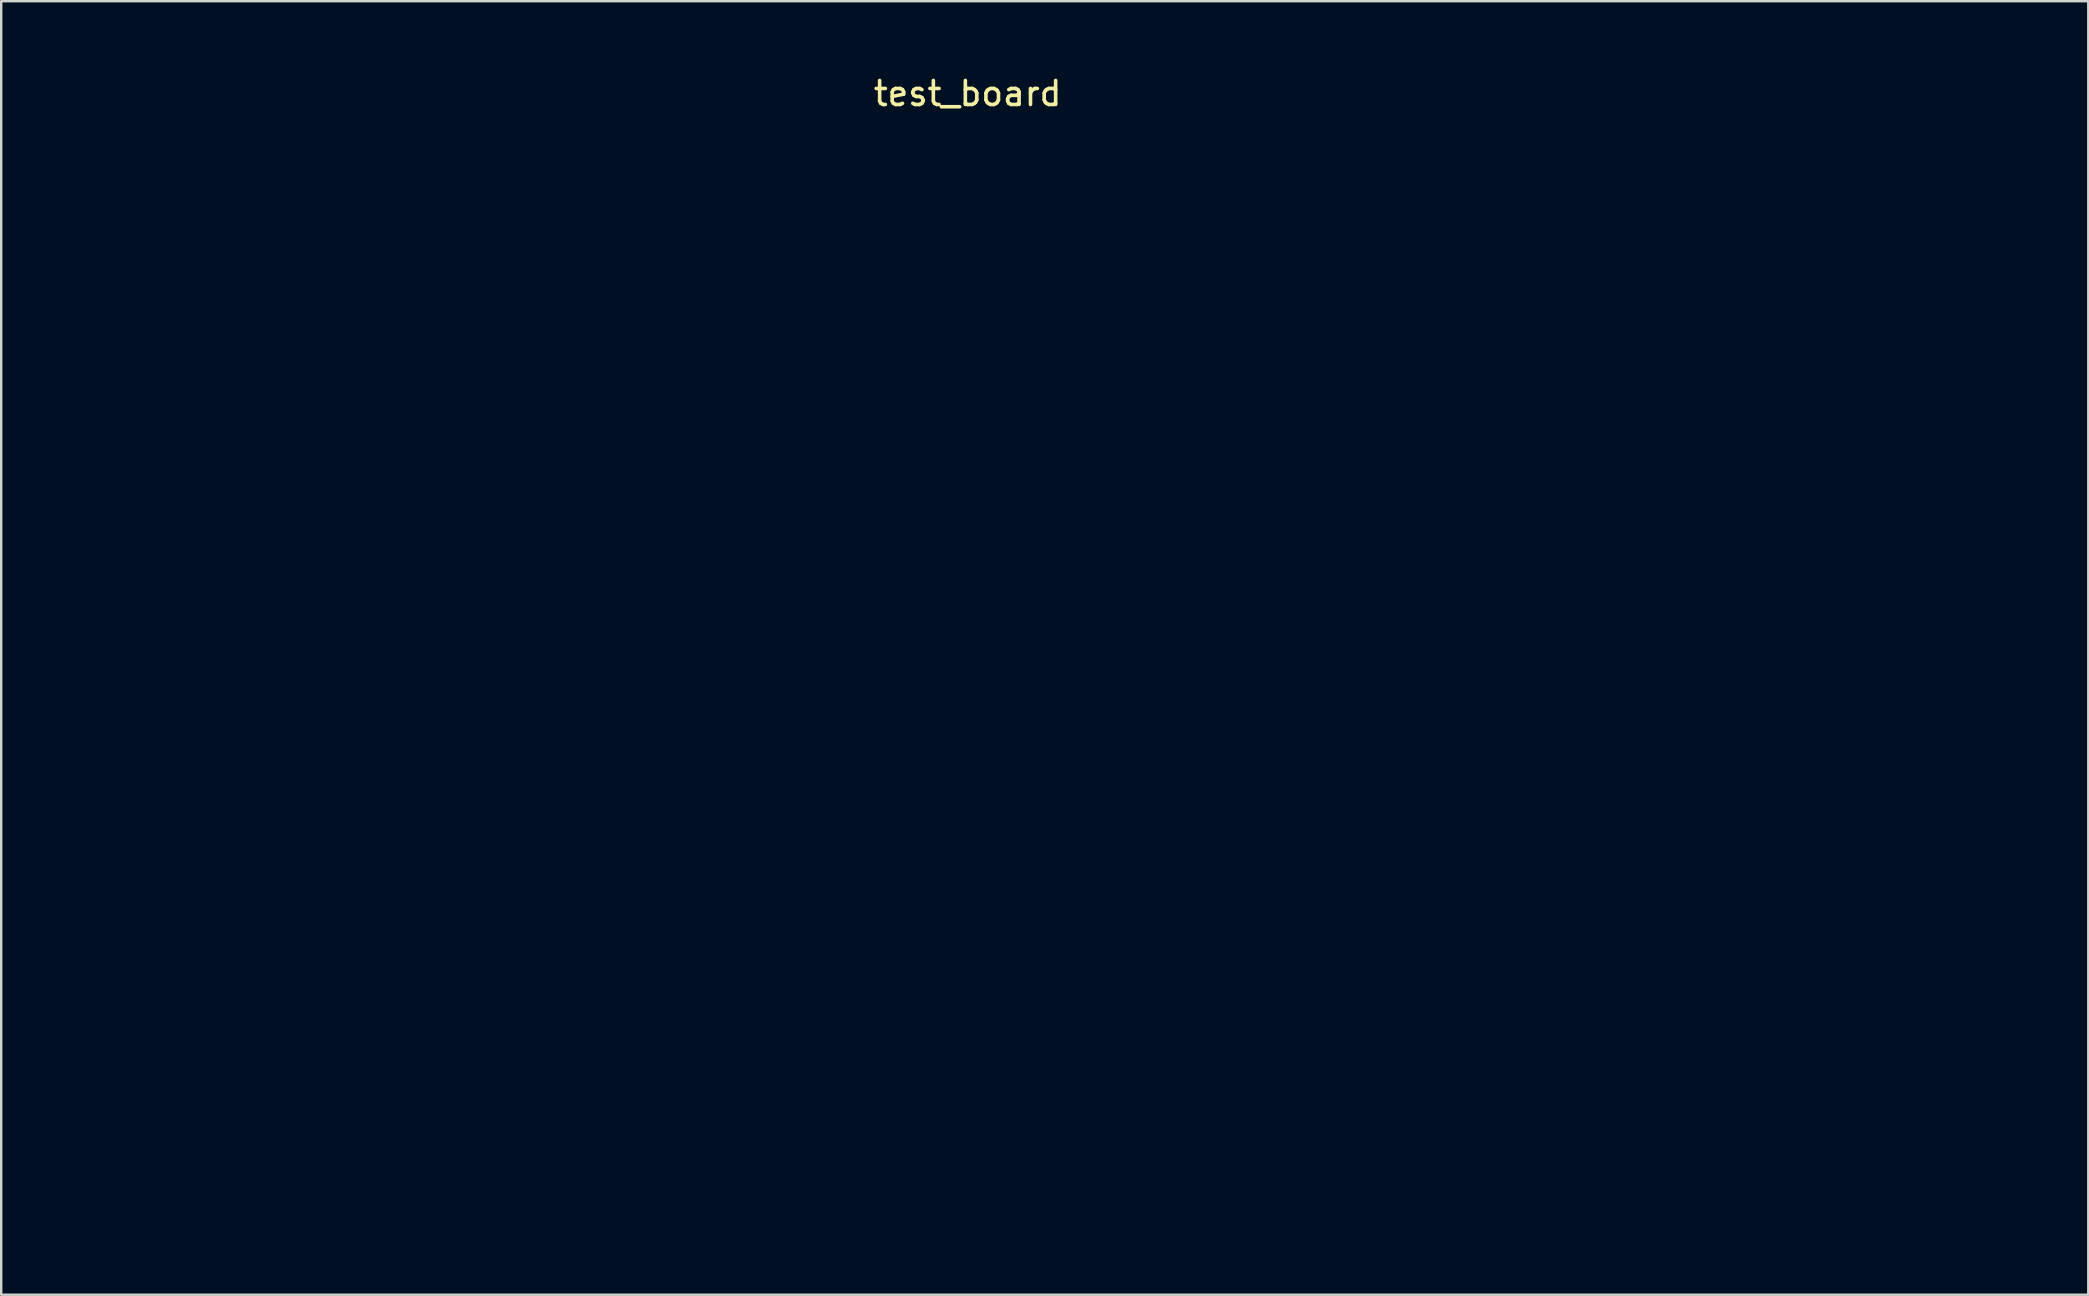
<source format=kicad_pcb>
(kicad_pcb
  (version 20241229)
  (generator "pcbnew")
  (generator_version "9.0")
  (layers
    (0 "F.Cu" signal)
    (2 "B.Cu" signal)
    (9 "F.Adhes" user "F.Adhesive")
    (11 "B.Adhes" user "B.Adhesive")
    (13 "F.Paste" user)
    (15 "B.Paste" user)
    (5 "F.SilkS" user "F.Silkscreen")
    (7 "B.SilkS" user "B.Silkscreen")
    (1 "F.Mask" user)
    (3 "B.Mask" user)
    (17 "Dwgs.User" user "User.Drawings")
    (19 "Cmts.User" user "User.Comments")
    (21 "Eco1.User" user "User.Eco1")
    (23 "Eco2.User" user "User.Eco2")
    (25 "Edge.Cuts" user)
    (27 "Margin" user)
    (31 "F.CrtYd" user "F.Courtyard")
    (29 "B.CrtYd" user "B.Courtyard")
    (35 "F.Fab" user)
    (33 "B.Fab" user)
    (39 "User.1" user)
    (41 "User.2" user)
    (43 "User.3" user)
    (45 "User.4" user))
  (footprint "test_board"
    (layer "F.Cu")
    (at 37.27 0.348)
    (property "Reference" "test_board" (at 0 0.5 0) (layer "F.SilkS") (effects (font (size 1 1) (thickness 0.15))))
    (attr through_hole)
    (fp_line (start -37.22 19.69) (end -37.22 22.19) (stroke (width 0.1) (type solid)) (layer "Eco2.User"))
    (fp_line (start -37.22 22.19) (end -33.72 22.19) (stroke (width 0.1) (type solid)) (layer "Eco2.User"))
    (fp_line (start -37.22 24.14) (end -37.22 26.64) (stroke (width 0.1) (type solid)) (layer "Eco2.User"))
    (fp_line (start -37.22 26.64) (end -33.72 26.64) (stroke (width 0.1) (type solid)) (layer "Eco2.User"))
    (fp_line (start -37.22 28.09) (end -37.22 30.59) (stroke (width 0.1) (type solid)) (layer "Eco2.User"))
    (fp_line (start -37.22 30.59) (end -35.97 30.59) (stroke (width 0.1) (type solid)) (layer "Eco2.User"))
    (fp_line (start -37.07 15.49) (end -37.07 17.99) (stroke (width 0.1) (type solid)) (layer "Eco2.User"))
    (fp_line (start -37.07 17.99) (end -33.57 17.99) (stroke (width 0.1) (type solid)) (layer "Eco2.User"))
    (fp_line (start -35.97 30.59) (end -35.97 38.142) (stroke (width 0.1) (type solid)) (layer "Eco2.User"))
    (fp_line (start -35.97 38.142) (end -35.966 38.164) (stroke (width 0.1) (type solid)) (layer "Eco2.User"))
    (fp_line (start -35.968 38.186) (end -35.96 38.216) (stroke (width 0.1) (type solid)) (layer "Eco2.User"))
    (fp_line (start -35.966 38.164) (end -35.968 38.186) (stroke (width 0.1) (type solid)) (layer "Eco2.User"))
    (fp_line (start -35.96 38.216) (end -35.96 41.28) (stroke (width 0.1) (type solid)) (layer "Eco2.User"))
    (fp_line (start -35.96 41.28) (end -35.952 41.323) (stroke (width 0.1) (type solid)) (layer "Eco2.User"))
    (fp_line (start -35.952 41.323) (end -35.952 41.367) (stroke (width 0.1) (type solid)) (layer "Eco2.User"))
    (fp_line (start -35.952 41.367) (end -35.937 41.408) (stroke (width 0.1) (type solid)) (layer "Eco2.User"))
    (fp_line (start -35.937 41.408) (end -35.93 41.451) (stroke (width 0.1) (type solid)) (layer "Eco2.User"))
    (fp_line (start -35.93 41.451) (end -35.908 41.489) (stroke (width 0.1) (type solid)) (layer "Eco2.User"))
    (fp_line (start -35.908 41.489) (end -35.893 41.53) (stroke (width 0.1) (type solid)) (layer "Eco2.User"))
    (fp_line (start -35.893 41.53) (end -35.865 41.563) (stroke (width 0.1) (type solid)) (layer "Eco2.User"))
    (fp_line (start -35.865 41.563) (end -35.843 41.601) (stroke (width 0.1) (type solid)) (layer "Eco2.User"))
    (fp_line (start -35.843 41.601) (end -35.81 41.63) (stroke (width 0.1) (type solid)) (layer "Eco2.User"))
    (fp_line (start -35.81 41.63) (end -35.781 41.663) (stroke (width 0.1) (type solid)) (layer "Eco2.User"))
    (fp_line (start -35.781 41.663) (end -35.744 41.685) (stroke (width 0.1) (type solid)) (layer "Eco2.User"))
    (fp_line (start -35.744 41.685) (end -35.71 41.713) (stroke (width 0.1) (type solid)) (layer "Eco2.User"))
    (fp_line (start -35.71 41.713) (end -35.669 41.728) (stroke (width 0.1) (type solid)) (layer "Eco2.User"))
    (fp_line (start -35.669 41.728) (end -35.631 41.75) (stroke (width 0.1) (type solid)) (layer "Eco2.User"))
    (fp_line (start -35.631 41.75) (end -35.588 41.757) (stroke (width 0.1) (type solid)) (layer "Eco2.User"))
    (fp_line (start -35.588 41.757) (end -35.547 41.772) (stroke (width 0.1) (type solid)) (layer "Eco2.User"))
    (fp_line (start -35.547 41.772) (end -35.503 41.772) (stroke (width 0.1) (type solid)) (layer "Eco2.User"))
    (fp_line (start -35.503 41.772) (end -35.46 41.78) (stroke (width 0.1) (type solid)) (layer "Eco2.User"))
    (fp_line (start -35.46 41.78) (end -32.06 41.78) (stroke (width 0.1) (type solid)) (layer "Eco2.User"))
    (fp_line (start -34.97 30.59) (end -33.72 30.59) (stroke (width 0.1) (type solid)) (layer "Eco2.User"))
    (fp_line (start -34.97 38.078) (end -34.97 30.59) (stroke (width 0.1) (type solid)) (layer "Eco2.User"))
    (fp_line (start -34.964 38.13) (end -34.962 38.108) (stroke (width 0.1) (type solid)) (layer "Eco2.User"))
    (fp_line (start -34.962 38.108) (end -34.97 38.078) (stroke (width 0.1) (type solid)) (layer "Eco2.User"))
    (fp_line (start -34.96 38.152) (end -34.964 38.13) (stroke (width 0.1) (type solid)) (layer "Eco2.User"))
    (fp_line (start -34.96 40.78) (end -34.96 38.152) (stroke (width 0.1) (type solid)) (layer "Eco2.User"))
    (fp_line (start -33.72 19.69) (end -37.22 19.69) (stroke (width 0.1) (type solid)) (layer "Eco2.User"))
    (fp_line (start -33.72 20.74) (end -33.72 19.69) (stroke (width 0.1) (type solid)) (layer "Eco2.User"))
    (fp_line (start -33.72 21.14) (end -29.27 21.14) (stroke (width 0.1) (type solid)) (layer "Eco2.User"))
    (fp_line (start -33.72 22.19) (end -33.72 21.14) (stroke (width 0.1) (type solid)) (layer "Eco2.User"))
    (fp_line (start -33.72 24.14) (end -37.22 24.14) (stroke (width 0.1) (type solid)) (layer "Eco2.User"))
    (fp_line (start -33.72 25.19) (end -33.72 24.14) (stroke (width 0.1) (type solid)) (layer "Eco2.User"))
    (fp_line (start -33.72 25.59) (end -29.32 25.59) (stroke (width 0.1) (type solid)) (layer "Eco2.User"))
    (fp_line (start -33.72 26.64) (end -33.72 25.59) (stroke (width 0.1) (type solid)) (layer "Eco2.User"))
    (fp_line (start -33.72 28.09) (end -37.22 28.09) (stroke (width 0.1) (type solid)) (layer "Eco2.User"))
    (fp_line (start -33.72 30.59) (end -33.72 28.09) (stroke (width 0.1) (type solid)) (layer "Eco2.User"))
    (fp_line (start -33.57 15.49) (end -37.07 15.49) (stroke (width 0.1) (type solid)) (layer "Eco2.User"))
    (fp_line (start -33.57 16.54) (end -33.57 15.49) (stroke (width 0.1) (type solid)) (layer "Eco2.User"))
    (fp_line (start -33.57 16.94) (end -33.17 16.94) (stroke (width 0.1) (type solid)) (layer "Eco2.User"))
    (fp_line (start -33.57 17.99) (end -33.57 16.94) (stroke (width 0.1) (type solid)) (layer "Eco2.User"))
    (fp_line (start -33.17 16.54) (end -33.57 16.54) (stroke (width 0.1) (type solid)) (layer "Eco2.User"))
    (fp_line (start -33.17 16.94) (end -29.08 16.94) (stroke (width 0.1) (type solid)) (layer "Eco2.User"))
    (fp_line (start -32.392 39.672) (end -32.374 39.739) (stroke (width 0.1) (type solid)) (layer "Eco2.User"))
    (fp_line (start -32.386 39.603) (end -32.392 39.672) (stroke (width 0.1) (type solid)) (layer "Eco2.User"))
    (fp_line (start -32.374 39.739) (end -32.334 39.796) (stroke (width 0.1) (type solid)) (layer "Eco2.User"))
    (fp_line (start -32.356 39.54) (end -32.386 39.603) (stroke (width 0.1) (type solid)) (layer "Eco2.User"))
    (fp_line (start -32.334 39.796) (end -32.322 39.807) (stroke (width 0.1) (type solid)) (layer "Eco2.User"))
    (fp_line (start -32.322 39.807) (end -32.315 39.812) (stroke (width 0.1) (type solid)) (layer "Eco2.User"))
    (fp_line (start -32.315 39.812) (end -32.309 39.819) (stroke (width 0.1) (type solid)) (layer "Eco2.User"))
    (fp_line (start -32.309 39.819) (end -32.287 39.832) (stroke (width 0.1) (type solid)) (layer "Eco2.User"))
    (fp_line (start -32.307 39.491) (end -32.356 39.54) (stroke (width 0.1) (type solid)) (layer "Eco2.User"))
    (fp_line (start -32.287 39.832) (end -32.265 39.847) (stroke (width 0.1) (type solid)) (layer "Eco2.User"))
    (fp_line (start -32.265 39.847) (end -32.257 39.849) (stroke (width 0.1) (type solid)) (layer "Eco2.User"))
    (fp_line (start -32.26 40.435) (end -32.26 40.78) (stroke (width 0.1) (type solid)) (layer "Eco2.User"))
    (fp_line (start -32.26 40.78) (end -34.96 40.78) (stroke (width 0.1) (type solid)) (layer "Eco2.User"))
    (fp_line (start -32.259 40.418) (end -32.258 40.426) (stroke (width 0.1) (type solid)) (layer "Eco2.User"))
    (fp_line (start -32.258 40.426) (end -32.26 40.435) (stroke (width 0.1) (type solid)) (layer "Eco2.User"))
    (fp_line (start -32.257 39.849) (end -32.255 39.851) (stroke (width 0.1) (type solid)) (layer "Eco2.User"))
    (fp_line (start -32.255 37.479) (end -32.255 38.405) (stroke (width 0.1) (type solid)) (layer "Eco2.User"))
    (fp_line (start -32.255 38.405) (end -32.255 38.68) (stroke (width 0.1) (type solid)) (layer "Eco2.User"))
    (fp_line (start -32.255 38.68) (end -31.855 38.68) (stroke (width 0.1) (type solid)) (layer "Eco2.User"))
    (fp_line (start -32.255 39.851) (end -32.255 40.03) (stroke (width 0.1) (type solid)) (layer "Eco2.User"))
    (fp_line (start -32.255 40.03) (end -32.255 40.402) (stroke (width 0.1) (type solid)) (layer "Eco2.User"))
    (fp_line (start -32.255 40.402) (end -32.259 40.418) (stroke (width 0.1) (type solid)) (layer "Eco2.User"))
    (fp_line (start -32.254 37.461) (end -32.253 37.47) (stroke (width 0.1) (type solid)) (layer "Eco2.User"))
    (fp_line (start -32.253 37.47) (end -32.255 37.479) (stroke (width 0.1) (type solid)) (layer "Eco2.User"))
    (fp_line (start -32.247 37.436) (end -32.254 37.461) (stroke (width 0.1) (type solid)) (layer "Eco2.User"))
    (fp_line (start -32.244 39.461) (end -32.307 39.491) (stroke (width 0.1) (type solid)) (layer "Eco2.User"))
    (fp_line (start -32.243 37.41) (end -32.247 37.436) (stroke (width 0.1) (type solid)) (layer "Eco2.User"))
    (fp_line (start -32.239 37.403) (end -32.243 37.41) (stroke (width 0.1) (type solid)) (layer "Eco2.User"))
    (fp_line (start -32.236 37.394) (end -32.239 37.403) (stroke (width 0.1) (type solid)) (layer "Eco2.User"))
    (fp_line (start -32.221 37.373) (end -32.236 37.394) (stroke (width 0.1) (type solid)) (layer "Eco2.User"))
    (fp_line (start -32.208 37.35) (end -32.221 37.373) (stroke (width 0.1) (type solid)) (layer "Eco2.User"))
    (fp_line (start -32.201 37.345) (end -32.208 37.35) (stroke (width 0.1) (type solid)) (layer "Eco2.User"))
    (fp_line (start -32.196 37.337) (end -32.201 37.345) (stroke (width 0.1) (type solid)) (layer "Eco2.User"))
    (fp_line (start -32.175 39.455) (end -32.244 39.461) (stroke (width 0.1) (type solid)) (layer "Eco2.User"))
    (fp_line (start -32.135 39.466) (end -32.175 39.455) (stroke (width 0.1) (type solid)) (layer "Eco2.User"))
    (fp_line (start -32.06 41.78) (end -31.33 41.78) (stroke (width 0.1) (type solid)) (layer "Eco2.User"))
    (fp_line (start -31.86 40.463) (end -31.856 40.447) (stroke (width 0.1) (type solid)) (layer "Eco2.User"))
    (fp_line (start -31.86 40.78) (end -31.86 40.463) (stroke (width 0.1) (type solid)) (layer "Eco2.User"))
    (fp_line (start -31.857 40.439) (end -31.855 40.43) (stroke (width 0.1) (type solid)) (layer "Eco2.User"))
    (fp_line (start -31.856 40.447) (end -31.857 40.439) (stroke (width 0.1) (type solid)) (layer "Eco2.User"))
    (fp_line (start -31.855 37.562) (end -25.818 31.525) (stroke (width 0.1) (type solid)) (layer "Eco2.User"))
    (fp_line (start -31.855 38.13) (end -31.855 37.562) (stroke (width 0.1) (type solid)) (layer "Eco2.User"))
    (fp_line (start -31.855 38.68) (end -31.855 38.13) (stroke (width 0.1) (type solid)) (layer "Eco2.User"))
    (fp_line (start -31.855 39.866) (end -31.58 39.866) (stroke (width 0.1) (type solid)) (layer "Eco2.User"))
    (fp_line (start -31.855 40.03) (end -31.855 39.866) (stroke (width 0.1) (type solid)) (layer "Eco2.User"))
    (fp_line (start -31.855 40.43) (end -31.855 40.03) (stroke (width 0.1) (type solid)) (layer "Eco2.User"))
    (fp_line (start -31.58 37.98) (end -31.58 38.68) (stroke (width 0.1) (type solid)) (layer "Eco2.User"))
    (fp_line (start -31.58 38.68) (end -31.08 38.68) (stroke (width 0.1) (type solid)) (layer "Eco2.User"))
    (fp_line (start -31.58 39.866) (end -31.58 40.18) (stroke (width 0.1) (type solid)) (layer "Eco2.User"))
    (fp_line (start -31.58 40.18) (end -31.53 40.18) (stroke (width 0.1) (type solid)) (layer "Eco2.User"))
    (fp_line (start -31.53 37.607) (end -31.53 37.98) (stroke (width 0.1) (type solid)) (layer "Eco2.User"))
    (fp_line (start -31.53 37.98) (end -31.58 37.98) (stroke (width 0.1) (type solid)) (layer "Eco2.User"))
    (fp_line (start -31.53 40.18) (end -31.53 40.58) (stroke (width 0.1) (type solid)) (layer "Eco2.User"))
    (fp_line (start -31.53 40.58) (end -31.53 40.78) (stroke (width 0.1) (type solid)) (layer "Eco2.User"))
    (fp_line (start -31.53 40.78) (end -31.86 40.78) (stroke (width 0.1) (type solid)) (layer "Eco2.User"))
    (fp_line (start -31.529 37.59) (end -31.528 37.598) (stroke (width 0.1) (type solid)) (layer "Eco2.User"))
    (fp_line (start -31.528 37.598) (end -31.53 37.607) (stroke (width 0.1) (type solid)) (layer "Eco2.User"))
    (fp_line (start -31.522 37.564) (end -31.529 37.59) (stroke (width 0.1) (type solid)) (layer "Eco2.User"))
    (fp_line (start -31.518 37.538) (end -31.522 37.564) (stroke (width 0.1) (type solid)) (layer "Eco2.User"))
    (fp_line (start -31.514 37.531) (end -31.518 37.538) (stroke (width 0.1) (type solid)) (layer "Eco2.User"))
    (fp_line (start -31.511 37.522) (end -31.514 37.531) (stroke (width 0.1) (type solid)) (layer "Eco2.User"))
    (fp_line (start -31.496 37.501) (end -31.511 37.522) (stroke (width 0.1) (type solid)) (layer "Eco2.User"))
    (fp_line (start -31.483 37.478) (end -31.496 37.501) (stroke (width 0.1) (type solid)) (layer "Eco2.User"))
    (fp_line (start -31.476 37.473) (end -31.483 37.478) (stroke (width 0.1) (type solid)) (layer "Eco2.User"))
    (fp_line (start -31.471 37.465) (end -31.476 37.473) (stroke (width 0.1) (type solid)) (layer "Eco2.User"))
    (fp_line (start -31.442 39.466) (end -32.135 39.466) (stroke (width 0.1) (type solid)) (layer "Eco2.User"))
    (fp_line (start -31.374 39.478) (end -31.442 39.466) (stroke (width 0.1) (type solid)) (layer "Eco2.User"))
    (fp_line (start -31.37 39.48) (end -31.374 39.478) (stroke (width 0.1) (type solid)) (layer "Eco2.User"))
    (fp_line (start -31.33 41.78) (end -30.6 41.78) (stroke (width 0.1) (type solid)) (layer "Eco2.User"))
    (fp_line (start -31.13 37.69) (end -25.69 32.25) (stroke (width 0.1) (type solid)) (layer "Eco2.User"))
    (fp_line (start -31.13 37.98) (end -31.13 37.69) (stroke (width 0.1) (type solid)) (layer "Eco2.User"))
    (fp_line (start -31.13 40.18) (end -31.08 40.18) (stroke (width 0.1) (type solid)) (layer "Eco2.User"))
    (fp_line (start -31.13 40.58) (end -31.13 40.18) (stroke (width 0.1) (type solid)) (layer "Eco2.User"))
    (fp_line (start -31.13 40.78) (end -31.13 40.58) (stroke (width 0.1) (type solid)) (layer "Eco2.User"))
    (fp_line (start -31.08 37.98) (end -31.13 37.98) (stroke (width 0.1) (type solid)) (layer "Eco2.User"))
    (fp_line (start -31.08 38.68) (end -31.08 37.98) (stroke (width 0.1) (type solid)) (layer "Eco2.User"))
    (fp_line (start -31.08 39.48) (end -31.37 39.48) (stroke (width 0.1) (type solid)) (layer "Eco2.User"))
    (fp_line (start -31.08 40.18) (end -31.08 39.48) (stroke (width 0.1) (type solid)) (layer "Eco2.User"))
    (fp_line (start -30.805 37.735) (end -30.805 38.405) (stroke (width 0.1) (type solid)) (layer "Eco2.User"))
    (fp_line (start -30.805 38.405) (end -30.805 38.68) (stroke (width 0.1) (type solid)) (layer "Eco2.User"))
    (fp_line (start -30.805 38.68) (end -30.405 38.68) (stroke (width 0.1) (type solid)) (layer "Eco2.User"))
    (fp_line (start -30.805 39.48) (end -30.805 40.03) (stroke (width 0.1) (type solid)) (layer "Eco2.User"))
    (fp_line (start -30.805 40.03) (end -30.805 40.43) (stroke (width 0.1) (type solid)) (layer "Eco2.User"))
    (fp_line (start -30.805 40.43) (end -30.803 40.439) (stroke (width 0.1) (type solid)) (layer "Eco2.User"))
    (fp_line (start -30.804 37.718) (end -30.803 37.726) (stroke (width 0.1) (type solid)) (layer "Eco2.User"))
    (fp_line (start -30.804 40.447) (end -30.8 40.463) (stroke (width 0.1) (type solid)) (layer "Eco2.User"))
    (fp_line (start -30.803 37.726) (end -30.805 37.735) (stroke (width 0.1) (type solid)) (layer "Eco2.User"))
    (fp_line (start -30.803 40.439) (end -30.804 40.447) (stroke (width 0.1) (type solid)) (layer "Eco2.User"))
    (fp_line (start -30.8 40.463) (end -30.8 40.78) (stroke (width 0.1) (type solid)) (layer "Eco2.User"))
    (fp_line (start -30.8 40.78) (end -31.13 40.78) (stroke (width 0.1) (type solid)) (layer "Eco2.User"))
    (fp_line (start -30.797 37.692) (end -30.804 37.718) (stroke (width 0.1) (type solid)) (layer "Eco2.User"))
    (fp_line (start -30.793 37.667) (end -30.797 37.692) (stroke (width 0.1) (type solid)) (layer "Eco2.User"))
    (fp_line (start -30.789 37.659) (end -30.793 37.667) (stroke (width 0.1) (type solid)) (layer "Eco2.User"))
    (fp_line (start -30.786 37.651) (end -30.789 37.659) (stroke (width 0.1) (type solid)) (layer "Eco2.User"))
    (fp_line (start -30.771 37.629) (end -30.786 37.651) (stroke (width 0.1) (type solid)) (layer "Eco2.User"))
    (fp_line (start -30.758 37.606) (end -30.771 37.629) (stroke (width 0.1) (type solid)) (layer "Eco2.User"))
    (fp_line (start -30.751 37.601) (end -30.758 37.606) (stroke (width 0.1) (type solid)) (layer "Eco2.User"))
    (fp_line (start -30.746 37.594) (end -30.751 37.601) (stroke (width 0.1) (type solid)) (layer "Eco2.User"))
    (fp_line (start -30.6 41.78) (end -24.38 41.78) (stroke (width 0.1) (type solid)) (layer "Eco2.User"))
    (fp_line (start -30.405 37.818) (end -25.562 32.975) (stroke (width 0.1) (type solid)) (layer "Eco2.User"))
    (fp_line (start -30.405 38.13) (end -30.405 37.818) (stroke (width 0.1) (type solid)) (layer "Eco2.User"))
    (fp_line (start -30.405 38.68) (end -30.405 38.13) (stroke (width 0.1) (type solid)) (layer "Eco2.User"))
    (fp_line (start -30.405 39.48) (end -30.805 39.48) (stroke (width 0.1) (type solid)) (layer "Eco2.User"))
    (fp_line (start -30.405 40.03) (end -30.405 39.48) (stroke (width 0.1) (type solid)) (layer "Eco2.User"))
    (fp_line (start -30.405 40.402) (end -30.405 40.03) (stroke (width 0.1) (type solid)) (layer "Eco2.User"))
    (fp_line (start -30.402 40.426) (end -30.401 40.418) (stroke (width 0.1) (type solid)) (layer "Eco2.User"))
    (fp_line (start -30.401 40.418) (end -30.405 40.402) (stroke (width 0.1) (type solid)) (layer "Eco2.User"))
    (fp_line (start -30.4 40.435) (end -30.402 40.426) (stroke (width 0.1) (type solid)) (layer "Eco2.User"))
    (fp_line (start -30.4 40.78) (end -30.4 40.435) (stroke (width 0.1) (type solid)) (layer "Eco2.User"))
    (fp_line (start -29.32 24.36) (end -29.32 25.19) (stroke (width 0.1) (type solid)) (layer "Eco2.User"))
    (fp_line (start -29.32 25.19) (end -33.72 25.19) (stroke (width 0.1) (type solid)) (layer "Eco2.User"))
    (fp_line (start -29.32 25.59) (end -29.32 26.06) (stroke (width 0.1) (type solid)) (layer "Eco2.User"))
    (fp_line (start -29.32 26.06) (end -28.42 26.06) (stroke (width 0.1) (type solid)) (layer "Eco2.User"))
    (fp_line (start -29.27 20.05) (end -29.27 20.74) (stroke (width 0.1) (type solid)) (layer "Eco2.User"))
    (fp_line (start -29.27 20.74) (end -33.72 20.74) (stroke (width 0.1) (type solid)) (layer "Eco2.User"))
    (fp_line (start -29.27 21.14) (end -29.27 21.75) (stroke (width 0.1) (type solid)) (layer "Eco2.User"))
    (fp_line (start -29.27 21.75) (end -28.37 21.75) (stroke (width 0.1) (type solid)) (layer "Eco2.User"))
    (fp_line (start -29.08 15.89) (end -29.08 16.54) (stroke (width 0.1) (type solid)) (layer "Eco2.User"))
    (fp_line (start -29.08 16.54) (end -33.17 16.54) (stroke (width 0.1) (type solid)) (layer "Eco2.User"))
    (fp_line (start -29.08 16.94) (end -29.08 17.59) (stroke (width 0.1) (type solid)) (layer "Eco2.User"))
    (fp_line (start -29.08 17.59) (end -28.18 17.59) (stroke (width 0.1) (type solid)) (layer "Eco2.User"))
    (fp_line (start -29.07 23.96) (end -29.07 24.36) (stroke (width 0.1) (type solid)) (layer "Eco2.User"))
    (fp_line (start -29.07 24.36) (end -29.32 24.36) (stroke (width 0.1) (type solid)) (layer "Eco2.User"))
    (fp_line (start -29.069 23.943) (end -29.068 23.951) (stroke (width 0.1) (type solid)) (layer "Eco2.User"))
    (fp_line (start -29.068 23.951) (end -29.07 23.96) (stroke (width 0.1) (type solid)) (layer "Eco2.User"))
    (fp_line (start -29.062 23.917) (end -29.069 23.943) (stroke (width 0.1) (type solid)) (layer "Eco2.User"))
    (fp_line (start -29.058 23.892) (end -29.062 23.917) (stroke (width 0.1) (type solid)) (layer "Eco2.User"))
    (fp_line (start -29.054 23.884) (end -29.058 23.892) (stroke (width 0.1) (type solid)) (layer "Eco2.User"))
    (fp_line (start -29.051 23.875) (end -29.054 23.884) (stroke (width 0.1) (type solid)) (layer "Eco2.User"))
    (fp_line (start -29.036 23.854) (end -29.051 23.875) (stroke (width 0.1) (type solid)) (layer "Eco2.User"))
    (fp_line (start -29.023 23.831) (end -29.036 23.854) (stroke (width 0.1) (type solid)) (layer "Eco2.User"))
    (fp_line (start -29.02 19.65) (end -29.02 20.05) (stroke (width 0.1) (type solid)) (layer "Eco2.User"))
    (fp_line (start -29.02 20.05) (end -29.27 20.05) (stroke (width 0.1) (type solid)) (layer "Eco2.User"))
    (fp_line (start -29.019 19.633) (end -29.018 19.641) (stroke (width 0.1) (type solid)) (layer "Eco2.User"))
    (fp_line (start -29.018 19.641) (end -29.02 19.65) (stroke (width 0.1) (type solid)) (layer "Eco2.User"))
    (fp_line (start -29.016 23.826) (end -29.023 23.831) (stroke (width 0.1) (type solid)) (layer "Eco2.User"))
    (fp_line (start -29.012 19.607) (end -29.019 19.633) (stroke (width 0.1) (type solid)) (layer "Eco2.User"))
    (fp_line (start -29.011 23.819) (end -29.016 23.826) (stroke (width 0.1) (type solid)) (layer "Eco2.User"))
    (fp_line (start -29.008 19.582) (end -29.012 19.607) (stroke (width 0.1) (type solid)) (layer "Eco2.User"))
    (fp_line (start -29.004 19.574) (end -29.008 19.582) (stroke (width 0.1) (type solid)) (layer "Eco2.User"))
    (fp_line (start -29.001 19.565) (end -29.004 19.574) (stroke (width 0.1) (type solid)) (layer "Eco2.User"))
    (fp_line (start -28.986 19.544) (end -29.001 19.565) (stroke (width 0.1) (type solid)) (layer "Eco2.User"))
    (fp_line (start -28.973 19.521) (end -28.986 19.544) (stroke (width 0.1) (type solid)) (layer "Eco2.User"))
    (fp_line (start -28.966 19.516) (end -28.973 19.521) (stroke (width 0.1) (type solid)) (layer "Eco2.User"))
    (fp_line (start -28.961 19.509) (end -28.966 19.516) (stroke (width 0.1) (type solid)) (layer "Eco2.User"))
    (fp_line (start -28.83 15.49) (end -28.83 15.89) (stroke (width 0.1) (type solid)) (layer "Eco2.User"))
    (fp_line (start -28.83 15.89) (end -29.08 15.89) (stroke (width 0.1) (type solid)) (layer "Eco2.User"))
    (fp_line (start -28.829 15.473) (end -28.828 15.481) (stroke (width 0.1) (type solid)) (layer "Eco2.User"))
    (fp_line (start -28.828 15.481) (end -28.83 15.49) (stroke (width 0.1) (type solid)) (layer "Eco2.User"))
    (fp_line (start -28.822 15.447) (end -28.829 15.473) (stroke (width 0.1) (type solid)) (layer "Eco2.User"))
    (fp_line (start -28.818 15.422) (end -28.822 15.447) (stroke (width 0.1) (type solid)) (layer "Eco2.User"))
    (fp_line (start -28.814 15.414) (end -28.818 15.422) (stroke (width 0.1) (type solid)) (layer "Eco2.User"))
    (fp_line (start -28.811 15.405) (end -28.814 15.414) (stroke (width 0.1) (type solid)) (layer "Eco2.User"))
    (fp_line (start -28.796 15.384) (end -28.811 15.405) (stroke (width 0.1) (type solid)) (layer "Eco2.User"))
    (fp_line (start -28.783 15.361) (end -28.796 15.384) (stroke (width 0.1) (type solid)) (layer "Eco2.User"))
    (fp_line (start -28.776 15.356) (end -28.783 15.361) (stroke (width 0.1) (type solid)) (layer "Eco2.User"))
    (fp_line (start -28.771 15.349) (end -28.776 15.356) (stroke (width 0.1) (type solid)) (layer "Eco2.User"))
    (fp_line (start -28.67 24.043) (end -26.749 22.121) (stroke (width 0.1) (type solid)) (layer "Eco2.User"))
    (fp_line (start -28.67 24.36) (end -28.67 24.043) (stroke (width 0.1) (type solid)) (layer "Eco2.User"))
    (fp_line (start -28.62 19.733) (end -27.352 18.465) (stroke (width 0.1) (type solid)) (layer "Eco2.User"))
    (fp_line (start -28.62 20.05) (end -28.62 19.733) (stroke (width 0.1) (type solid)) (layer "Eco2.User"))
    (fp_line (start -28.43 15.573) (end -26.441 13.584) (stroke (width 0.1) (type solid)) (layer "Eco2.User"))
    (fp_line (start -28.43 15.89) (end -28.43 15.573) (stroke (width 0.1) (type solid)) (layer "Eco2.User"))
    (fp_line (start -28.42 24.36) (end -28.67 24.36) (stroke (width 0.1) (type solid)) (layer "Eco2.User"))
    (fp_line (start -28.42 26.06) (end -28.42 24.36) (stroke (width 0.1) (type solid)) (layer "Eco2.User"))
    (fp_line (start -28.37 20.05) (end -28.62 20.05) (stroke (width 0.1) (type solid)) (layer "Eco2.User"))
    (fp_line (start -28.37 21.75) (end -28.37 20.05) (stroke (width 0.1) (type solid)) (layer "Eco2.User"))
    (fp_line (start -28.18 15.89) (end -28.43 15.89) (stroke (width 0.1) (type solid)) (layer "Eco2.User"))
    (fp_line (start -28.18 17.59) (end -28.18 15.89) (stroke (width 0.1) (type solid)) (layer "Eco2.User"))
    (fp_line (start -27.693 15.773) (end -27.693 18.24) (stroke (width 0.1) (type solid)) (layer "Eco2.User"))
    (fp_line (start -27.693 18.24) (end -28.961 19.509) (stroke (width 0.1) (type solid)) (layer "Eco2.User"))
    (fp_line (start -27.692 15.756) (end -27.692 15.765) (stroke (width 0.1) (type solid)) (layer "Eco2.User"))
    (fp_line (start -27.692 15.765) (end -27.693 15.773) (stroke (width 0.1) (type solid)) (layer "Eco2.User"))
    (fp_line (start -27.686 15.731) (end -27.692 15.756) (stroke (width 0.1) (type solid)) (layer "Eco2.User"))
    (fp_line (start -27.681 15.705) (end -27.686 15.731) (stroke (width 0.1) (type solid)) (layer "Eco2.User"))
    (fp_line (start -27.677 15.697) (end -27.681 15.705) (stroke (width 0.1) (type solid)) (layer "Eco2.User"))
    (fp_line (start -27.674 15.689) (end -27.677 15.697) (stroke (width 0.1) (type solid)) (layer "Eco2.User"))
    (fp_line (start -27.659 15.667) (end -27.674 15.689) (stroke (width 0.1) (type solid)) (layer "Eco2.User"))
    (fp_line (start -27.646 15.645) (end -27.659 15.667) (stroke (width 0.1) (type solid)) (layer "Eco2.User"))
    (fp_line (start -27.64 15.639) (end -27.646 15.645) (stroke (width 0.1) (type solid)) (layer "Eco2.User"))
    (fp_line (start -27.635 15.632) (end -27.64 15.639) (stroke (width 0.1) (type solid)) (layer "Eco2.User"))
    (fp_line (start -27.352 18.465) (end -27.347 18.457) (stroke (width 0.1) (type solid)) (layer "Eco2.User"))
    (fp_line (start -27.347 18.457) (end -27.34 18.452) (stroke (width 0.1) (type solid)) (layer "Eco2.User"))
    (fp_line (start -27.34 18.452) (end -27.327 18.429) (stroke (width 0.1) (type solid)) (layer "Eco2.User"))
    (fp_line (start -27.327 18.429) (end -27.312 18.408) (stroke (width 0.1) (type solid)) (layer "Eco2.User"))
    (fp_line (start -27.312 18.408) (end -27.31 18.399) (stroke (width 0.1) (type solid)) (layer "Eco2.User"))
    (fp_line (start -27.31 18.399) (end -27.305 18.392) (stroke (width 0.1) (type solid)) (layer "Eco2.User"))
    (fp_line (start -27.305 18.392) (end -27.301 18.366) (stroke (width 0.1) (type solid)) (layer "Eco2.User"))
    (fp_line (start -27.301 18.366) (end -27.294 18.341) (stroke (width 0.1) (type solid)) (layer "Eco2.User"))
    (fp_line (start -27.295 18.332) (end -27.293 18.323) (stroke (width 0.1) (type solid)) (layer "Eco2.User"))
    (fp_line (start -27.294 18.341) (end -27.295 18.332) (stroke (width 0.1) (type solid)) (layer "Eco2.User"))
    (fp_line (start -27.293 15.856) (end -25.624 14.187) (stroke (width 0.1) (type solid)) (layer "Eco2.User"))
    (fp_line (start -27.293 18.323) (end -27.293 15.856) (stroke (width 0.1) (type solid)) (layer "Eco2.User"))
    (fp_line (start -27.09 16.023) (end -27.09 21.897) (stroke (width 0.1) (type solid)) (layer "Eco2.User"))
    (fp_line (start -27.09 21.897) (end -29.011 23.819) (stroke (width 0.1) (type solid)) (layer "Eco2.User"))
    (fp_line (start -27.089 16.006) (end -27.088 16.015) (stroke (width 0.1) (type solid)) (layer "Eco2.User"))
    (fp_line (start -27.088 16.015) (end -27.09 16.023) (stroke (width 0.1) (type solid)) (layer "Eco2.User"))
    (fp_line (start -27.082 15.981) (end -27.089 16.006) (stroke (width 0.1) (type solid)) (layer "Eco2.User"))
    (fp_line (start -27.078 15.955) (end -27.082 15.981) (stroke (width 0.1) (type solid)) (layer "Eco2.User"))
    (fp_line (start -27.074 15.947) (end -27.078 15.955) (stroke (width 0.1) (type solid)) (layer "Eco2.User"))
    (fp_line (start -27.071 15.939) (end -27.074 15.947) (stroke (width 0.1) (type solid)) (layer "Eco2.User"))
    (fp_line (start -27.056 15.917) (end -27.071 15.939) (stroke (width 0.1) (type solid)) (layer "Eco2.User"))
    (fp_line (start -27.043 15.895) (end -27.056 15.917) (stroke (width 0.1) (type solid)) (layer "Eco2.User"))
    (fp_line (start -27.036 15.889) (end -27.043 15.895) (stroke (width 0.1) (type solid)) (layer "Eco2.User"))
    (fp_line (start -27.031 15.882) (end -27.036 15.889) (stroke (width 0.1) (type solid)) (layer "Eco2.User"))
    (fp_line (start -26.749 22.121) (end -26.744 22.114) (stroke (width 0.1) (type solid)) (layer "Eco2.User"))
    (fp_line (start -26.744 22.114) (end -26.737 22.109) (stroke (width 0.1) (type solid)) (layer "Eco2.User"))
    (fp_line (start -26.737 22.109) (end -26.724 22.086) (stroke (width 0.1) (type solid)) (layer "Eco2.User"))
    (fp_line (start -26.724 22.086) (end -26.709 22.065) (stroke (width 0.1) (type solid)) (layer "Eco2.User"))
    (fp_line (start -26.709 22.065) (end -26.706 22.056) (stroke (width 0.1) (type solid)) (layer "Eco2.User"))
    (fp_line (start -26.706 22.056) (end -26.702 22.048) (stroke (width 0.1) (type solid)) (layer "Eco2.User"))
    (fp_line (start -26.702 22.048) (end -26.698 22.023) (stroke (width 0.1) (type solid)) (layer "Eco2.User"))
    (fp_line (start -26.698 22.023) (end -26.691 21.997) (stroke (width 0.1) (type solid)) (layer "Eco2.User"))
    (fp_line (start -26.692 21.989) (end -26.69 21.98) (stroke (width 0.1) (type solid)) (layer "Eco2.User"))
    (fp_line (start -26.691 21.997) (end -26.692 21.989) (stroke (width 0.1) (type solid)) (layer "Eco2.User"))
    (fp_line (start -26.69 16.106) (end -26.271 15.687) (stroke (width 0.1) (type solid)) (layer "Eco2.User"))
    (fp_line (start -26.69 21.98) (end -26.69 16.106) (stroke (width 0.1) (type solid)) (layer "Eco2.User"))
    (fp_line (start -26.665 13.243) (end -28.771 15.349) (stroke (width 0.1) (type solid)) (layer "Eco2.User"))
    (fp_line (start -26.658 13.237) (end -26.665 13.243) (stroke (width 0.1) (type solid)) (layer "Eco2.User"))
    (fp_line (start -26.653 13.231) (end -26.658 13.237) (stroke (width 0.1) (type solid)) (layer "Eco2.User"))
    (fp_line (start -26.63 13.218) (end -26.653 13.231) (stroke (width 0.1) (type solid)) (layer "Eco2.User"))
    (fp_line (start -26.608 13.203) (end -26.63 13.218) (stroke (width 0.1) (type solid)) (layer "Eco2.User"))
    (fp_line (start -26.6 13.2) (end -26.608 13.203) (stroke (width 0.1) (type solid)) (layer "Eco2.User"))
    (fp_line (start -26.592 13.196) (end -26.6 13.2) (stroke (width 0.1) (type solid)) (layer "Eco2.User"))
    (fp_line (start -26.567 13.191) (end -26.592 13.196) (stroke (width 0.1) (type solid)) (layer "Eco2.User"))
    (fp_line (start -26.541 13.185) (end -26.567 13.191) (stroke (width 0.1) (type solid)) (layer "Eco2.User"))
    (fp_line (start -26.533 13.185) (end -26.541 13.185) (stroke (width 0.1) (type solid)) (layer "Eco2.User"))
    (fp_line (start -26.524 13.184) (end -26.533 13.185) (stroke (width 0.1) (type solid)) (layer "Eco2.User"))
    (fp_line (start -26.495 15.345) (end -27.031 15.882) (stroke (width 0.1) (type solid)) (layer "Eco2.User"))
    (fp_line (start -26.488 15.34) (end -26.495 15.345) (stroke (width 0.1) (type solid)) (layer "Eco2.User"))
    (fp_line (start -26.482 15.334) (end -26.488 15.34) (stroke (width 0.1) (type solid)) (layer "Eco2.User"))
    (fp_line (start -26.46 15.321) (end -26.482 15.334) (stroke (width 0.1) (type solid)) (layer "Eco2.User"))
    (fp_line (start -26.441 13.584) (end -0.753 13.584) (stroke (width 0.1) (type solid)) (layer "Eco2.User"))
    (fp_line (start -26.438 15.306) (end -26.46 15.321) (stroke (width 0.1) (type solid)) (layer "Eco2.User"))
    (fp_line (start -26.43 15.303) (end -26.438 15.306) (stroke (width 0.1) (type solid)) (layer "Eco2.User"))
    (fp_line (start -26.422 15.299) (end -26.43 15.303) (stroke (width 0.1) (type solid)) (layer "Eco2.User"))
    (fp_line (start -26.42 24.36) (end -26.42 26.06) (stroke (width 0.1) (type solid)) (layer "Eco2.User"))
    (fp_line (start -26.42 26.06) (end -25.52 26.06) (stroke (width 0.1) (type solid)) (layer "Eco2.User"))
    (fp_line (start -26.396 15.294) (end -26.422 15.299) (stroke (width 0.1) (type solid)) (layer "Eco2.User"))
    (fp_line (start -26.371 15.288) (end -26.396 15.294) (stroke (width 0.1) (type solid)) (layer "Eco2.User"))
    (fp_line (start -26.37 20.05) (end -26.37 21.75) (stroke (width 0.1) (type solid)) (layer "Eco2.User"))
    (fp_line (start -26.37 21.75) (end -25.47 21.75) (stroke (width 0.1) (type solid)) (layer "Eco2.User"))
    (fp_line (start -26.362 15.288) (end -26.371 15.288) (stroke (width 0.1) (type solid)) (layer "Eco2.User"))
    (fp_line (start -26.354 15.287) (end -26.362 15.288) (stroke (width 0.1) (type solid)) (layer "Eco2.User"))
    (fp_line (start -26.271 15.687) (end -24.957 15.687) (stroke (width 0.1) (type solid)) (layer "Eco2.User"))
    (fp_line (start -26.18 15.89) (end -26.18 17.59) (stroke (width 0.1) (type solid)) (layer "Eco2.User"))
    (fp_line (start -26.18 17.59) (end -25.28 17.59) (stroke (width 0.1) (type solid)) (layer "Eco2.User"))
    (fp_line (start -26.043 31.184) (end -32.196 37.337) (stroke (width 0.1) (type solid)) (layer "Eco2.User"))
    (fp_line (start -26.035 31.178) (end -26.043 31.184) (stroke (width 0.1) (type solid)) (layer "Eco2.User"))
    (fp_line (start -26.03 31.172) (end -26.035 31.178) (stroke (width 0.1) (type solid)) (layer "Eco2.User"))
    (fp_line (start -26.007 31.159) (end -26.03 31.172) (stroke (width 0.1) (type solid)) (layer "Eco2.User"))
    (fp_line (start -25.986 31.144) (end -26.007 31.159) (stroke (width 0.1) (type solid)) (layer "Eco2.User"))
    (fp_line (start -25.977 31.142) (end -25.986 31.144) (stroke (width 0.1) (type solid)) (layer "Eco2.User"))
    (fp_line (start -25.97 31.137) (end -25.977 31.142) (stroke (width 0.1) (type solid)) (layer "Eco2.User"))
    (fp_line (start -25.944 31.133) (end -25.97 31.137) (stroke (width 0.1) (type solid)) (layer "Eco2.User"))
    (fp_line (start -25.919 31.126) (end -25.944 31.133) (stroke (width 0.1) (type solid)) (layer "Eco2.User"))
    (fp_line (start -25.914 31.909) (end -31.471 37.465) (stroke (width 0.1) (type solid)) (layer "Eco2.User"))
    (fp_line (start -25.91 31.127) (end -25.919 31.126) (stroke (width 0.1) (type solid)) (layer "Eco2.User"))
    (fp_line (start -25.907 31.904) (end -25.914 31.909) (stroke (width 0.1) (type solid)) (layer "Eco2.User"))
    (fp_line (start -25.902 31.897) (end -25.907 31.904) (stroke (width 0.1) (type solid)) (layer "Eco2.User"))
    (fp_line (start -25.901 31.125) (end -25.91 31.127) (stroke (width 0.1) (type solid)) (layer "Eco2.User"))
    (fp_line (start -25.879 31.884) (end -25.902 31.897) (stroke (width 0.1) (type solid)) (layer "Eco2.User"))
    (fp_line (start -25.858 31.869) (end -25.879 31.884) (stroke (width 0.1) (type solid)) (layer "Eco2.User"))
    (fp_line (start -25.849 31.866) (end -25.858 31.869) (stroke (width 0.1) (type solid)) (layer "Eco2.User"))
    (fp_line (start -25.848 13.846) (end -27.635 15.632) (stroke (width 0.1) (type solid)) (layer "Eco2.User"))
    (fp_line (start -25.841 13.841) (end -25.848 13.846) (stroke (width 0.1) (type solid)) (layer "Eco2.User"))
    (fp_line (start -25.841 31.862) (end -25.849 31.866) (stroke (width 0.1) (type solid)) (layer "Eco2.User"))
    (fp_line (start -25.836 13.834) (end -25.841 13.841) (stroke (width 0.1) (type solid)) (layer "Eco2.User"))
    (fp_line (start -25.818 31.525) (end -23.57 31.525) (stroke (width 0.1) (type solid)) (layer "Eco2.User"))
    (fp_line (start -25.816 31.858) (end -25.841 31.862) (stroke (width 0.1) (type solid)) (layer "Eco2.User"))
    (fp_line (start -25.813 13.821) (end -25.836 13.834) (stroke (width 0.1) (type solid)) (layer "Eco2.User"))
    (fp_line (start -25.792 13.806) (end -25.813 13.821) (stroke (width 0.1) (type solid)) (layer "Eco2.User"))
    (fp_line (start -25.791 31.851) (end -25.816 31.858) (stroke (width 0.1) (type solid)) (layer "Eco2.User"))
    (fp_line (start -25.786 32.634) (end -30.746 37.594) (stroke (width 0.1) (type solid)) (layer "Eco2.User"))
    (fp_line (start -25.783 13.804) (end -25.792 13.806) (stroke (width 0.1) (type solid)) (layer "Eco2.User"))
    (fp_line (start -25.782 31.852) (end -25.791 31.851) (stroke (width 0.1) (type solid)) (layer "Eco2.User"))
    (fp_line (start -25.779 32.629) (end -25.786 32.634) (stroke (width 0.1) (type solid)) (layer "Eco2.User"))
    (fp_line (start -25.775 13.799) (end -25.783 13.804) (stroke (width 0.1) (type solid)) (layer "Eco2.User"))
    (fp_line (start -25.774 32.622) (end -25.779 32.629) (stroke (width 0.1) (type solid)) (layer "Eco2.User"))
    (fp_line (start -25.773 31.85) (end -25.782 31.852) (stroke (width 0.1) (type solid)) (layer "Eco2.User"))
    (fp_line (start -25.751 32.609) (end -25.774 32.622) (stroke (width 0.1) (type solid)) (layer "Eco2.User"))
    (fp_line (start -25.75 13.795) (end -25.775 13.799) (stroke (width 0.1) (type solid)) (layer "Eco2.User"))
    (fp_line (start -25.73 32.594) (end -25.751 32.609) (stroke (width 0.1) (type solid)) (layer "Eco2.User"))
    (fp_line (start -25.724 13.788) (end -25.75 13.795) (stroke (width 0.1) (type solid)) (layer "Eco2.User"))
    (fp_line (start -25.721 32.592) (end -25.73 32.594) (stroke (width 0.1) (type solid)) (layer "Eco2.User"))
    (fp_line (start -25.716 13.789) (end -25.724 13.788) (stroke (width 0.1) (type solid)) (layer "Eco2.User"))
    (fp_line (start -25.713 32.587) (end -25.721 32.592) (stroke (width 0.1) (type solid)) (layer "Eco2.User"))
    (fp_line (start -25.707 13.787) (end -25.716 13.789) (stroke (width 0.1) (type solid)) (layer "Eco2.User"))
    (fp_line (start -25.69 32.25) (end -23.32 32.25) (stroke (width 0.1) (type solid)) (layer "Eco2.User"))
    (fp_line (start -25.688 32.583) (end -25.713 32.587) (stroke (width 0.1) (type solid)) (layer "Eco2.User"))
    (fp_line (start -25.662 32.576) (end -25.688 32.583) (stroke (width 0.1) (type solid)) (layer "Eco2.User"))
    (fp_line (start -25.654 32.577) (end -25.662 32.576) (stroke (width 0.1) (type solid)) (layer "Eco2.User"))
    (fp_line (start -25.645 32.575) (end -25.654 32.577) (stroke (width 0.1) (type solid)) (layer "Eco2.User"))
    (fp_line (start -25.624 14.187) (end -1.003 14.187) (stroke (width 0.1) (type solid)) (layer "Eco2.User"))
    (fp_line (start -25.562 32.975) (end -22.895 32.975) (stroke (width 0.1) (type solid)) (layer "Eco2.User"))
    (fp_line (start -25.52 24.36) (end -26.42 24.36) (stroke (width 0.1) (type solid)) (layer "Eco2.User"))
    (fp_line (start -25.52 25.01) (end -25.52 24.36) (stroke (width 0.1) (type solid)) (layer "Eco2.User"))
    (fp_line (start -25.52 25.41) (end -11.025 25.41) (stroke (width 0.1) (type solid)) (layer "Eco2.User"))
    (fp_line (start -25.52 26.06) (end -25.52 25.41) (stroke (width 0.1) (type solid)) (layer "Eco2.User"))
    (fp_line (start -25.47 20.05) (end -26.37 20.05) (stroke (width 0.1) (type solid)) (layer "Eco2.User"))
    (fp_line (start -25.47 20.7) (end -25.47 20.05) (stroke (width 0.1) (type solid)) (layer "Eco2.User"))
    (fp_line (start -25.47 21.1) (end -25.07 21.1) (stroke (width 0.1) (type solid)) (layer "Eco2.User"))
    (fp_line (start -25.47 21.75) (end -25.47 21.1) (stroke (width 0.1) (type solid)) (layer "Eco2.User"))
    (fp_line (start -25.28 15.89) (end -26.18 15.89) (stroke (width 0.1) (type solid)) (layer "Eco2.User"))
    (fp_line (start -25.28 16.54) (end -25.28 15.89) (stroke (width 0.1) (type solid)) (layer "Eco2.User"))
    (fp_line (start -25.28 16.94) (end -24.88 16.94) (stroke (width 0.1) (type solid)) (layer "Eco2.User"))
    (fp_line (start -25.28 17.59) (end -25.28 16.94) (stroke (width 0.1) (type solid)) (layer "Eco2.User"))
    (fp_line (start -25.07 20.7) (end -25.47 20.7) (stroke (width 0.1) (type solid)) (layer "Eco2.User"))
    (fp_line (start -25.07 21.1) (end -7.568 21.1) (stroke (width 0.1) (type solid)) (layer "Eco2.User"))
    (fp_line (start -25.04 15.287) (end -26.354 15.287) (stroke (width 0.1) (type solid)) (layer "Eco2.User"))
    (fp_line (start -24.957 15.687) (end -24.949 15.685) (stroke (width 0.1) (type solid)) (layer "Eco2.User"))
    (fp_line (start -24.949 15.685) (end -24.94 15.686) (stroke (width 0.1) (type solid)) (layer "Eco2.User"))
    (fp_line (start -24.94 15.686) (end -24.915 15.679) (stroke (width 0.1) (type solid)) (layer "Eco2.User"))
    (fp_line (start -24.915 15.679) (end -24.889 15.675) (stroke (width 0.1) (type solid)) (layer "Eco2.User"))
    (fp_line (start -24.889 15.675) (end -24.881 15.67) (stroke (width 0.1) (type solid)) (layer "Eco2.User"))
    (fp_line (start -24.881 15.67) (end -24.873 15.668) (stroke (width 0.1) (type solid)) (layer "Eco2.User"))
    (fp_line (start -24.88 16.54) (end -25.28 16.54) (stroke (width 0.1) (type solid)) (layer "Eco2.User"))
    (fp_line (start -24.88 16.94) (end -4.684 16.94) (stroke (width 0.1) (type solid)) (layer "Eco2.User"))
    (fp_line (start -24.873 15.668) (end -24.852 15.653) (stroke (width 0.1) (type solid)) (layer "Eco2.User"))
    (fp_line (start -24.852 15.653) (end -24.829 15.64) (stroke (width 0.1) (type solid)) (layer "Eco2.User"))
    (fp_line (start -24.829 15.64) (end -24.823 15.633) (stroke (width 0.1) (type solid)) (layer "Eco2.User"))
    (fp_line (start -24.823 15.633) (end -24.816 15.628) (stroke (width 0.1) (type solid)) (layer "Eco2.User"))
    (fp_line (start -24.816 15.628) (end -23.978 14.79) (stroke (width 0.1) (type solid)) (layer "Eco2.User"))
    (fp_line (start -24.38 41.78) (end -24.38 45.31) (stroke (width 0.1) (type solid)) (layer "Eco2.User"))
    (fp_line (start -24.38 45.31) (end -24.38 46.15) (stroke (width 0.1) (type solid)) (layer "Eco2.User"))
    (fp_line (start -24.38 46.15) (end -24.38 47.01) (stroke (width 0.1) (type solid)) (layer "Eco2.User"))
    (fp_line (start -24.38 47.01) (end -24.35 47.181) (stroke (width 0.1) (type solid)) (layer "Eco2.User"))
    (fp_line (start -24.35 47.181) (end -24.263 47.331) (stroke (width 0.1) (type solid)) (layer "Eco2.User"))
    (fp_line (start -24.263 47.331) (end -24.13 47.443) (stroke (width 0.1) (type solid)) (layer "Eco2.User"))
    (fp_line (start -24.217 40.78) (end -30.4 40.78) (stroke (width 0.1) (type solid)) (layer "Eco2.User"))
    (fp_line (start -24.202 14.449) (end -25.04 15.287) (stroke (width 0.1) (type solid)) (layer "Eco2.User"))
    (fp_line (start -24.195 14.444) (end -24.202 14.449) (stroke (width 0.1) (type solid)) (layer "Eco2.User"))
    (fp_line (start -24.19 14.437) (end -24.195 14.444) (stroke (width 0.1) (type solid)) (layer "Eco2.User"))
    (fp_line (start -24.167 14.424) (end -24.19 14.437) (stroke (width 0.1) (type solid)) (layer "Eco2.User"))
    (fp_line (start -24.146 14.409) (end -24.167 14.424) (stroke (width 0.1) (type solid)) (layer "Eco2.User"))
    (fp_line (start -24.137 14.407) (end -24.146 14.409) (stroke (width 0.1) (type solid)) (layer "Eco2.User"))
    (fp_line (start -24.13 47.443) (end -23.967 47.502) (stroke (width 0.1) (type solid)) (layer "Eco2.User"))
    (fp_line (start -24.129 14.402) (end -24.137 14.407) (stroke (width 0.1) (type solid)) (layer "Eco2.User"))
    (fp_line (start -24.104 14.398) (end -24.129 14.402) (stroke (width 0.1) (type solid)) (layer "Eco2.User"))
    (fp_line (start -24.078 14.391) (end -24.104 14.398) (stroke (width 0.1) (type solid)) (layer "Eco2.User"))
    (fp_line (start -24.07 14.392) (end -24.078 14.391) (stroke (width 0.1) (type solid)) (layer "Eco2.User"))
    (fp_line (start -24.061 14.39) (end -24.07 14.392) (stroke (width 0.1) (type solid)) (layer "Eco2.User"))
    (fp_line (start -23.978 14.79) (end -1.341 14.79) (stroke (width 0.1) (type solid)) (layer "Eco2.User"))
    (fp_line (start -23.967 47.502) (end -23.793 47.502) (stroke (width 0.1) (type solid)) (layer "Eco2.User"))
    (fp_line (start -23.793 47.502) (end -23.63 47.443) (stroke (width 0.1) (type solid)) (layer "Eco2.User"))
    (fp_line (start -23.63 47.443) (end -23.497 47.331) (stroke (width 0.1) (type solid)) (layer "Eco2.User"))
    (fp_line (start -23.57 31.125) (end -25.901 31.125) (stroke (width 0.1) (type solid)) (layer "Eco2.User"))
    (fp_line (start -23.57 31.525) (end -22.895 31.525) (stroke (width 0.1) (type solid)) (layer "Eco2.User"))
    (fp_line (start -23.497 47.331) (end -23.427 47.21) (stroke (width 0.1) (type solid)) (layer "Eco2.User"))
    (fp_line (start -23.427 47.21) (end -23.045 47.21) (stroke (width 0.1) (type solid)) (layer "Eco2.User"))
    (fp_line (start -23.384 41.388) (end -23.382 41.366) (stroke (width 0.1) (type solid)) (layer "Eco2.User"))
    (fp_line (start -23.383 41.361) (end -22.253 40.23) (stroke (width 0.1) (type solid)) (layer "Eco2.User"))
    (fp_line (start -23.382 41.366) (end -23.383 41.361) (stroke (width 0.1) (type solid)) (layer "Eco2.User"))
    (fp_line (start -23.38 41.41) (end -23.384 41.388) (stroke (width 0.1) (type solid)) (layer "Eco2.User"))
    (fp_line (start -23.38 45.195) (end -23.38 41.41) (stroke (width 0.1) (type solid)) (layer "Eco2.User"))
    (fp_line (start -23.38 45.595) (end -22.205 45.595) (stroke (width 0.1) (type solid)) (layer "Eco2.User"))
    (fp_line (start -23.38 45.95) (end -23.38 45.595) (stroke (width 0.1) (type solid)) (layer "Eco2.User"))
    (fp_line (start -23.38 46.35) (end -23.06 46.35) (stroke (width 0.1) (type solid)) (layer "Eco2.User"))
    (fp_line (start -23.38 46.81) (end -23.38 46.35) (stroke (width 0.1) (type solid)) (layer "Eco2.User"))
    (fp_line (start -23.32 31.8) (end -23.32 31.85) (stroke (width 0.1) (type solid)) (layer "Eco2.User"))
    (fp_line (start -23.32 31.85) (end -25.773 31.85) (stroke (width 0.1) (type solid)) (layer "Eco2.User"))
    (fp_line (start -23.32 32.25) (end -23.32 32.3) (stroke (width 0.1) (type solid)) (layer "Eco2.User"))
    (fp_line (start -23.32 32.3) (end -22.62 32.3) (stroke (width 0.1) (type solid)) (layer "Eco2.User"))
    (fp_line (start -23.17 31.125) (end -23.57 31.125) (stroke (width 0.1) (type solid)) (layer "Eco2.User"))
    (fp_line (start -23.17 32.575) (end -25.645 32.575) (stroke (width 0.1) (type solid)) (layer "Eco2.User"))
    (fp_line (start -23.131 45.95) (end -23.38 45.95) (stroke (width 0.1) (type solid)) (layer "Eco2.User"))
    (fp_line (start -23.128 46.81) (end -23.38 46.81) (stroke (width 0.1) (type solid)) (layer "Eco2.User"))
    (fp_line (start -23.115 45.939) (end -23.131 45.95) (stroke (width 0.1) (type solid)) (layer "Eco2.User"))
    (fp_line (start -23.106 45.937) (end -23.115 45.939) (stroke (width 0.1) (type solid)) (layer "Eco2.User"))
    (fp_line (start -23.098 45.932) (end -23.106 45.937) (stroke (width 0.1) (type solid)) (layer "Eco2.User"))
    (fp_line (start -23.073 45.928) (end -23.098 45.932) (stroke (width 0.1) (type solid)) (layer "Eco2.User"))
    (fp_line (start -23.06 46.35) (end -23.051 46.349) (stroke (width 0.1) (type solid)) (layer "Eco2.User"))
    (fp_line (start -23.051 46.349) (end -23.043 46.349) (stroke (width 0.1) (type solid)) (layer "Eco2.User"))
    (fp_line (start -23.047 45.921) (end -23.073 45.928) (stroke (width 0.1) (type solid)) (layer "Eco2.User"))
    (fp_line (start -23.045 47.21) (end -23.036 47.209) (stroke (width 0.1) (type solid)) (layer "Eco2.User"))
    (fp_line (start -23.043 46.349) (end -23.017 46.343) (stroke (width 0.1) (type solid)) (layer "Eco2.User"))
    (fp_line (start -23.039 45.922) (end -23.047 45.921) (stroke (width 0.1) (type solid)) (layer "Eco2.User"))
    (fp_line (start -23.036 47.209) (end -23.028 47.209) (stroke (width 0.1) (type solid)) (layer "Eco2.User"))
    (fp_line (start -23.03 45.92) (end -23.039 45.922) (stroke (width 0.1) (type solid)) (layer "Eco2.User"))
    (fp_line (start -23.028 47.209) (end -23.002 47.203) (stroke (width 0.1) (type solid)) (layer "Eco2.User"))
    (fp_line (start -23.021 46.704) (end -23.128 46.81) (stroke (width 0.1) (type solid)) (layer "Eco2.User"))
    (fp_line (start -23.017 46.343) (end -22.992 46.338) (stroke (width 0.1) (type solid)) (layer "Eco2.User"))
    (fp_line (start -23.014 46.699) (end -23.021 46.704) (stroke (width 0.1) (type solid)) (layer "Eco2.User"))
    (fp_line (start -23.009 46.692) (end -23.014 46.699) (stroke (width 0.1) (type solid)) (layer "Eco2.User"))
    (fp_line (start -23.002 47.203) (end -22.977 47.198) (stroke (width 0.1) (type solid)) (layer "Eco2.User"))
    (fp_line (start -22.992 46.338) (end -22.984 46.334) (stroke (width 0.1) (type solid)) (layer "Eco2.User"))
    (fp_line (start -22.986 46.679) (end -23.009 46.692) (stroke (width 0.1) (type solid)) (layer "Eco2.User"))
    (fp_line (start -22.984 46.334) (end -22.975 46.331) (stroke (width 0.1) (type solid)) (layer "Eco2.User"))
    (fp_line (start -22.977 47.198) (end -22.969 47.194) (stroke (width 0.1) (type solid)) (layer "Eco2.User"))
    (fp_line (start -22.975 46.331) (end -22.959 46.32) (stroke (width 0.1) (type solid)) (layer "Eco2.User"))
    (fp_line (start -22.969 47.194) (end -22.96 47.191) (stroke (width 0.1) (type solid)) (layer "Eco2.User"))
    (fp_line (start -22.965 46.664) (end -22.986 46.679) (stroke (width 0.1) (type solid)) (layer "Eco2.User"))
    (fp_line (start -22.96 47.191) (end -22.939 47.176) (stroke (width 0.1) (type solid)) (layer "Eco2.User"))
    (fp_line (start -22.959 46.32) (end -22.63 46.32) (stroke (width 0.1) (type solid)) (layer "Eco2.User"))
    (fp_line (start -22.956 46.661) (end -22.965 46.664) (stroke (width 0.1) (type solid)) (layer "Eco2.User"))
    (fp_line (start -22.948 46.657) (end -22.956 46.661) (stroke (width 0.1) (type solid)) (layer "Eco2.User"))
    (fp_line (start -22.939 47.176) (end -22.916 47.163) (stroke (width 0.1) (type solid)) (layer "Eco2.User"))
    (fp_line (start -22.923 46.653) (end -22.948 46.657) (stroke (width 0.1) (type solid)) (layer "Eco2.User"))
    (fp_line (start -22.916 47.163) (end -22.911 47.157) (stroke (width 0.1) (type solid)) (layer "Eco2.User"))
    (fp_line (start -22.911 47.157) (end -22.904 47.151) (stroke (width 0.1) (type solid)) (layer "Eco2.User"))
    (fp_line (start -22.904 47.151) (end -22.797 47.045) (stroke (width 0.1) (type solid)) (layer "Eco2.User"))
    (fp_line (start -22.897 46.646) (end -22.923 46.653) (stroke (width 0.1) (type solid)) (layer "Eco2.User"))
    (fp_line (start -22.895 31.125) (end -23.17 31.125) (stroke (width 0.1) (type solid)) (layer "Eco2.User"))
    (fp_line (start -22.895 31.525) (end -22.62 31.525) (stroke (width 0.1) (type solid)) (layer "Eco2.User"))
    (fp_line (start -22.895 32.975) (end -22.62 32.975) (stroke (width 0.1) (type solid)) (layer "Eco2.User"))
    (fp_line (start -22.889 46.647) (end -22.897 46.646) (stroke (width 0.1) (type solid)) (layer "Eco2.User"))
    (fp_line (start -22.88 46.645) (end -22.889 46.647) (stroke (width 0.1) (type solid)) (layer "Eco2.User"))
    (fp_line (start -22.814 39.376) (end -24.217 40.78) (stroke (width 0.1) (type solid)) (layer "Eco2.User"))
    (fp_line (start -22.797 47.045) (end -22.205 47.045) (stroke (width 0.1) (type solid)) (layer "Eco2.User"))
    (fp_line (start -22.796 39.364) (end -22.814 39.376) (stroke (width 0.1) (type solid)) (layer "Eco2.User"))
    (fp_line (start -22.781 39.347) (end -22.796 39.364) (stroke (width 0.1) (type solid)) (layer "Eco2.User"))
    (fp_line (start -22.725 39.314) (end -22.781 39.347) (stroke (width 0.1) (type solid)) (layer "Eco2.User"))
    (fp_line (start -22.671 39.277) (end -22.725 39.314) (stroke (width 0.1) (type solid)) (layer "Eco2.User"))
    (fp_line (start -22.65 39.271) (end -22.671 39.277) (stroke (width 0.1) (type solid)) (layer "Eco2.User"))
    (fp_line (start -22.631 39.26) (end -22.65 39.271) (stroke (width 0.1) (type solid)) (layer "Eco2.User"))
    (fp_line (start -22.63 45.87) (end -22.63 45.92) (stroke (width 0.1) (type solid)) (layer "Eco2.User"))
    (fp_line (start -22.63 45.92) (end -23.03 45.92) (stroke (width 0.1) (type solid)) (layer "Eco2.User"))
    (fp_line (start -22.63 46.32) (end -22.63 46.37) (stroke (width 0.1) (type solid)) (layer "Eco2.User"))
    (fp_line (start -22.63 46.37) (end -21.93 46.37) (stroke (width 0.1) (type solid)) (layer "Eco2.User"))
    (fp_line (start -22.62 31.125) (end -22.895 31.125) (stroke (width 0.1) (type solid)) (layer "Eco2.User"))
    (fp_line (start -22.62 31.525) (end -22.62 31.125) (stroke (width 0.1) (type solid)) (layer "Eco2.User"))
    (fp_line (start -22.62 31.8) (end -23.32 31.8) (stroke (width 0.1) (type solid)) (layer "Eco2.User"))
    (fp_line (start -22.62 32.3) (end -22.62 31.8) (stroke (width 0.1) (type solid)) (layer "Eco2.User"))
    (fp_line (start -22.62 32.575) (end -23.17 32.575) (stroke (width 0.1) (type solid)) (layer "Eco2.User"))
    (fp_line (start -22.62 32.975) (end -22.62 32.575) (stroke (width 0.1) (type solid)) (layer "Eco2.User"))
    (fp_line (start -22.567 39.249) (end -22.631 39.26) (stroke (width 0.1) (type solid)) (layer "Eco2.User"))
    (fp_line (start -22.504 39.232) (end -22.567 39.249) (stroke (width 0.1) (type solid)) (layer "Eco2.User"))
    (fp_line (start -22.482 39.234) (end -22.504 39.232) (stroke (width 0.1) (type solid)) (layer "Eco2.User"))
    (fp_line (start -22.48 45.195) (end -23.38 45.195) (stroke (width 0.1) (type solid)) (layer "Eco2.User"))
    (fp_line (start -22.48 46.645) (end -22.88 46.645) (stroke (width 0.1) (type solid)) (layer "Eco2.User"))
    (fp_line (start -22.46 39.23) (end -22.482 39.234) (stroke (width 0.1) (type solid)) (layer "Eco2.User"))
    (fp_line (start -22.253 40.23) (end -15.08 40.23) (stroke (width 0.1) (type solid)) (layer "Eco2.User"))
    (fp_line (start -22.205 45.595) (end -21.93 45.595) (stroke (width 0.1) (type solid)) (layer "Eco2.User"))
    (fp_line (start -22.205 46.645) (end -22.48 46.645) (stroke (width 0.1) (type solid)) (layer "Eco2.User"))
    (fp_line (start -22.205 47.045) (end -21.93 47.045) (stroke (width 0.1) (type solid)) (layer "Eco2.User"))
    (fp_line (start -21.93 45.195) (end -22.48 45.195) (stroke (width 0.1) (type solid)) (layer "Eco2.User"))
    (fp_line (start -21.93 45.595) (end -21.93 45.195) (stroke (width 0.1) (type solid)) (layer "Eco2.User"))
    (fp_line (start -21.93 45.87) (end -22.63 45.87) (stroke (width 0.1) (type solid)) (layer "Eco2.User"))
    (fp_line (start -21.93 46.37) (end -21.93 45.87) (stroke (width 0.1) (type solid)) (layer "Eco2.User"))
    (fp_line (start -21.93 46.645) (end -22.205 46.645) (stroke (width 0.1) (type solid)) (layer "Eco2.User"))
    (fp_line (start -21.93 47.045) (end -21.93 46.645) (stroke (width 0.1) (type solid)) (layer "Eco2.User"))
    (fp_line (start -21.82 31.125) (end -21.82 31.525) (stroke (width 0.1) (type solid)) (layer "Eco2.User"))
    (fp_line (start -21.82 31.525) (end -21.27 31.525) (stroke (width 0.1) (type solid)) (layer "Eco2.User"))
    (fp_line (start -21.82 31.8) (end -21.82 32.3) (stroke (width 0.1) (type solid)) (layer "Eco2.User"))
    (fp_line (start -21.82 32.3) (end -21.12 32.3) (stroke (width 0.1) (type solid)) (layer "Eco2.User"))
    (fp_line (start -21.82 32.575) (end -21.82 32.975) (stroke (width 0.1) (type solid)) (layer "Eco2.User"))
    (fp_line (start -21.82 32.975) (end -21.27 32.975) (stroke (width 0.1) (type solid)) (layer "Eco2.User"))
    (fp_line (start -21.545 31.125) (end -21.82 31.125) (stroke (width 0.1) (type solid)) (layer "Eco2.User"))
    (fp_line (start -21.545 32.575) (end -21.82 32.575) (stroke (width 0.1) (type solid)) (layer "Eco2.User"))
    (fp_line (start -21.27 31.525) (end -20.87 31.525) (stroke (width 0.1) (type solid)) (layer "Eco2.User"))
    (fp_line (start -21.27 32.575) (end -21.545 32.575) (stroke (width 0.1) (type solid)) (layer "Eco2.User"))
    (fp_line (start -21.27 32.975) (end -15.189 32.975) (stroke (width 0.1) (type solid)) (layer "Eco2.User"))
    (fp_line (start -21.13 45.195) (end -21.13 45.595) (stroke (width 0.1) (type solid)) (layer "Eco2.User"))
    (fp_line (start -21.13 45.595) (end -20.58 45.595) (stroke (width 0.1) (type solid)) (layer "Eco2.User"))
    (fp_line (start -21.13 45.87) (end -21.13 46.37) (stroke (width 0.1) (type solid)) (layer "Eco2.User"))
    (fp_line (start -21.13 46.37) (end -20.43 46.37) (stroke (width 0.1) (type solid)) (layer "Eco2.User"))
    (fp_line (start -21.13 46.645) (end -21.13 47.045) (stroke (width 0.1) (type solid)) (layer "Eco2.User"))
    (fp_line (start -21.13 47.045) (end -20.58 47.045) (stroke (width 0.1) (type solid)) (layer "Eco2.User"))
    (fp_line (start -21.12 31.8) (end -21.82 31.8) (stroke (width 0.1) (type solid)) (layer "Eco2.User"))
    (fp_line (start -21.12 31.85) (end -21.12 31.8) (stroke (width 0.1) (type solid)) (layer "Eco2.User"))
    (fp_line (start -21.12 32.25) (end -15.389 32.25) (stroke (width 0.1) (type solid)) (layer "Eco2.User"))
    (fp_line (start -21.12 32.3) (end -21.12 32.25) (stroke (width 0.1) (type solid)) (layer "Eco2.User"))
    (fp_line (start -20.87 31.125) (end -21.545 31.125) (stroke (width 0.1) (type solid)) (layer "Eco2.User"))
    (fp_line (start -20.87 31.525) (end -15.79 31.525) (stroke (width 0.1) (type solid)) (layer "Eco2.User"))
    (fp_line (start -20.855 45.195) (end -21.13 45.195) (stroke (width 0.1) (type solid)) (layer "Eco2.User"))
    (fp_line (start -20.855 46.645) (end -21.13 46.645) (stroke (width 0.1) (type solid)) (layer "Eco2.User"))
    (fp_line (start -20.58 45.595) (end -6.531 45.595) (stroke (width 0.1) (type solid)) (layer "Eco2.User"))
    (fp_line (start -20.58 46.645) (end -20.855 46.645) (stroke (width 0.1) (type solid)) (layer "Eco2.User"))
    (fp_line (start -20.58 47.045) (end -0.186 47.045) (stroke (width 0.1) (type solid)) (layer "Eco2.User"))
    (fp_line (start -20.43 45.87) (end -21.13 45.87) (stroke (width 0.1) (type solid)) (layer "Eco2.User"))
    (fp_line (start -20.43 45.92) (end -20.43 45.87) (stroke (width 0.1) (type solid)) (layer "Eco2.User"))
    (fp_line (start -20.43 46.32) (end -20.03 46.32) (stroke (width 0.1) (type solid)) (layer "Eco2.User"))
    (fp_line (start -20.43 46.37) (end -20.43 46.32) (stroke (width 0.1) (type solid)) (layer "Eco2.User"))
    (fp_line (start -20.03 45.92) (end -20.43 45.92) (stroke (width 0.1) (type solid)) (layer "Eco2.User"))
    (fp_line (start -20.03 46.32) (end -6.403 46.32) (stroke (width 0.1) (type solid)) (layer "Eco2.User"))
    (fp_line (start -15.873 31.125) (end -20.87 31.125) (stroke (width 0.1) (type solid)) (layer "Eco2.User"))
    (fp_line (start -15.79 31.525) (end -15.781 31.523) (stroke (width 0.1) (type solid)) (layer "Eco2.User"))
    (fp_line (start -15.781 31.523) (end -15.773 31.524) (stroke (width 0.1) (type solid)) (layer "Eco2.User"))
    (fp_line (start -15.773 31.524) (end -15.747 31.517) (stroke (width 0.1) (type solid)) (layer "Eco2.User"))
    (fp_line (start -15.747 31.517) (end -15.722 31.513) (stroke (width 0.1) (type solid)) (layer "Eco2.User"))
    (fp_line (start -15.722 31.513) (end -15.714 31.509) (stroke (width 0.1) (type solid)) (layer "Eco2.User"))
    (fp_line (start -15.714 31.509) (end -15.705 31.506) (stroke (width 0.1) (type solid)) (layer "Eco2.User"))
    (fp_line (start -15.705 31.506) (end -15.684 31.491) (stroke (width 0.1) (type solid)) (layer "Eco2.User"))
    (fp_line (start -15.684 31.491) (end -15.661 31.478) (stroke (width 0.1) (type solid)) (layer "Eco2.User"))
    (fp_line (start -15.661 31.478) (end -15.656 31.471) (stroke (width 0.1) (type solid)) (layer "Eco2.User"))
    (fp_line (start -15.656 31.471) (end -15.649 31.466) (stroke (width 0.1) (type solid)) (layer "Eco2.User"))
    (fp_line (start -15.649 31.466) (end -2.282 18.1) (stroke (width 0.1) (type solid)) (layer "Eco2.User"))
    (fp_line (start -15.58 38.15) (end -15.58 38.96) (stroke (width 0.1) (type solid)) (layer "Eco2.User"))
    (fp_line (start -15.58 38.96) (end -15.58 39.23) (stroke (width 0.1) (type solid)) (layer "Eco2.User"))
    (fp_line (start -15.58 39.23) (end -22.46 39.23) (stroke (width 0.1) (type solid)) (layer "Eco2.User"))
    (fp_line (start -15.55 37.979) (end -15.58 38.15) (stroke (width 0.1) (type solid)) (layer "Eco2.User"))
    (fp_line (start -15.472 31.85) (end -21.12 31.85) (stroke (width 0.1) (type solid)) (layer "Eco2.User"))
    (fp_line (start -15.463 37.829) (end -15.55 37.979) (stroke (width 0.1) (type solid)) (layer "Eco2.User"))
    (fp_line (start -15.389 32.25) (end -15.381 32.248) (stroke (width 0.1) (type solid)) (layer "Eco2.User"))
    (fp_line (start -15.381 32.248) (end -15.372 32.249) (stroke (width 0.1) (type solid)) (layer "Eco2.User"))
    (fp_line (start -15.372 32.249) (end -15.347 32.242) (stroke (width 0.1) (type solid)) (layer "Eco2.User"))
    (fp_line (start -15.347 32.242) (end -15.321 32.238) (stroke (width 0.1) (type solid)) (layer "Eco2.User"))
    (fp_line (start -15.33 37.717) (end -15.463 37.829) (stroke (width 0.1) (type solid)) (layer "Eco2.User"))
    (fp_line (start -15.321 32.238) (end -15.313 32.233) (stroke (width 0.1) (type solid)) (layer "Eco2.User"))
    (fp_line (start -15.313 32.233) (end -15.305 32.231) (stroke (width 0.1) (type solid)) (layer "Eco2.User"))
    (fp_line (start -15.305 32.231) (end -15.283 32.216) (stroke (width 0.1) (type solid)) (layer "Eco2.User"))
    (fp_line (start -15.283 32.216) (end -15.261 32.203) (stroke (width 0.1) (type solid)) (layer "Eco2.User"))
    (fp_line (start -15.272 32.575) (end -21.27 32.575) (stroke (width 0.1) (type solid)) (layer "Eco2.User"))
    (fp_line (start -15.261 32.203) (end -15.255 32.197) (stroke (width 0.1) (type solid)) (layer "Eco2.User"))
    (fp_line (start -15.255 32.197) (end -15.248 32.191) (stroke (width 0.1) (type solid)) (layer "Eco2.User"))
    (fp_line (start -15.248 32.191) (end -1.499 18.442) (stroke (width 0.1) (type solid)) (layer "Eco2.User"))
    (fp_line (start -15.189 32.975) (end -15.181 32.974) (stroke (width 0.1) (type solid)) (layer "Eco2.User"))
    (fp_line (start -15.181 32.974) (end -15.172 32.974) (stroke (width 0.1) (type solid)) (layer "Eco2.User"))
    (fp_line (start -15.172 32.974) (end -15.147 32.968) (stroke (width 0.1) (type solid)) (layer "Eco2.User"))
    (fp_line (start -15.167 37.658) (end -15.33 37.717) (stroke (width 0.1) (type solid)) (layer "Eco2.User"))
    (fp_line (start -15.147 32.968) (end -15.121 32.963) (stroke (width 0.1) (type solid)) (layer "Eco2.User"))
    (fp_line (start -15.121 32.963) (end -15.113 32.959) (stroke (width 0.1) (type solid)) (layer "Eco2.User"))
    (fp_line (start -15.113 32.959) (end -15.105 32.956) (stroke (width 0.1) (type solid)) (layer "Eco2.User"))
    (fp_line (start -15.105 32.956) (end -15.083 32.941) (stroke (width 0.1) (type solid)) (layer "Eco2.User"))
    (fp_line (start -15.083 32.941) (end -15.061 32.928) (stroke (width 0.1) (type solid)) (layer "Eco2.User"))
    (fp_line (start -15.08 40.23) (end -15.037 40.222) (stroke (width 0.1) (type solid)) (layer "Eco2.User"))
    (fp_line (start -15.061 32.928) (end -15.055 32.922) (stroke (width 0.1) (type solid)) (layer "Eco2.User"))
    (fp_line (start -15.055 32.922) (end -15.048 32.916) (stroke (width 0.1) (type solid)) (layer "Eco2.User"))
    (fp_line (start -15.048 32.916) (end -0.774 18.642) (stroke (width 0.1) (type solid)) (layer "Eco2.User"))
    (fp_line (start -15.037 40.222) (end -14.993 40.222) (stroke (width 0.1) (type solid)) (layer "Eco2.User"))
    (fp_line (start -14.993 37.658) (end -15.167 37.658) (stroke (width 0.1) (type solid)) (layer "Eco2.User"))
    (fp_line (start -14.993 40.222) (end -14.952 40.207) (stroke (width 0.1) (type solid)) (layer "Eco2.User"))
    (fp_line (start -14.952 40.207) (end -14.909 40.2) (stroke (width 0.1) (type solid)) (layer "Eco2.User"))
    (fp_line (start -14.909 40.2) (end -14.871 40.178) (stroke (width 0.1) (type solid)) (layer "Eco2.User"))
    (fp_line (start -14.871 40.178) (end -14.83 40.163) (stroke (width 0.1) (type solid)) (layer "Eco2.User"))
    (fp_line (start -14.83 37.717) (end -14.993 37.658) (stroke (width 0.1) (type solid)) (layer "Eco2.User"))
    (fp_line (start -14.83 40.163) (end -14.796 40.135) (stroke (width 0.1) (type solid)) (layer "Eco2.User"))
    (fp_line (start -14.796 40.135) (end -14.759 40.113) (stroke (width 0.1) (type solid)) (layer "Eco2.User"))
    (fp_line (start -14.759 40.113) (end -14.73 40.08) (stroke (width 0.1) (type solid)) (layer "Eco2.User"))
    (fp_line (start -14.73 40.08) (end -14.697 40.051) (stroke (width 0.1) (type solid)) (layer "Eco2.User"))
    (fp_line (start -14.697 37.829) (end -14.83 37.717) (stroke (width 0.1) (type solid)) (layer "Eco2.User"))
    (fp_line (start -14.697 40.051) (end -14.675 40.014) (stroke (width 0.1) (type solid)) (layer "Eco2.User"))
    (fp_line (start -14.675 40.014) (end -14.647 39.98) (stroke (width 0.1) (type solid)) (layer "Eco2.User"))
    (fp_line (start -14.647 39.98) (end -14.632 39.939) (stroke (width 0.1) (type solid)) (layer "Eco2.User"))
    (fp_line (start -14.632 39.939) (end -14.61 39.901) (stroke (width 0.1) (type solid)) (layer "Eco2.User"))
    (fp_line (start -14.61 37.979) (end -14.697 37.829) (stroke (width 0.1) (type solid)) (layer "Eco2.User"))
    (fp_line (start -14.61 39.901) (end -14.604 39.865) (stroke (width 0.1) (type solid)) (layer "Eco2.User"))
    (fp_line (start -14.604 38.015) (end -14.61 37.979) (stroke (width 0.1) (type solid)) (layer "Eco2.User"))
    (fp_line (start -14.604 39.865) (end -13.255 39.865) (stroke (width 0.1) (type solid)) (layer "Eco2.User"))
    (fp_line (start -14.58 38.415) (end -13.255 38.415) (stroke (width 0.1) (type solid)) (layer "Eco2.User"))
    (fp_line (start -14.58 38.76) (end -14.58 38.415) (stroke (width 0.1) (type solid)) (layer "Eco2.User"))
    (fp_line (start -14.58 39.16) (end -14.1 39.16) (stroke (width 0.1) (type solid)) (layer "Eco2.User"))
    (fp_line (start -14.58 39.465) (end -14.58 39.16) (stroke (width 0.1) (type solid)) (layer "Eco2.User"))
    (fp_line (start -14.166 38.76) (end -14.58 38.76) (stroke (width 0.1) (type solid)) (layer "Eco2.User"))
    (fp_line (start -14.165 38.759) (end -14.166 38.76) (stroke (width 0.1) (type solid)) (layer "Eco2.User"))
    (fp_line (start -14.156 38.757) (end -14.165 38.759) (stroke (width 0.1) (type solid)) (layer "Eco2.User"))
    (fp_line (start -14.148 38.752) (end -14.156 38.757) (stroke (width 0.1) (type solid)) (layer "Eco2.User"))
    (fp_line (start -14.123 38.748) (end -14.148 38.752) (stroke (width 0.1) (type solid)) (layer "Eco2.User"))
    (fp_line (start -14.1 39.16) (end -14.091 39.158) (stroke (width 0.1) (type solid)) (layer "Eco2.User"))
    (fp_line (start -14.097 38.741) (end -14.123 38.748) (stroke (width 0.1) (type solid)) (layer "Eco2.User"))
    (fp_line (start -14.091 39.158) (end -14.083 39.159) (stroke (width 0.1) (type solid)) (layer "Eco2.User"))
    (fp_line (start -14.089 38.742) (end -14.097 38.741) (stroke (width 0.1) (type solid)) (layer "Eco2.User"))
    (fp_line (start -14.083 39.159) (end -14.057 39.153) (stroke (width 0.1) (type solid)) (layer "Eco2.User"))
    (fp_line (start -14.08 38.74) (end -14.089 38.742) (stroke (width 0.1) (type solid)) (layer "Eco2.User"))
    (fp_line (start -14.057 39.153) (end -14.032 39.148) (stroke (width 0.1) (type solid)) (layer "Eco2.User"))
    (fp_line (start -14.032 39.148) (end -14.024 39.144) (stroke (width 0.1) (type solid)) (layer "Eco2.User"))
    (fp_line (start -14.024 39.144) (end -14.015 39.141) (stroke (width 0.1) (type solid)) (layer "Eco2.User"))
    (fp_line (start -14.015 39.141) (end -14.014 39.14) (stroke (width 0.1) (type solid)) (layer "Eco2.User"))
    (fp_line (start -14.014 39.14) (end -13.68 39.14) (stroke (width 0.1) (type solid)) (layer "Eco2.User"))
    (fp_line (start -13.68 38.69) (end -13.68 38.74) (stroke (width 0.1) (type solid)) (layer "Eco2.User"))
    (fp_line (start -13.68 38.74) (end -14.08 38.74) (stroke (width 0.1) (type solid)) (layer "Eco2.User"))
    (fp_line (start -13.68 39.14) (end -13.68 39.19) (stroke (width 0.1) (type solid)) (layer "Eco2.User"))
    (fp_line (start -13.68 39.19) (end -12.98 39.19) (stroke (width 0.1) (type solid)) (layer "Eco2.User"))
    (fp_line (start -13.53 38.015) (end -14.604 38.015) (stroke (width 0.1) (type solid)) (layer "Eco2.User"))
    (fp_line (start -13.53 39.465) (end -14.58 39.465) (stroke (width 0.1) (type solid)) (layer "Eco2.User"))
    (fp_line (start -13.255 38.415) (end -12.98 38.415) (stroke (width 0.1) (type solid)) (layer "Eco2.User"))
    (fp_line (start -13.255 39.865) (end -12.98 39.865) (stroke (width 0.1) (type solid)) (layer "Eco2.User"))
    (fp_line (start -12.98 38.015) (end -13.53 38.015) (stroke (width 0.1) (type solid)) (layer "Eco2.User"))
    (fp_line (start -12.98 38.415) (end -12.98 38.015) (stroke (width 0.1) (type solid)) (layer "Eco2.User"))
    (fp_line (start -12.98 38.69) (end -13.68 38.69) (stroke (width 0.1) (type solid)) (layer "Eco2.User"))
    (fp_line (start -12.98 39.19) (end -12.98 38.69) (stroke (width 0.1) (type solid)) (layer "Eco2.User"))
    (fp_line (start -12.98 39.465) (end -13.53 39.465) (stroke (width 0.1) (type solid)) (layer "Eco2.User"))
    (fp_line (start -12.98 39.865) (end -12.98 39.465) (stroke (width 0.1) (type solid)) (layer "Eco2.User"))
    (fp_line (start -12.18 38.015) (end -12.18 38.415) (stroke (width 0.1) (type solid)) (layer "Eco2.User"))
    (fp_line (start -12.18 38.415) (end -11.63 38.415) (stroke (width 0.1) (type solid)) (layer "Eco2.User"))
    (fp_line (start -12.18 38.69) (end -12.18 39.19) (stroke (width 0.1) (type solid)) (layer "Eco2.User"))
    (fp_line (start -12.18 39.19) (end -11.48 39.19) (stroke (width 0.1) (type solid)) (layer "Eco2.User"))
    (fp_line (start -12.18 39.465) (end -12.18 39.865) (stroke (width 0.1) (type solid)) (layer "Eco2.User"))
    (fp_line (start -12.18 39.865) (end -11.63 39.865) (stroke (width 0.1) (type solid)) (layer "Eco2.User"))
    (fp_line (start -11.988 39.465) (end -12.18 39.465) (stroke (width 0.1) (type solid)) (layer "Eco2.User"))
    (fp_line (start -11.975 39.452) (end -11.988 39.465) (stroke (width 0.1) (type solid)) (layer "Eco2.User"))
    (fp_line (start -11.918 39.412) (end -11.975 39.452) (stroke (width 0.1) (type solid)) (layer "Eco2.User"))
    (fp_line (start -11.913 38.015) (end -12.18 38.015) (stroke (width 0.1) (type solid)) (layer "Eco2.User"))
    (fp_line (start -11.851 39.394) (end -11.918 39.412) (stroke (width 0.1) (type solid)) (layer "Eco2.User"))
    (fp_line (start -11.781 39.4) (end -11.851 39.394) (stroke (width 0.1) (type solid)) (layer "Eco2.User"))
    (fp_line (start -11.718 39.429) (end -11.781 39.4) (stroke (width 0.1) (type solid)) (layer "Eco2.User"))
    (fp_line (start -11.683 39.465) (end -11.718 39.429) (stroke (width 0.1) (type solid)) (layer "Eco2.User"))
    (fp_line (start -11.63 38.298) (end -0.747 27.415) (stroke (width 0.1) (type solid)) (layer "Eco2.User"))
    (fp_line (start -11.63 38.415) (end -11.63 38.298) (stroke (width 0.1) (type solid)) (layer "Eco2.User"))
    (fp_line (start -11.63 39.465) (end -11.683 39.465) (stroke (width 0.1) (type solid)) (layer "Eco2.User"))
    (fp_line (start -11.63 39.865) (end -11.23 39.865) (stroke (width 0.1) (type solid)) (layer "Eco2.User"))
    (fp_line (start -11.48 38.69) (end -12.18 38.69) (stroke (width 0.1) (type solid)) (layer "Eco2.User"))
    (fp_line (start -11.48 38.74) (end -11.48 38.69) (stroke (width 0.1) (type solid)) (layer "Eco2.User"))
    (fp_line (start -11.48 39.14) (end -11.357 39.14) (stroke (width 0.1) (type solid)) (layer "Eco2.User"))
    (fp_line (start -11.48 39.19) (end -11.48 39.14) (stroke (width 0.1) (type solid)) (layer "Eco2.User"))
    (fp_line (start -11.44 38.74) (end -11.48 38.74) (stroke (width 0.1) (type solid)) (layer "Eco2.User"))
    (fp_line (start -11.357 39.14) (end -11.349 39.139) (stroke (width 0.1) (type solid)) (layer "Eco2.User"))
    (fp_line (start -11.349 39.139) (end -11.34 39.139) (stroke (width 0.1) (type solid)) (layer "Eco2.User"))
    (fp_line (start -11.34 39.139) (end -11.315 39.133) (stroke (width 0.1) (type solid)) (layer "Eco2.User"))
    (fp_line (start -11.315 39.133) (end -11.289 39.128) (stroke (width 0.1) (type solid)) (layer "Eco2.User"))
    (fp_line (start -11.312 39.465) (end -11.63 39.465) (stroke (width 0.1) (type solid)) (layer "Eco2.User"))
    (fp_line (start -11.289 39.128) (end -11.281 39.123) (stroke (width 0.1) (type solid)) (layer "Eco2.User"))
    (fp_line (start -11.281 39.123) (end -11.273 39.121) (stroke (width 0.1) (type solid)) (layer "Eco2.User"))
    (fp_line (start -11.273 39.121) (end -11.251 39.106) (stroke (width 0.1) (type solid)) (layer "Eco2.User"))
    (fp_line (start -11.251 39.106) (end -11.229 39.093) (stroke (width 0.1) (type solid)) (layer "Eco2.User"))
    (fp_line (start -11.23 39.865) (end -11.229 39.865) (stroke (width 0.1) (type solid)) (layer "Eco2.User"))
    (fp_line (start -11.229 39.093) (end -11.223 39.087) (stroke (width 0.1) (type solid)) (layer "Eco2.User"))
    (fp_line (start -11.229 39.865) (end -11.221 39.864) (stroke (width 0.1) (type solid)) (layer "Eco2.User"))
    (fp_line (start -11.223 39.087) (end -11.216 39.081) (stroke (width 0.1) (type solid)) (layer "Eco2.User"))
    (fp_line (start -11.221 39.864) (end -11.212 39.864) (stroke (width 0.1) (type solid)) (layer "Eco2.User"))
    (fp_line (start -11.216 39.081) (end -0.274 28.14) (stroke (width 0.1) (type solid)) (layer "Eco2.User"))
    (fp_line (start -11.212 39.864) (end -11.187 39.858) (stroke (width 0.1) (type solid)) (layer "Eco2.User"))
    (fp_line (start -11.187 39.858) (end -11.161 39.853) (stroke (width 0.1) (type solid)) (layer "Eco2.User"))
    (fp_line (start -11.161 39.853) (end -11.153 39.849) (stroke (width 0.1) (type solid)) (layer "Eco2.User"))
    (fp_line (start -11.153 39.849) (end -11.145 39.846) (stroke (width 0.1) (type solid)) (layer "Eco2.User"))
    (fp_line (start -11.145 39.846) (end -11.123 39.831) (stroke (width 0.1) (type solid)) (layer "Eco2.User"))
    (fp_line (start -11.123 39.831) (end -11.101 39.818) (stroke (width 0.1) (type solid)) (layer "Eco2.User"))
    (fp_line (start -11.108 25.01) (end -25.52 25.01) (stroke (width 0.1) (type solid)) (layer "Eco2.User"))
    (fp_line (start -11.101 39.818) (end -11.095 39.812) (stroke (width 0.1) (type solid)) (layer "Eco2.User"))
    (fp_line (start -11.095 39.812) (end -11.088 39.806) (stroke (width 0.1) (type solid)) (layer "Eco2.User"))
    (fp_line (start -11.088 39.806) (end -0.146 28.865) (stroke (width 0.1) (type solid)) (layer "Eco2.User"))
    (fp_line (start -11.025 25.41) (end -11.016 25.408) (stroke (width 0.1) (type solid)) (layer "Eco2.User"))
    (fp_line (start -11.016 25.408) (end -11.008 25.409) (stroke (width 0.1) (type solid)) (layer "Eco2.User"))
    (fp_line (start -11.008 25.409) (end -10.982 25.402) (stroke (width 0.1) (type solid)) (layer "Eco2.User"))
    (fp_line (start -10.982 25.402) (end -10.957 25.398) (stroke (width 0.1) (type solid)) (layer "Eco2.User"))
    (fp_line (start -10.957 25.398) (end -10.949 25.394) (stroke (width 0.1) (type solid)) (layer "Eco2.User"))
    (fp_line (start -10.949 25.394) (end -10.94 25.391) (stroke (width 0.1) (type solid)) (layer "Eco2.User"))
    (fp_line (start -10.94 25.391) (end -10.919 25.376) (stroke (width 0.1) (type solid)) (layer "Eco2.User"))
    (fp_line (start -10.919 25.376) (end -10.896 25.363) (stroke (width 0.1) (type solid)) (layer "Eco2.User"))
    (fp_line (start -10.896 25.363) (end -10.891 25.356) (stroke (width 0.1) (type solid)) (layer "Eco2.User"))
    (fp_line (start -10.891 25.356) (end -10.884 25.351) (stroke (width 0.1) (type solid)) (layer "Eco2.User"))
    (fp_line (start -10.884 25.351) (end -2.282 16.75) (stroke (width 0.1) (type solid)) (layer "Eco2.User"))
    (fp_line (start -7.651 20.7) (end -25.07 20.7) (stroke (width 0.1) (type solid)) (layer "Eco2.User"))
    (fp_line (start -7.568 21.1) (end -7.559 21.098) (stroke (width 0.1) (type solid)) (layer "Eco2.User"))
    (fp_line (start -7.559 21.098) (end -7.551 21.099) (stroke (width 0.1) (type solid)) (layer "Eco2.User"))
    (fp_line (start -7.551 21.099) (end -7.525 21.092) (stroke (width 0.1) (type solid)) (layer "Eco2.User"))
    (fp_line (start -7.525 21.092) (end -7.5 21.088) (stroke (width 0.1) (type solid)) (layer "Eco2.User"))
    (fp_line (start -7.5 21.088) (end -7.492 21.084) (stroke (width 0.1) (type solid)) (layer "Eco2.User"))
    (fp_line (start -7.492 21.084) (end -7.484 21.081) (stroke (width 0.1) (type solid)) (layer "Eco2.User"))
    (fp_line (start -7.484 21.081) (end -7.462 21.066) (stroke (width 0.1) (type solid)) (layer "Eco2.User"))
    (fp_line (start -7.462 21.066) (end -7.44 21.053) (stroke (width 0.1) (type solid)) (layer "Eco2.User"))
    (fp_line (start -7.44 21.053) (end -7.434 21.046) (stroke (width 0.1) (type solid)) (layer "Eco2.User"))
    (fp_line (start -7.434 21.046) (end -7.427 21.041) (stroke (width 0.1) (type solid)) (layer "Eco2.User"))
    (fp_line (start -7.427 21.041) (end -2.827 16.442) (stroke (width 0.1) (type solid)) (layer "Eco2.User"))
    (fp_line (start -6.614 45.195) (end -20.855 45.195) (stroke (width 0.1) (type solid)) (layer "Eco2.User"))
    (fp_line (start -6.531 45.595) (end -6.522 45.593) (stroke (width 0.1) (type solid)) (layer "Eco2.User"))
    (fp_line (start -6.522 45.593) (end -6.514 45.594) (stroke (width 0.1) (type solid)) (layer "Eco2.User"))
    (fp_line (start -6.514 45.594) (end -6.488 45.587) (stroke (width 0.1) (type solid)) (layer "Eco2.User"))
    (fp_line (start -6.488 45.587) (end -6.463 45.583) (stroke (width 0.1) (type solid)) (layer "Eco2.User"))
    (fp_line (start -6.486 45.92) (end -20.03 45.92) (stroke (width 0.1) (type solid)) (layer "Eco2.User"))
    (fp_line (start -6.463 45.583) (end -6.455 45.578) (stroke (width 0.1) (type solid)) (layer "Eco2.User"))
    (fp_line (start -6.455 45.578) (end -6.447 45.576) (stroke (width 0.1) (type solid)) (layer "Eco2.User"))
    (fp_line (start -6.447 45.576) (end -6.425 45.561) (stroke (width 0.1) (type solid)) (layer "Eco2.User"))
    (fp_line (start -6.425 45.561) (end -6.403 45.548) (stroke (width 0.1) (type solid)) (layer "Eco2.User"))
    (fp_line (start -6.403 45.548) (end -6.397 45.541) (stroke (width 0.1) (type solid)) (layer "Eco2.User"))
    (fp_line (start -6.403 46.32) (end -6.394 46.319) (stroke (width 0.1) (type solid)) (layer "Eco2.User"))
    (fp_line (start -6.397 45.541) (end -6.39 45.536) (stroke (width 0.1) (type solid)) (layer "Eco2.User"))
    (fp_line (start -6.394 46.319) (end -6.386 46.319) (stroke (width 0.1) (type solid)) (layer "Eco2.User"))
    (fp_line (start -6.39 45.536) (end -1.2 40.346) (stroke (width 0.1) (type solid)) (layer "Eco2.User"))
    (fp_line (start -6.386 46.319) (end -6.36 46.312) (stroke (width 0.1) (type solid)) (layer "Eco2.User"))
    (fp_line (start -6.36 46.312) (end -6.335 46.308) (stroke (width 0.1) (type solid)) (layer "Eco2.User"))
    (fp_line (start -6.335 46.308) (end -6.327 46.303) (stroke (width 0.1) (type solid)) (layer "Eco2.User"))
    (fp_line (start -6.327 46.303) (end -6.319 46.301) (stroke (width 0.1) (type solid)) (layer "Eco2.User"))
    (fp_line (start -6.319 46.301) (end -6.297 46.286) (stroke (width 0.1) (type solid)) (layer "Eco2.User"))
    (fp_line (start -6.297 46.286) (end -6.275 46.273) (stroke (width 0.1) (type solid)) (layer "Eco2.User"))
    (fp_line (start -6.275 46.273) (end -6.269 46.267) (stroke (width 0.1) (type solid)) (layer "Eco2.User"))
    (fp_line (start -6.269 46.267) (end -6.262 46.261) (stroke (width 0.1) (type solid)) (layer "Eco2.User"))
    (fp_line (start -6.262 46.261) (end -0.95 40.95) (stroke (width 0.1) (type solid)) (layer "Eco2.User"))
    (fp_line (start -4.767 16.54) (end -24.88 16.54) (stroke (width 0.1) (type solid)) (layer "Eco2.User"))
    (fp_line (start -4.684 16.94) (end -4.675 16.938) (stroke (width 0.1) (type solid)) (layer "Eco2.User"))
    (fp_line (start -4.675 16.938) (end -4.666 16.939) (stroke (width 0.1) (type solid)) (layer "Eco2.User"))
    (fp_line (start -4.666 16.939) (end -4.641 16.932) (stroke (width 0.1) (type solid)) (layer "Eco2.User"))
    (fp_line (start -4.641 16.932) (end -4.615 16.928) (stroke (width 0.1) (type solid)) (layer "Eco2.User"))
    (fp_line (start -4.615 16.928) (end -4.608 16.924) (stroke (width 0.1) (type solid)) (layer "Eco2.User"))
    (fp_line (start -4.608 16.924) (end -4.599 16.921) (stroke (width 0.1) (type solid)) (layer "Eco2.User"))
    (fp_line (start -4.599 16.921) (end -4.578 16.906) (stroke (width 0.1) (type solid)) (layer "Eco2.User"))
    (fp_line (start -4.578 16.906) (end -4.555 16.893) (stroke (width 0.1) (type solid)) (layer "Eco2.User"))
    (fp_line (start -4.555 16.893) (end -4.55 16.886) (stroke (width 0.1) (type solid)) (layer "Eco2.User"))
    (fp_line (start -4.55 16.886) (end -4.542 16.881) (stroke (width 0.1) (type solid)) (layer "Eco2.User"))
    (fp_line (start -4.542 16.881) (end -3.055 15.394) (stroke (width 0.1) (type solid)) (layer "Eco2.User"))
    (fp_line (start -3.279 15.052) (end -4.767 16.54) (stroke (width 0.1) (type solid)) (layer "Eco2.User"))
    (fp_line (start -3.272 15.047) (end -3.279 15.052) (stroke (width 0.1) (type solid)) (layer "Eco2.User"))
    (fp_line (start -3.266 15.04) (end -3.272 15.047) (stroke (width 0.1) (type solid)) (layer "Eco2.User"))
    (fp_line (start -3.243 15.027) (end -3.266 15.04) (stroke (width 0.1) (type solid)) (layer "Eco2.User"))
    (fp_line (start -3.222 15.012) (end -3.243 15.027) (stroke (width 0.1) (type solid)) (layer "Eco2.User"))
    (fp_line (start -3.213 15.01) (end -3.222 15.012) (stroke (width 0.1) (type solid)) (layer "Eco2.User"))
    (fp_line (start -3.206 15.006) (end -3.213 15.01) (stroke (width 0.1) (type solid)) (layer "Eco2.User"))
    (fp_line (start -3.18 15.001) (end -3.206 15.006) (stroke (width 0.1) (type solid)) (layer "Eco2.User"))
    (fp_line (start -3.168 15.877) (end -3.168 16.217) (stroke (width 0.1) (type solid)) (layer "Eco2.User"))
    (fp_line (start -3.168 16.217) (end -7.651 20.7) (stroke (width 0.1) (type solid)) (layer "Eco2.User"))
    (fp_line (start -3.167 15.86) (end -3.167 15.869) (stroke (width 0.1) (type solid)) (layer "Eco2.User"))
    (fp_line (start -3.167 15.869) (end -3.168 15.877) (stroke (width 0.1) (type solid)) (layer "Eco2.User"))
    (fp_line (start -3.161 15.835) (end -3.167 15.86) (stroke (width 0.1) (type solid)) (layer "Eco2.User"))
    (fp_line (start -3.156 15.809) (end -3.161 15.835) (stroke (width 0.1) (type solid)) (layer "Eco2.User"))
    (fp_line (start -3.155 14.994) (end -3.18 15.001) (stroke (width 0.1) (type solid)) (layer "Eco2.User"))
    (fp_line (start -3.152 15.801) (end -3.156 15.809) (stroke (width 0.1) (type solid)) (layer "Eco2.User"))
    (fp_line (start -3.149 15.793) (end -3.152 15.801) (stroke (width 0.1) (type solid)) (layer "Eco2.User"))
    (fp_line (start -3.146 14.995) (end -3.155 14.994) (stroke (width 0.1) (type solid)) (layer "Eco2.User"))
    (fp_line (start -3.137 14.994) (end -3.146 14.995) (stroke (width 0.1) (type solid)) (layer "Eco2.User"))
    (fp_line (start -3.134 15.772) (end -3.149 15.793) (stroke (width 0.1) (type solid)) (layer "Eco2.User"))
    (fp_line (start -3.121 15.749) (end -3.134 15.772) (stroke (width 0.1) (type solid)) (layer "Eco2.User"))
    (fp_line (start -3.115 15.743) (end -3.121 15.749) (stroke (width 0.1) (type solid)) (layer "Eco2.User"))
    (fp_line (start -3.11 15.736) (end -3.115 15.743) (stroke (width 0.1) (type solid)) (layer "Eco2.User"))
    (fp_line (start -3.055 15.394) (end -1.675 15.394) (stroke (width 0.1) (type solid)) (layer "Eco2.User"))
    (fp_line (start -3.029 15.655) (end -3.11 15.736) (stroke (width 0.1) (type solid)) (layer "Eco2.User"))
    (fp_line (start -3.022 15.65) (end -3.029 15.655) (stroke (width 0.1) (type solid)) (layer "Eco2.User"))
    (fp_line (start -3.016 15.644) (end -3.022 15.65) (stroke (width 0.1) (type solid)) (layer "Eco2.User"))
    (fp_line (start -2.993 15.631) (end -3.016 15.644) (stroke (width 0.1) (type solid)) (layer "Eco2.User"))
    (fp_line (start -2.972 15.616) (end -2.993 15.631) (stroke (width 0.1) (type solid)) (layer "Eco2.User"))
    (fp_line (start -2.964 15.613) (end -2.972 15.616) (stroke (width 0.1) (type solid)) (layer "Eco2.User"))
    (fp_line (start -2.956 15.609) (end -2.964 15.613) (stroke (width 0.1) (type solid)) (layer "Eco2.User"))
    (fp_line (start -2.93 15.604) (end -2.956 15.609) (stroke (width 0.1) (type solid)) (layer "Eco2.User"))
    (fp_line (start -2.905 15.598) (end -2.93 15.604) (stroke (width 0.1) (type solid)) (layer "Eco2.User"))
    (fp_line (start -2.896 15.598) (end -2.905 15.598) (stroke (width 0.1) (type solid)) (layer "Eco2.User"))
    (fp_line (start -2.888 15.597) (end -2.896 15.598) (stroke (width 0.1) (type solid)) (layer "Eco2.User"))
    (fp_line (start -2.827 16.442) (end -2.822 16.434) (stroke (width 0.1) (type solid)) (layer "Eco2.User"))
    (fp_line (start -2.822 16.434) (end -2.815 16.429) (stroke (width 0.1) (type solid)) (layer "Eco2.User"))
    (fp_line (start -2.815 16.429) (end -2.802 16.406) (stroke (width 0.1) (type solid)) (layer "Eco2.User"))
    (fp_line (start -2.802 16.406) (end -2.787 16.385) (stroke (width 0.1) (type solid)) (layer "Eco2.User"))
    (fp_line (start -2.787 16.385) (end -2.785 16.376) (stroke (width 0.1) (type solid)) (layer "Eco2.User"))
    (fp_line (start -2.785 16.376) (end -2.78 16.369) (stroke (width 0.1) (type solid)) (layer "Eco2.User"))
    (fp_line (start -2.78 16.369) (end -2.776 16.343) (stroke (width 0.1) (type solid)) (layer "Eco2.User"))
    (fp_line (start -2.776 16.343) (end -2.769 16.318) (stroke (width 0.1) (type solid)) (layer "Eco2.User"))
    (fp_line (start -2.77 16.309) (end -2.768 16.3) (stroke (width 0.1) (type solid)) (layer "Eco2.User"))
    (fp_line (start -2.769 16.318) (end -2.77 16.309) (stroke (width 0.1) (type solid)) (layer "Eco2.User"))
    (fp_line (start -2.768 15.997) (end -1.925 15.997) (stroke (width 0.1) (type solid)) (layer "Eco2.User"))
    (fp_line (start -2.768 16.3) (end -2.768 15.997) (stroke (width 0.1) (type solid)) (layer "Eco2.User"))
    (fp_line (start -2.565 16.2) (end -2.565 16.467) (stroke (width 0.1) (type solid)) (layer "Eco2.User"))
    (fp_line (start -2.565 16.467) (end -11.108 25.01) (stroke (width 0.1) (type solid)) (layer "Eco2.User"))
    (fp_line (start -2.565 17.55) (end -2.565 17.817) (stroke (width 0.1) (type solid)) (layer "Eco2.User"))
    (fp_line (start -2.565 17.817) (end -15.873 31.125) (stroke (width 0.1) (type solid)) (layer "Eco2.User"))
    (fp_line (start -2.282 16.75) (end -2.165 16.75) (stroke (width 0.1) (type solid)) (layer "Eco2.User"))
    (fp_line (start -2.282 18.1) (end -2.165 18.1) (stroke (width 0.1) (type solid)) (layer "Eco2.User"))
    (fp_line (start -2.165 16.2) (end -2.565 16.2) (stroke (width 0.1) (type solid)) (layer "Eco2.User"))
    (fp_line (start -2.165 16.75) (end -2.165 16.2) (stroke (width 0.1) (type solid)) (layer "Eco2.User"))
    (fp_line (start -2.165 17.55) (end -2.565 17.55) (stroke (width 0.1) (type solid)) (layer "Eco2.User"))
    (fp_line (start -2.165 18.1) (end -2.165 17.55) (stroke (width 0.1) (type solid)) (layer "Eco2.User"))
    (fp_line (start -1.925 15.997) (end -1.872 16.05) (stroke (width 0.1) (type solid)) (layer "Eco2.User"))
    (fp_line (start -1.89 16.05) (end -1.89 16.75) (stroke (width 0.1) (type solid)) (layer "Eco2.User"))
    (fp_line (start -1.89 16.75) (end -1.39 16.75) (stroke (width 0.1) (type solid)) (layer "Eco2.User"))
    (fp_line (start -1.89 17.55) (end -1.89 18.25) (stroke (width 0.1) (type solid)) (layer "Eco2.User"))
    (fp_line (start -1.89 18.25) (end -1.872 18.25) (stroke (width 0.1) (type solid)) (layer "Eco2.User"))
    (fp_line (start -1.872 16.05) (end -1.89 16.05) (stroke (width 0.1) (type solid)) (layer "Eco2.User"))
    (fp_line (start -1.872 18.25) (end -15.472 31.85) (stroke (width 0.1) (type solid)) (layer "Eco2.User"))
    (fp_line (start -1.842 15.597) (end -2.888 15.597) (stroke (width 0.1) (type solid)) (layer "Eco2.User"))
    (fp_line (start -1.834 15.598) (end -1.842 15.597) (stroke (width 0.1) (type solid)) (layer "Eco2.User"))
    (fp_line (start -1.825 15.598) (end -1.834 15.598) (stroke (width 0.1) (type solid)) (layer "Eco2.User"))
    (fp_line (start -1.8 15.604) (end -1.825 15.598) (stroke (width 0.1) (type solid)) (layer "Eco2.User"))
    (fp_line (start -1.774 15.609) (end -1.8 15.604) (stroke (width 0.1) (type solid)) (layer "Eco2.User"))
    (fp_line (start -1.766 15.613) (end -1.774 15.609) (stroke (width 0.1) (type solid)) (layer "Eco2.User"))
    (fp_line (start -1.758 15.616) (end -1.766 15.613) (stroke (width 0.1) (type solid)) (layer "Eco2.User"))
    (fp_line (start -1.737 15.631) (end -1.758 15.616) (stroke (width 0.1) (type solid)) (layer "Eco2.User"))
    (fp_line (start -1.714 15.644) (end -1.737 15.631) (stroke (width 0.1) (type solid)) (layer "Eco2.User"))
    (fp_line (start -1.708 15.65) (end -1.714 15.644) (stroke (width 0.1) (type solid)) (layer "Eco2.User"))
    (fp_line (start -1.701 15.655) (end -1.708 15.65) (stroke (width 0.1) (type solid)) (layer "Eco2.User"))
    (fp_line (start -1.675 15.394) (end -1.115 15.954) (stroke (width 0.1) (type solid)) (layer "Eco2.User"))
    (fp_line (start -1.593 14.994) (end -3.137 14.994) (stroke (width 0.1) (type solid)) (layer "Eco2.User"))
    (fp_line (start -1.584 14.995) (end -1.593 14.994) (stroke (width 0.1) (type solid)) (layer "Eco2.User"))
    (fp_line (start -1.575 14.994) (end -1.584 14.995) (stroke (width 0.1) (type solid)) (layer "Eco2.User"))
    (fp_line (start -1.55 15.001) (end -1.575 14.994) (stroke (width 0.1) (type solid)) (layer "Eco2.User"))
    (fp_line (start -1.524 15.006) (end -1.55 15.001) (stroke (width 0.1) (type solid)) (layer "Eco2.User"))
    (fp_line (start -1.517 15.01) (end -1.524 15.006) (stroke (width 0.1) (type solid)) (layer "Eco2.User"))
    (fp_line (start -1.508 15.012) (end -1.517 15.01) (stroke (width 0.1) (type solid)) (layer "Eco2.User"))
    (fp_line (start -1.499 15.858) (end -1.701 15.655) (stroke (width 0.1) (type solid)) (layer "Eco2.User"))
    (fp_line (start -1.499 18.442) (end -1.494 18.435) (stroke (width 0.1) (type solid)) (layer "Eco2.User"))
    (fp_line (start -1.494 15.865) (end -1.499 15.858) (stroke (width 0.1) (type solid)) (layer "Eco2.User"))
    (fp_line (start -1.494 18.435) (end -1.487 18.429) (stroke (width 0.1) (type solid)) (layer "Eco2.User"))
    (fp_line (start -1.487 15.027) (end -1.508 15.012) (stroke (width 0.1) (type solid)) (layer "Eco2.User"))
    (fp_line (start -1.487 15.871) (end -1.494 15.865) (stroke (width 0.1) (type solid)) (layer "Eco2.User"))
    (fp_line (start -1.487 18.429) (end -1.474 18.407) (stroke (width 0.1) (type solid)) (layer "Eco2.User"))
    (fp_line (start -1.474 15.893) (end -1.487 15.871) (stroke (width 0.1) (type solid)) (layer "Eco2.User"))
    (fp_line (start -1.474 18.407) (end -1.459 18.385) (stroke (width 0.1) (type solid)) (layer "Eco2.User"))
    (fp_line (start -1.464 15.04) (end -1.487 15.027) (stroke (width 0.1) (type solid)) (layer "Eco2.User"))
    (fp_line (start -1.459 15.915) (end -1.474 15.893) (stroke (width 0.1) (type solid)) (layer "Eco2.User"))
    (fp_line (start -1.459 18.385) (end -1.456 18.377) (stroke (width 0.1) (type solid)) (layer "Eco2.User"))
    (fp_line (start -1.458 15.047) (end -1.464 15.04) (stroke (width 0.1) (type solid)) (layer "Eco2.User"))
    (fp_line (start -1.456 15.923) (end -1.459 15.915) (stroke (width 0.1) (type solid)) (layer "Eco2.User"))
    (fp_line (start -1.456 18.377) (end -1.452 18.369) (stroke (width 0.1) (type solid)) (layer "Eco2.User"))
    (fp_line (start -1.452 15.931) (end -1.456 15.923) (stroke (width 0.1) (type solid)) (layer "Eco2.User"))
    (fp_line (start -1.452 18.369) (end -1.448 18.343) (stroke (width 0.1) (type solid)) (layer "Eco2.User"))
    (fp_line (start -1.451 15.052) (end -1.458 15.047) (stroke (width 0.1) (type solid)) (layer "Eco2.User"))
    (fp_line (start -1.448 15.957) (end -1.452 15.931) (stroke (width 0.1) (type solid)) (layer "Eco2.User"))
    (fp_line (start -1.448 18.343) (end -1.441 18.318) (stroke (width 0.1) (type solid)) (layer "Eco2.User"))
    (fp_line (start -1.442 15.991) (end -1.441 15.982) (stroke (width 0.1) (type solid)) (layer "Eco2.User"))
    (fp_line (start -1.442 18.309) (end -1.44 18.301) (stroke (width 0.1) (type solid)) (layer "Eco2.User"))
    (fp_line (start -1.441 15.982) (end -1.448 15.957) (stroke (width 0.1) (type solid)) (layer "Eco2.User"))
    (fp_line (start -1.441 18.318) (end -1.442 18.309) (stroke (width 0.1) (type solid)) (layer "Eco2.User"))
    (fp_line (start -1.44 15.999) (end -1.442 15.991) (stroke (width 0.1) (type solid)) (layer "Eco2.User"))
    (fp_line (start -1.44 16.05) (end -1.44 15.999) (stroke (width 0.1) (type solid)) (layer "Eco2.User"))
    (fp_line (start -1.44 18.25) (end -1.39 18.25) (stroke (width 0.1) (type solid)) (layer "Eco2.User"))
    (fp_line (start -1.44 18.301) (end -1.44 18.25) (stroke (width 0.1) (type solid)) (layer "Eco2.User"))
    (fp_line (start -1.424 40.005) (end -6.614 45.195) (stroke (width 0.1) (type solid)) (layer "Eco2.User"))
    (fp_line (start -1.417 40) (end -1.424 40.005) (stroke (width 0.1) (type solid)) (layer "Eco2.User"))
    (fp_line (start -1.411 39.993) (end -1.417 40) (stroke (width 0.1) (type solid)) (layer "Eco2.User"))
    (fp_line (start -1.39 16.05) (end -1.44 16.05) (stroke (width 0.1) (type solid)) (layer "Eco2.User"))
    (fp_line (start -1.39 16.75) (end -1.39 16.05) (stroke (width 0.1) (type solid)) (layer "Eco2.User"))
    (fp_line (start -1.39 17.55) (end -1.89 17.55) (stroke (width 0.1) (type solid)) (layer "Eco2.User"))
    (fp_line (start -1.39 18.25) (end -1.39 17.55) (stroke (width 0.1) (type solid)) (layer "Eco2.User"))
    (fp_line (start -1.388 39.98) (end -1.411 39.993) (stroke (width 0.1) (type solid)) (layer "Eco2.User"))
    (fp_line (start -1.367 39.965) (end -1.388 39.98) (stroke (width 0.1) (type solid)) (layer "Eco2.User"))
    (fp_line (start -1.359 39.963) (end -1.367 39.965) (stroke (width 0.1) (type solid)) (layer "Eco2.User"))
    (fp_line (start -1.351 39.959) (end -1.359 39.963) (stroke (width 0.1) (type solid)) (layer "Eco2.User"))
    (fp_line (start -1.341 14.79) (end -1.336 14.797) (stroke (width 0.1) (type solid)) (layer "Eco2.User"))
    (fp_line (start -1.336 14.797) (end -1.323 14.82) (stroke (width 0.1) (type solid)) (layer "Eco2.User"))
    (fp_line (start -1.325 39.954) (end -1.351 39.959) (stroke (width 0.1) (type solid)) (layer "Eco2.User"))
    (fp_line (start -1.323 14.82) (end -1.316 14.826) (stroke (width 0.1) (type solid)) (layer "Eco2.User"))
    (fp_line (start -1.316 14.826) (end -1.311 14.833) (stroke (width 0.1) (type solid)) (layer "Eco2.User"))
    (fp_line (start -1.311 14.833) (end 4.28 20.424) (stroke (width 0.1) (type solid)) (layer "Eco2.User"))
    (fp_line (start -1.3 39.947) (end -1.325 39.954) (stroke (width 0.1) (type solid)) (layer "Eco2.User"))
    (fp_line (start -1.291 39.948) (end -1.3 39.947) (stroke (width 0.1) (type solid)) (layer "Eco2.User"))
    (fp_line (start -1.283 39.946) (end -1.291 39.948) (stroke (width 0.1) (type solid)) (layer "Eco2.User"))
    (fp_line (start -1.2 40.346) (end 4.807 40.346) (stroke (width 0.1) (type solid)) (layer "Eco2.User"))
    (fp_line (start -1.174 40.608) (end -6.486 45.92) (stroke (width 0.1) (type solid)) (layer "Eco2.User"))
    (fp_line (start -1.17 14.39) (end -24.061 14.39) (stroke (width 0.1) (type solid)) (layer "Eco2.User"))
    (fp_line (start -1.167 40.603) (end -1.174 40.608) (stroke (width 0.1) (type solid)) (layer "Eco2.User"))
    (fp_line (start -1.161 40.596) (end -1.167 40.603) (stroke (width 0.1) (type solid)) (layer "Eco2.User"))
    (fp_line (start -1.152 14.393) (end -1.17 14.39) (stroke (width 0.1) (type solid)) (layer "Eco2.User"))
    (fp_line (start -1.139 40.583) (end -1.161 40.596) (stroke (width 0.1) (type solid)) (layer "Eco2.User"))
    (fp_line (start -1.135 14.393) (end -1.152 14.393) (stroke (width 0.1) (type solid)) (layer "Eco2.User"))
    (fp_line (start -1.118 14.399) (end -1.135 14.393) (stroke (width 0.1) (type solid)) (layer "Eco2.User"))
    (fp_line (start -1.117 40.568) (end -1.139 40.583) (stroke (width 0.1) (type solid)) (layer "Eco2.User"))
    (fp_line (start -1.115 15.954) (end -1.115 16.475) (stroke (width 0.1) (type solid)) (layer "Eco2.User"))
    (fp_line (start -1.115 16.475) (end -1.115 16.75) (stroke (width 0.1) (type solid)) (layer "Eco2.User"))
    (fp_line (start -1.115 16.75) (end -0.715 16.75) (stroke (width 0.1) (type solid)) (layer "Eco2.User"))
    (fp_line (start -1.115 17.55) (end -1.115 18.1) (stroke (width 0.1) (type solid)) (layer "Eco2.User"))
    (fp_line (start -1.115 18.1) (end -1.115 18.418) (stroke (width 0.1) (type solid)) (layer "Eco2.User"))
    (fp_line (start -1.115 18.418) (end -15.272 32.575) (stroke (width 0.1) (type solid)) (layer "Eco2.User"))
    (fp_line (start -1.109 40.566) (end -1.117 40.568) (stroke (width 0.1) (type solid)) (layer "Eco2.User"))
    (fp_line (start -1.101 14.402) (end -1.118 14.399) (stroke (width 0.1) (type solid)) (layer "Eco2.User"))
    (fp_line (start -1.101 40.562) (end -1.109 40.566) (stroke (width 0.1) (type solid)) (layer "Eco2.User"))
    (fp_line (start -1.086 14.411) (end -1.101 14.402) (stroke (width 0.1) (type solid)) (layer "Eco2.User"))
    (fp_line (start -1.075 40.557) (end -1.101 40.562) (stroke (width 0.1) (type solid)) (layer "Eco2.User"))
    (fp_line (start -1.07 14.417) (end -1.086 14.411) (stroke (width 0.1) (type solid)) (layer "Eco2.User"))
    (fp_line (start -1.056 14.428) (end -1.07 14.417) (stroke (width 0.1) (type solid)) (layer "Eco2.User"))
    (fp_line (start -1.05 40.55) (end -1.075 40.557) (stroke (width 0.1) (type solid)) (layer "Eco2.User"))
    (fp_line (start -1.041 14.437) (end -1.056 14.428) (stroke (width 0.1) (type solid)) (layer "Eco2.User"))
    (fp_line (start -1.041 40.551) (end -1.05 40.55) (stroke (width 0.1) (type solid)) (layer "Eco2.User"))
    (fp_line (start -1.033 40.55) (end -1.041 40.551) (stroke (width 0.1) (type solid)) (layer "Eco2.User"))
    (fp_line (start -1.03 14.451) (end -1.041 14.437) (stroke (width 0.1) (type solid)) (layer "Eco2.User"))
    (fp_line (start -1.016 14.462) (end -1.03 14.451) (stroke (width 0.1) (type solid)) (layer "Eco2.User"))
    (fp_line (start -1.008 14.477) (end -1.016 14.462) (stroke (width 0.1) (type solid)) (layer "Eco2.User"))
    (fp_line (start -1.003 14.187) (end 6.712 21.901) (stroke (width 0.1) (type solid)) (layer "Eco2.User"))
    (fp_line (start -0.996 14.49) (end -1.008 14.477) (stroke (width 0.1) (type solid)) (layer "Eco2.User"))
    (fp_line (start -0.99 14.507) (end -0.996 14.49) (stroke (width 0.1) (type solid)) (layer "Eco2.User"))
    (fp_line (start -0.982 14.522) (end -0.99 14.507) (stroke (width 0.1) (type solid)) (layer "Eco2.User"))
    (fp_line (start -0.979 14.539) (end -0.982 14.522) (stroke (width 0.1) (type solid)) (layer "Eco2.User"))
    (fp_line (start -0.973 14.556) (end -0.979 14.539) (stroke (width 0.1) (type solid)) (layer "Eco2.User"))
    (fp_line (start -0.973 14.573) (end -0.973 14.556) (stroke (width 0.1) (type solid)) (layer "Eco2.User"))
    (fp_line (start -0.971 27.074) (end -11.913 38.015) (stroke (width 0.1) (type solid)) (layer "Eco2.User"))
    (fp_line (start -0.97 14.59) (end -0.973 14.573) (stroke (width 0.1) (type solid)) (layer "Eco2.User"))
    (fp_line (start -0.97 14.609) (end -0.97 14.59) (stroke (width 0.1) (type solid)) (layer "Eco2.User"))
    (fp_line (start -0.964 27.069) (end -0.971 27.074) (stroke (width 0.1) (type solid)) (layer "Eco2.User"))
    (fp_line (start -0.959 27.062) (end -0.964 27.069) (stroke (width 0.1) (type solid)) (layer "Eco2.User"))
    (fp_line (start -0.95 40.95) (end 4.989 40.95) (stroke (width 0.1) (type solid)) (layer "Eco2.User"))
    (fp_line (start -0.936 27.049) (end -0.959 27.062) (stroke (width 0.1) (type solid)) (layer "Eco2.User"))
    (fp_line (start -0.92 13.787) (end -25.707 13.787) (stroke (width 0.1) (type solid)) (layer "Eco2.User"))
    (fp_line (start -0.915 27.034) (end -0.936 27.049) (stroke (width 0.1) (type solid)) (layer "Eco2.User"))
    (fp_line (start -0.911 13.789) (end -0.92 13.787) (stroke (width 0.1) (type solid)) (layer "Eco2.User"))
    (fp_line (start -0.906 27.031) (end -0.915 27.034) (stroke (width 0.1) (type solid)) (layer "Eco2.User"))
    (fp_line (start -0.902 13.788) (end -0.911 13.789) (stroke (width 0.1) (type solid)) (layer "Eco2.User"))
    (fp_line (start -0.898 27.027) (end -0.906 27.031) (stroke (width 0.1) (type solid)) (layer "Eco2.User"))
    (fp_line (start -0.877 13.795) (end -0.902 13.788) (stroke (width 0.1) (type solid)) (layer "Eco2.User"))
    (fp_line (start -0.873 27.023) (end -0.898 27.027) (stroke (width 0.1) (type solid)) (layer "Eco2.User"))
    (fp_line (start -0.851 13.799) (end -0.877 13.795) (stroke (width 0.1) (type solid)) (layer "Eco2.User"))
    (fp_line (start -0.847 27.016) (end -0.873 27.023) (stroke (width 0.1) (type solid)) (layer "Eco2.User"))
    (fp_line (start -0.844 13.804) (end -0.851 13.799) (stroke (width 0.1) (type solid)) (layer "Eco2.User"))
    (fp_line (start -0.839 27.017) (end -0.847 27.016) (stroke (width 0.1) (type solid)) (layer "Eco2.User"))
    (fp_line (start -0.835 13.806) (end -0.844 13.804) (stroke (width 0.1) (type solid)) (layer "Eco2.User"))
    (fp_line (start -0.83 27.015) (end -0.839 27.017) (stroke (width 0.1) (type solid)) (layer "Eco2.User"))
    (fp_line (start -0.814 13.821) (end -0.835 13.806) (stroke (width 0.1) (type solid)) (layer "Eco2.User"))
    (fp_line (start -0.791 13.834) (end -0.814 13.821) (stroke (width 0.1) (type solid)) (layer "Eco2.User"))
    (fp_line (start -0.786 13.841) (end -0.791 13.834) (stroke (width 0.1) (type solid)) (layer "Eco2.User"))
    (fp_line (start -0.778 13.846) (end -0.786 13.841) (stroke (width 0.1) (type solid)) (layer "Eco2.User"))
    (fp_line (start -0.774 15.73) (end -1.451 15.052) (stroke (width 0.1) (type solid)) (layer "Eco2.User"))
    (fp_line (start -0.774 18.642) (end -0.769 18.635) (stroke (width 0.1) (type solid)) (layer "Eco2.User"))
    (fp_line (start -0.769 15.737) (end -0.774 15.73) (stroke (width 0.1) (type solid)) (layer "Eco2.User"))
    (fp_line (start -0.769 18.635) (end -0.762 18.629) (stroke (width 0.1) (type solid)) (layer "Eco2.User"))
    (fp_line (start -0.762 15.743) (end -0.769 15.737) (stroke (width 0.1) (type solid)) (layer "Eco2.User"))
    (fp_line (start -0.762 18.629) (end -0.749 18.607) (stroke (width 0.1) (type solid)) (layer "Eco2.User"))
    (fp_line (start -0.753 13.584) (end 0.425 14.761) (stroke (width 0.1) (type solid)) (layer "Eco2.User"))
    (fp_line (start -0.749 15.765) (end -0.762 15.743) (stroke (width 0.1) (type solid)) (layer "Eco2.User"))
    (fp_line (start -0.749 18.607) (end -0.734 18.585) (stroke (width 0.1) (type solid)) (layer "Eco2.User"))
    (fp_line (start -0.747 27.415) (end 15.04 27.415) (stroke (width 0.1) (type solid)) (layer "Eco2.User"))
    (fp_line (start -0.734 15.787) (end -0.749 15.765) (stroke (width 0.1) (type solid)) (layer "Eco2.User"))
    (fp_line (start -0.734 18.585) (end -0.731 18.577) (stroke (width 0.1) (type solid)) (layer "Eco2.User"))
    (fp_line (start -0.731 15.795) (end -0.734 15.787) (stroke (width 0.1) (type solid)) (layer "Eco2.User"))
    (fp_line (start -0.731 18.577) (end -0.727 18.569) (stroke (width 0.1) (type solid)) (layer "Eco2.User"))
    (fp_line (start -0.727 15.803) (end -0.731 15.795) (stroke (width 0.1) (type solid)) (layer "Eco2.User"))
    (fp_line (start -0.727 18.569) (end -0.723 18.543) (stroke (width 0.1) (type solid)) (layer "Eco2.User"))
    (fp_line (start -0.723 15.828) (end -0.727 15.803) (stroke (width 0.1) (type solid)) (layer "Eco2.User"))
    (fp_line (start -0.723 18.543) (end -0.716 18.518) (stroke (width 0.1) (type solid)) (layer "Eco2.User"))
    (fp_line (start -0.717 15.863) (end -0.716 15.854) (stroke (width 0.1) (type solid)) (layer "Eco2.User"))
    (fp_line (start -0.717 18.509) (end -0.715 18.501) (stroke (width 0.1) (type solid)) (layer "Eco2.User"))
    (fp_line (start -0.716 15.854) (end -0.723 15.828) (stroke (width 0.1) (type solid)) (layer "Eco2.User"))
    (fp_line (start -0.716 18.518) (end -0.717 18.509) (stroke (width 0.1) (type solid)) (layer "Eco2.User"))
    (fp_line (start -0.715 15.871) (end -0.717 15.863) (stroke (width 0.1) (type solid)) (layer "Eco2.User"))
    (fp_line (start -0.715 16.2) (end -0.715 15.871) (stroke (width 0.1) (type solid)) (layer "Eco2.User"))
    (fp_line (start -0.715 16.75) (end -0.715 16.2) (stroke (width 0.1) (type solid)) (layer "Eco2.User"))
    (fp_line (start -0.715 17.55) (end -1.115 17.55) (stroke (width 0.1) (type solid)) (layer "Eco2.User"))
    (fp_line (start -0.715 18.1) (end -0.715 17.55) (stroke (width 0.1) (type solid)) (layer "Eco2.User"))
    (fp_line (start -0.715 18.5) (end -0.715 18.1) (stroke (width 0.1) (type solid)) (layer "Eco2.User"))
    (fp_line (start -0.715 18.501) (end -0.715 18.5) (stroke (width 0.1) (type solid)) (layer "Eco2.User"))
    (fp_line (start -0.67 13.184) (end -26.524 13.184) (stroke (width 0.1) (type solid)) (layer "Eco2.User"))
    (fp_line (start -0.661 13.185) (end -0.67 13.184) (stroke (width 0.1) (type solid)) (layer "Eco2.User"))
    (fp_line (start -0.652 13.185) (end -0.661 13.185) (stroke (width 0.1) (type solid)) (layer "Eco2.User"))
    (fp_line (start -0.627 13.191) (end -0.652 13.185) (stroke (width 0.1) (type solid)) (layer "Eco2.User"))
    (fp_line (start -0.601 13.196) (end -0.627 13.191) (stroke (width 0.1) (type solid)) (layer "Eco2.User"))
    (fp_line (start -0.594 13.2) (end -0.601 13.196) (stroke (width 0.1) (type solid)) (layer "Eco2.User"))
    (fp_line (start -0.585 13.203) (end -0.594 13.2) (stroke (width 0.1) (type solid)) (layer "Eco2.User"))
    (fp_line (start -0.564 13.218) (end -0.585 13.203) (stroke (width 0.1) (type solid)) (layer "Eco2.User"))
    (fp_line (start -0.541 13.231) (end -0.564 13.218) (stroke (width 0.1) (type solid)) (layer "Eco2.User"))
    (fp_line (start -0.536 13.238) (end -0.541 13.231) (stroke (width 0.1) (type solid)) (layer "Eco2.User"))
    (fp_line (start -0.528 13.243) (end -0.536 13.238) (stroke (width 0.1) (type solid)) (layer "Eco2.User"))
    (fp_line (start -0.499 27.799) (end -11.44 38.74) (stroke (width 0.1) (type solid)) (layer "Eco2.User"))
    (fp_line (start -0.492 27.794) (end -0.499 27.799) (stroke (width 0.1) (type solid)) (layer "Eco2.User"))
    (fp_line (start -0.486 27.787) (end -0.492 27.794) (stroke (width 0.1) (type solid)) (layer "Eco2.User"))
    (fp_line (start -0.463 27.774) (end -0.486 27.787) (stroke (width 0.1) (type solid)) (layer "Eco2.User"))
    (fp_line (start -0.442 27.759) (end -0.463 27.774) (stroke (width 0.1) (type solid)) (layer "Eco2.User"))
    (fp_line (start -0.433 27.756) (end -0.442 27.759) (stroke (width 0.1) (type solid)) (layer "Eco2.User"))
    (fp_line (start -0.426 27.752) (end -0.433 27.756) (stroke (width 0.1) (type solid)) (layer "Eco2.User"))
    (fp_line (start -0.4 27.748) (end -0.426 27.752) (stroke (width 0.1) (type solid)) (layer "Eco2.User"))
    (fp_line (start -0.375 27.741) (end -0.4 27.748) (stroke (width 0.1) (type solid)) (layer "Eco2.User"))
    (fp_line (start -0.371 28.524) (end -11.312 39.465) (stroke (width 0.1) (type solid)) (layer "Eco2.User"))
    (fp_line (start -0.366 27.742) (end -0.375 27.741) (stroke (width 0.1) (type solid)) (layer "Eco2.User"))
    (fp_line (start -0.363 28.519) (end -0.371 28.524) (stroke (width 0.1) (type solid)) (layer "Eco2.User"))
    (fp_line (start -0.358 28.512) (end -0.363 28.519) (stroke (width 0.1) (type solid)) (layer "Eco2.User"))
    (fp_line (start -0.357 27.74) (end -0.366 27.742) (stroke (width 0.1) (type solid)) (layer "Eco2.User"))
    (fp_line (start -0.335 28.499) (end -0.358 28.512) (stroke (width 0.1) (type solid)) (layer "Eco2.User"))
    (fp_line (start -0.314 28.484) (end -0.335 28.499) (stroke (width 0.1) (type solid)) (layer "Eco2.User"))
    (fp_line (start -0.305 28.481) (end -0.314 28.484) (stroke (width 0.1) (type solid)) (layer "Eco2.User"))
    (fp_line (start -0.298 28.477) (end -0.305 28.481) (stroke (width 0.1) (type solid)) (layer "Eco2.User"))
    (fp_line (start -0.274 28.14) (end 14.89 28.14) (stroke (width 0.1) (type solid)) (layer "Eco2.User"))
    (fp_line (start -0.272 28.473) (end -0.298 28.477) (stroke (width 0.1) (type solid)) (layer "Eco2.User"))
    (fp_line (start -0.269 46.645) (end -20.58 46.645) (stroke (width 0.1) (type solid)) (layer "Eco2.User"))
    (fp_line (start -0.247 28.466) (end -0.272 28.473) (stroke (width 0.1) (type solid)) (layer "Eco2.User"))
    (fp_line (start -0.238 28.467) (end -0.247 28.466) (stroke (width 0.1) (type solid)) (layer "Eco2.User"))
    (fp_line (start -0.229 28.465) (end -0.238 28.467) (stroke (width 0.1) (type solid)) (layer "Eco2.User"))
    (fp_line (start -0.186 47.045) (end -0.177 47.044) (stroke (width 0.1) (type solid)) (layer "Eco2.User"))
    (fp_line (start -0.177 47.044) (end -0.168 47.044) (stroke (width 0.1) (type solid)) (layer "Eco2.User"))
    (fp_line (start -0.168 47.044) (end -0.143 47.038) (stroke (width 0.1) (type solid)) (layer "Eco2.User"))
    (fp_line (start -0.146 28.865) (end 15.715 28.865) (stroke (width 0.1) (type solid)) (layer "Eco2.User"))
    (fp_line (start -0.143 47.038) (end -0.117 47.033) (stroke (width 0.1) (type solid)) (layer "Eco2.User"))
    (fp_line (start -0.117 47.033) (end -0.11 47.029) (stroke (width 0.1) (type solid)) (layer "Eco2.User"))
    (fp_line (start -0.11 47.029) (end -0.101 47.026) (stroke (width 0.1) (type solid)) (layer "Eco2.User"))
    (fp_line (start -0.101 47.026) (end -0.08 47.011) (stroke (width 0.1) (type solid)) (layer "Eco2.User"))
    (fp_line (start -0.08 47.011) (end -0.057 46.998) (stroke (width 0.1) (type solid)) (layer "Eco2.User"))
    (fp_line (start -0.057 46.998) (end -0.052 46.992) (stroke (width 0.1) (type solid)) (layer "Eco2.User"))
    (fp_line (start -0.052 46.992) (end -0.044 46.986) (stroke (width 0.1) (type solid)) (layer "Eco2.User"))
    (fp_line (start -0.044 46.986) (end 7.722 39.22) (stroke (width 0.1) (type solid)) (layer "Eco2.User"))
    (fp_line (start 0.425 14.761) (end 0.432 14.766) (stroke (width 0.1) (type solid)) (layer "Eco2.User"))
    (fp_line (start 0.432 14.766) (end 0.438 14.773) (stroke (width 0.1) (type solid)) (layer "Eco2.User"))
    (fp_line (start 0.438 14.773) (end 0.46 14.786) (stroke (width 0.1) (type solid)) (layer "Eco2.User"))
    (fp_line (start 0.46 14.786) (end 0.482 14.801) (stroke (width 0.1) (type solid)) (layer "Eco2.User"))
    (fp_line (start 0.482 14.801) (end 0.49 14.804) (stroke (width 0.1) (type solid)) (layer "Eco2.User"))
    (fp_line (start 0.49 14.804) (end 0.498 14.808) (stroke (width 0.1) (type solid)) (layer "Eco2.User"))
    (fp_line (start 0.498 14.808) (end 0.523 14.812) (stroke (width 0.1) (type solid)) (layer "Eco2.User"))
    (fp_line (start 0.523 14.812) (end 0.549 14.819) (stroke (width 0.1) (type solid)) (layer "Eco2.User"))
    (fp_line (start 0.549 14.819) (end 0.557 14.818) (stroke (width 0.1) (type solid)) (layer "Eco2.User"))
    (fp_line (start 0.557 14.818) (end 0.566 14.82) (stroke (width 0.1) (type solid)) (layer "Eco2.User"))
    (fp_line (start 0.566 14.82) (end 12.74 14.82) (stroke (width 0.1) (type solid)) (layer "Eco2.User"))
    (fp_line (start 0.649 14.42) (end -0.528 13.243) (stroke (width 0.1) (type solid)) (layer "Eco2.User"))
    (fp_line (start 4.28 20.424) (end 4.28 25.09) (stroke (width 0.1) (type solid)) (layer "Eco2.User"))
    (fp_line (start 4.28 25.09) (end 4.282 25.099) (stroke (width 0.1) (type solid)) (layer "Eco2.User"))
    (fp_line (start 4.281 25.107) (end 4.288 25.133) (stroke (width 0.1) (type solid)) (layer "Eco2.User"))
    (fp_line (start 4.282 25.099) (end 4.281 25.107) (stroke (width 0.1) (type solid)) (layer "Eco2.User"))
    (fp_line (start 4.288 25.133) (end 4.292 25.158) (stroke (width 0.1) (type solid)) (layer "Eco2.User"))
    (fp_line (start 4.292 25.158) (end 4.296 25.166) (stroke (width 0.1) (type solid)) (layer "Eco2.User"))
    (fp_line (start 4.296 25.166) (end 4.299 25.175) (stroke (width 0.1) (type solid)) (layer "Eco2.User"))
    (fp_line (start 4.299 25.175) (end 4.314 25.196) (stroke (width 0.1) (type solid)) (layer "Eco2.User"))
    (fp_line (start 4.314 25.196) (end 4.327 25.219) (stroke (width 0.1) (type solid)) (layer "Eco2.User"))
    (fp_line (start 4.327 25.219) (end 4.334 25.224) (stroke (width 0.1) (type solid)) (layer "Eco2.User"))
    (fp_line (start 4.334 25.224) (end 4.339 25.231) (stroke (width 0.1) (type solid)) (layer "Eco2.User"))
    (fp_line (start 4.339 25.231) (end 4.439 25.331) (stroke (width 0.1) (type solid)) (layer "Eco2.User"))
    (fp_line (start 4.439 25.331) (end 4.446 25.336) (stroke (width 0.1) (type solid)) (layer "Eco2.User"))
    (fp_line (start 4.446 25.336) (end 4.451 25.343) (stroke (width 0.1) (type solid)) (layer "Eco2.User"))
    (fp_line (start 4.451 25.343) (end 4.474 25.356) (stroke (width 0.1) (type solid)) (layer "Eco2.User"))
    (fp_line (start 4.474 25.356) (end 4.495 25.371) (stroke (width 0.1) (type solid)) (layer "Eco2.User"))
    (fp_line (start 4.495 25.371) (end 4.504 25.374) (stroke (width 0.1) (type solid)) (layer "Eco2.User"))
    (fp_line (start 4.504 25.374) (end 4.512 25.378) (stroke (width 0.1) (type solid)) (layer "Eco2.User"))
    (fp_line (start 4.512 25.378) (end 4.537 25.382) (stroke (width 0.1) (type solid)) (layer "Eco2.User"))
    (fp_line (start 4.537 25.382) (end 4.563 25.389) (stroke (width 0.1) (type solid)) (layer "Eco2.User"))
    (fp_line (start 4.563 25.389) (end 4.571 25.388) (stroke (width 0.1) (type solid)) (layer "Eco2.User"))
    (fp_line (start 4.571 25.388) (end 4.58 25.39) (stroke (width 0.1) (type solid)) (layer "Eco2.User"))
    (fp_line (start 4.58 25.39) (end 7 25.39) (stroke (width 0.1) (type solid)) (layer "Eco2.User"))
    (fp_line (start 4.621 20.2) (end -0.97 14.609) (stroke (width 0.1) (type solid)) (layer "Eco2.User"))
    (fp_line (start 4.626 20.207) (end 4.621 20.2) (stroke (width 0.1) (type solid)) (layer "Eco2.User"))
    (fp_line (start 4.633 20.213) (end 4.626 20.207) (stroke (width 0.1) (type solid)) (layer "Eco2.User"))
    (fp_line (start 4.646 20.235) (end 4.633 20.213) (stroke (width 0.1) (type solid)) (layer "Eco2.User"))
    (fp_line (start 4.661 20.257) (end 4.646 20.235) (stroke (width 0.1) (type solid)) (layer "Eco2.User"))
    (fp_line (start 4.664 20.265) (end 4.661 20.257) (stroke (width 0.1) (type solid)) (layer "Eco2.User"))
    (fp_line (start 4.668 20.273) (end 4.664 20.265) (stroke (width 0.1) (type solid)) (layer "Eco2.User"))
    (fp_line (start 4.672 20.298) (end 4.668 20.273) (stroke (width 0.1) (type solid)) (layer "Eco2.User"))
    (fp_line (start 4.678 20.333) (end 4.679 20.324) (stroke (width 0.1) (type solid)) (layer "Eco2.User"))
    (fp_line (start 4.679 20.324) (end 4.672 20.298) (stroke (width 0.1) (type solid)) (layer "Eco2.User"))
    (fp_line (start 4.68 20.341) (end 4.678 20.333) (stroke (width 0.1) (type solid)) (layer "Eco2.User"))
    (fp_line (start 4.68 24.99) (end 4.68 20.341) (stroke (width 0.1) (type solid)) (layer "Eco2.User"))
    (fp_line (start 4.724 39.946) (end -1.283 39.946) (stroke (width 0.1) (type solid)) (layer "Eco2.User"))
    (fp_line (start 4.807 40.346) (end 4.815 40.345) (stroke (width 0.1) (type solid)) (layer "Eco2.User"))
    (fp_line (start 4.815 40.345) (end 4.824 40.346) (stroke (width 0.1) (type solid)) (layer "Eco2.User"))
    (fp_line (start 4.824 40.346) (end 4.849 40.339) (stroke (width 0.1) (type solid)) (layer "Eco2.User"))
    (fp_line (start 4.849 40.339) (end 4.875 40.334) (stroke (width 0.1) (type solid)) (layer "Eco2.User"))
    (fp_line (start 4.875 40.334) (end 4.883 40.33) (stroke (width 0.1) (type solid)) (layer "Eco2.User"))
    (fp_line (start 4.883 40.33) (end 4.891 40.328) (stroke (width 0.1) (type solid)) (layer "Eco2.User"))
    (fp_line (start 4.891 40.328) (end 4.913 40.313) (stroke (width 0.1) (type solid)) (layer "Eco2.User"))
    (fp_line (start 4.913 40.313) (end 4.935 40.3) (stroke (width 0.1) (type solid)) (layer "Eco2.User"))
    (fp_line (start 4.935 40.3) (end 4.941 40.293) (stroke (width 0.1) (type solid)) (layer "Eco2.User"))
    (fp_line (start 4.941 40.293) (end 4.948 40.288) (stroke (width 0.1) (type solid)) (layer "Eco2.User"))
    (fp_line (start 4.948 40.288) (end 7.466 37.77) (stroke (width 0.1) (type solid)) (layer "Eco2.User"))
    (fp_line (start 4.974 40.55) (end -1.033 40.55) (stroke (width 0.1) (type solid)) (layer "Eco2.User"))
    (fp_line (start 4.989 40.95) (end 4.989 40.95) (stroke (width 0.1) (type solid)) (layer "Eco2.User"))
    (fp_line (start 4.989 40.95) (end 4.989 40.95) (stroke (width 0.1) (type solid)) (layer "Eco2.User"))
    (fp_line (start 4.989 40.95) (end 5.057 40.95) (stroke (width 0.1) (type solid)) (layer "Eco2.User"))
    (fp_line (start 5.057 40.95) (end 5.065 40.948) (stroke (width 0.1) (type solid)) (layer "Eco2.User"))
    (fp_line (start 5.065 40.948) (end 5.074 40.949) (stroke (width 0.1) (type solid)) (layer "Eco2.User"))
    (fp_line (start 5.074 40.949) (end 5.099 40.942) (stroke (width 0.1) (type solid)) (layer "Eco2.User"))
    (fp_line (start 5.099 40.942) (end 5.125 40.938) (stroke (width 0.1) (type solid)) (layer "Eco2.User"))
    (fp_line (start 5.125 40.938) (end 5.133 40.933) (stroke (width 0.1) (type solid)) (layer "Eco2.User"))
    (fp_line (start 5.133 40.933) (end 5.141 40.931) (stroke (width 0.1) (type solid)) (layer "Eco2.User"))
    (fp_line (start 5.141 40.931) (end 5.162 40.916) (stroke (width 0.1) (type solid)) (layer "Eco2.User"))
    (fp_line (start 5.162 40.916) (end 5.185 40.903) (stroke (width 0.1) (type solid)) (layer "Eco2.User"))
    (fp_line (start 5.185 40.903) (end 5.191 40.896) (stroke (width 0.1) (type solid)) (layer "Eco2.User"))
    (fp_line (start 5.191 40.896) (end 5.198 40.891) (stroke (width 0.1) (type solid)) (layer "Eco2.User"))
    (fp_line (start 5.198 40.891) (end 7.594 38.495) (stroke (width 0.1) (type solid)) (layer "Eco2.User"))
    (fp_line (start 6.712 21.901) (end 6.719 21.906) (stroke (width 0.1) (type solid)) (layer "Eco2.User"))
    (fp_line (start 6.719 21.906) (end 6.725 21.913) (stroke (width 0.1) (type solid)) (layer "Eco2.User"))
    (fp_line (start 6.725 21.913) (end 6.747 21.926) (stroke (width 0.1) (type solid)) (layer "Eco2.User"))
    (fp_line (start 6.747 21.926) (end 6.769 21.941) (stroke (width 0.1) (type solid)) (layer "Eco2.User"))
    (fp_line (start 6.769 21.941) (end 6.777 21.944) (stroke (width 0.1) (type solid)) (layer "Eco2.User"))
    (fp_line (start 6.777 21.944) (end 6.785 21.948) (stroke (width 0.1) (type solid)) (layer "Eco2.User"))
    (fp_line (start 6.785 21.948) (end 6.81 21.952) (stroke (width 0.1) (type solid)) (layer "Eco2.User"))
    (fp_line (start 6.81 21.952) (end 6.836 21.959) (stroke (width 0.1) (type solid)) (layer "Eco2.User"))
    (fp_line (start 6.836 21.959) (end 6.844 21.958) (stroke (width 0.1) (type solid)) (layer "Eco2.User"))
    (fp_line (start 6.844 21.958) (end 6.853 21.96) (stroke (width 0.1) (type solid)) (layer "Eco2.User"))
    (fp_line (start 6.853 21.96) (end 7.1 21.96) (stroke (width 0.1) (type solid)) (layer "Eco2.User"))
    (fp_line (start 6.936 21.56) (end -0.778 13.846) (stroke (width 0.1) (type solid)) (layer "Eco2.User"))
    (fp_line (start 7 24.34) (end 7 24.99) (stroke (width 0.1) (type solid)) (layer "Eco2.User"))
    (fp_line (start 7 24.99) (end 4.68 24.99) (stroke (width 0.1) (type solid)) (layer "Eco2.User"))
    (fp_line (start 7 25.39) (end 7 26.04) (stroke (width 0.1) (type solid)) (layer "Eco2.User"))
    (fp_line (start 7 26.04) (end 7.9 26.04) (stroke (width 0.1) (type solid)) (layer "Eco2.User"))
    (fp_line (start 7.1 21.31) (end 7.1 21.56) (stroke (width 0.1) (type solid)) (layer "Eco2.User"))
    (fp_line (start 7.1 21.56) (end 6.936 21.56) (stroke (width 0.1) (type solid)) (layer "Eco2.User"))
    (fp_line (start 7.1 21.96) (end 7.1 23.01) (stroke (width 0.1) (type solid)) (layer "Eco2.User"))
    (fp_line (start 7.1 23.01) (end 8 23.01) (stroke (width 0.1) (type solid)) (layer "Eco2.User"))
    (fp_line (start 7.242 37.429) (end 4.724 39.946) (stroke (width 0.1) (type solid)) (layer "Eco2.User"))
    (fp_line (start 7.249 37.423) (end 7.242 37.429) (stroke (width 0.1) (type solid)) (layer "Eco2.User"))
    (fp_line (start 7.255 37.417) (end 7.249 37.423) (stroke (width 0.1) (type solid)) (layer "Eco2.User"))
    (fp_line (start 7.277 37.404) (end 7.255 37.417) (stroke (width 0.1) (type solid)) (layer "Eco2.User"))
    (fp_line (start 7.299 37.389) (end 7.277 37.404) (stroke (width 0.1) (type solid)) (layer "Eco2.User"))
    (fp_line (start 7.307 37.386) (end 7.299 37.389) (stroke (width 0.1) (type solid)) (layer "Eco2.User"))
    (fp_line (start 7.315 37.382) (end 7.307 37.386) (stroke (width 0.1) (type solid)) (layer "Eco2.User"))
    (fp_line (start 7.34 37.377) (end 7.315 37.382) (stroke (width 0.1) (type solid)) (layer "Eco2.User"))
    (fp_line (start 7.366 37.371) (end 7.34 37.377) (stroke (width 0.1) (type solid)) (layer "Eco2.User"))
    (fp_line (start 7.37 38.154) (end 4.974 40.55) (stroke (width 0.1) (type solid)) (layer "Eco2.User"))
    (fp_line (start 7.374 37.371) (end 7.366 37.371) (stroke (width 0.1) (type solid)) (layer "Eco2.User"))
    (fp_line (start 7.377 38.148) (end 7.37 38.154) (stroke (width 0.1) (type solid)) (layer "Eco2.User"))
    (fp_line (start 7.383 37.37) (end 7.374 37.371) (stroke (width 0.1) (type solid)) (layer "Eco2.User"))
    (fp_line (start 7.383 38.142) (end 7.377 38.148) (stroke (width 0.1) (type solid)) (layer "Eco2.User"))
    (fp_line (start 7.405 38.129) (end 7.383 38.142) (stroke (width 0.1) (type solid)) (layer "Eco2.User"))
    (fp_line (start 7.427 38.114) (end 7.405 38.129) (stroke (width 0.1) (type solid)) (layer "Eco2.User"))
    (fp_line (start 7.435 38.111) (end 7.427 38.114) (stroke (width 0.1) (type solid)) (layer "Eco2.User"))
    (fp_line (start 7.443 38.107) (end 7.435 38.111) (stroke (width 0.1) (type solid)) (layer "Eco2.User"))
    (fp_line (start 7.466 37.77) (end 34.885 37.77) (stroke (width 0.1) (type solid)) (layer "Eco2.User"))
    (fp_line (start 7.468 38.102) (end 7.443 38.107) (stroke (width 0.1) (type solid)) (layer "Eco2.User"))
    (fp_line (start 7.494 38.096) (end 7.468 38.102) (stroke (width 0.1) (type solid)) (layer "Eco2.User"))
    (fp_line (start 7.498 38.879) (end -0.269 46.645) (stroke (width 0.1) (type solid)) (layer "Eco2.User"))
    (fp_line (start 7.502 38.096) (end 7.494 38.096) (stroke (width 0.1) (type solid)) (layer "Eco2.User"))
    (fp_line (start 7.505 38.873) (end 7.498 38.879) (stroke (width 0.1) (type solid)) (layer "Eco2.User"))
    (fp_line (start 7.511 38.095) (end 7.502 38.096) (stroke (width 0.1) (type solid)) (layer "Eco2.User"))
    (fp_line (start 7.511 38.867) (end 7.505 38.873) (stroke (width 0.1) (type solid)) (layer "Eco2.User"))
    (fp_line (start 7.533 38.854) (end 7.511 38.867) (stroke (width 0.1) (type solid)) (layer "Eco2.User"))
    (fp_line (start 7.555 38.839) (end 7.533 38.854) (stroke (width 0.1) (type solid)) (layer "Eco2.User"))
    (fp_line (start 7.563 38.837) (end 7.555 38.839) (stroke (width 0.1) (type solid)) (layer "Eco2.User"))
    (fp_line (start 7.571 38.832) (end 7.563 38.837) (stroke (width 0.1) (type solid)) (layer "Eco2.User"))
    (fp_line (start 7.594 38.495) (end 35.135 38.495) (stroke (width 0.1) (type solid)) (layer "Eco2.User"))
    (fp_line (start 7.597 38.828) (end 7.571 38.832) (stroke (width 0.1) (type solid)) (layer "Eco2.User"))
    (fp_line (start 7.617 24.34) (end 7 24.34) (stroke (width 0.1) (type solid)) (layer "Eco2.User"))
    (fp_line (start 7.622 38.821) (end 7.597 38.828) (stroke (width 0.1) (type solid)) (layer "Eco2.User"))
    (fp_line (start 7.631 38.822) (end 7.622 38.821) (stroke (width 0.1) (type solid)) (layer "Eco2.User"))
    (fp_line (start 7.639 38.82) (end 7.631 38.822) (stroke (width 0.1) (type solid)) (layer "Eco2.User"))
    (fp_line (start 7.717 21.31) (end 7.1 21.31) (stroke (width 0.1) (type solid)) (layer "Eco2.User"))
    (fp_line (start 7.722 39.22) (end 34.885 39.22) (stroke (width 0.1) (type solid)) (layer "Eco2.User"))
    (fp_line (start 7.9 24.623) (end 9.738 22.785) (stroke (width 0.1) (type solid)) (layer "Eco2.User"))
    (fp_line (start 7.9 26.04) (end 7.9 24.623) (stroke (width 0.1) (type solid)) (layer "Eco2.User"))
    (fp_line (start 8 21.593) (end 8.483 21.11) (stroke (width 0.1) (type solid)) (layer "Eco2.User"))
    (fp_line (start 8 23.01) (end 8 21.593) (stroke (width 0.1) (type solid)) (layer "Eco2.User"))
    (fp_line (start 8.259 20.769) (end 7.717 21.31) (stroke (width 0.1) (type solid)) (layer "Eco2.User"))
    (fp_line (start 8.266 20.764) (end 8.259 20.769) (stroke (width 0.1) (type solid)) (layer "Eco2.User"))
    (fp_line (start 8.271 20.757) (end 8.266 20.764) (stroke (width 0.1) (type solid)) (layer "Eco2.User"))
    (fp_line (start 8.294 20.744) (end 8.271 20.757) (stroke (width 0.1) (type solid)) (layer "Eco2.User"))
    (fp_line (start 8.315 20.729) (end 8.294 20.744) (stroke (width 0.1) (type solid)) (layer "Eco2.User"))
    (fp_line (start 8.324 20.726) (end 8.315 20.729) (stroke (width 0.1) (type solid)) (layer "Eco2.User"))
    (fp_line (start 8.332 20.722) (end 8.324 20.726) (stroke (width 0.1) (type solid)) (layer "Eco2.User"))
    (fp_line (start 8.357 20.718) (end 8.332 20.722) (stroke (width 0.1) (type solid)) (layer "Eco2.User"))
    (fp_line (start 8.383 20.711) (end 8.357 20.718) (stroke (width 0.1) (type solid)) (layer "Eco2.User"))
    (fp_line (start 8.391 20.712) (end 8.383 20.711) (stroke (width 0.1) (type solid)) (layer "Eco2.User"))
    (fp_line (start 8.4 20.71) (end 8.391 20.712) (stroke (width 0.1) (type solid)) (layer "Eco2.User"))
    (fp_line (start 8.483 21.11) (end 8.8 21.11) (stroke (width 0.1) (type solid)) (layer "Eco2.User"))
    (fp_line (start 8.717 20.71) (end 8.4 20.71) (stroke (width 0.1) (type solid)) (layer "Eco2.User"))
    (fp_line (start 8.8 21.11) (end 8.809 21.108) (stroke (width 0.1) (type solid)) (layer "Eco2.User"))
    (fp_line (start 8.809 21.108) (end 8.817 21.109) (stroke (width 0.1) (type solid)) (layer "Eco2.User"))
    (fp_line (start 8.817 21.109) (end 8.843 21.102) (stroke (width 0.1) (type solid)) (layer "Eco2.User"))
    (fp_line (start 8.843 21.102) (end 8.868 21.098) (stroke (width 0.1) (type solid)) (layer "Eco2.User"))
    (fp_line (start 8.868 21.098) (end 8.876 21.094) (stroke (width 0.1) (type solid)) (layer "Eco2.User"))
    (fp_line (start 8.876 21.094) (end 8.885 21.091) (stroke (width 0.1) (type solid)) (layer "Eco2.User"))
    (fp_line (start 8.885 21.091) (end 8.906 21.076) (stroke (width 0.1) (type solid)) (layer "Eco2.User"))
    (fp_line (start 8.906 21.076) (end 8.929 21.063) (stroke (width 0.1) (type solid)) (layer "Eco2.User"))
    (fp_line (start 8.929 21.063) (end 8.934 21.056) (stroke (width 0.1) (type solid)) (layer "Eco2.User"))
    (fp_line (start 8.934 21.056) (end 8.941 21.051) (stroke (width 0.1) (type solid)) (layer "Eco2.User"))
    (fp_line (start 8.941 21.051) (end 14.775 15.218) (stroke (width 0.1) (type solid)) (layer "Eco2.User"))
    (fp_line (start 9.397 20.987) (end 9.397 22.56) (stroke (width 0.1) (type solid)) (layer "Eco2.User"))
    (fp_line (start 9.397 22.56) (end 7.617 24.34) (stroke (width 0.1) (type solid)) (layer "Eco2.User"))
    (fp_line (start 9.398 20.97) (end 9.398 20.979) (stroke (width 0.1) (type solid)) (layer "Eco2.User"))
    (fp_line (start 9.398 20.979) (end 9.397 20.987) (stroke (width 0.1) (type solid)) (layer "Eco2.User"))
    (fp_line (start 9.404 20.945) (end 9.398 20.97) (stroke (width 0.1) (type solid)) (layer "Eco2.User"))
    (fp_line (start 9.409 20.919) (end 9.404 20.945) (stroke (width 0.1) (type solid)) (layer "Eco2.User"))
    (fp_line (start 9.413 20.911) (end 9.409 20.919) (stroke (width 0.1) (type solid)) (layer "Eco2.User"))
    (fp_line (start 9.416 20.903) (end 9.413 20.911) (stroke (width 0.1) (type solid)) (layer "Eco2.User"))
    (fp_line (start 9.431 20.882) (end 9.416 20.903) (stroke (width 0.1) (type solid)) (layer "Eco2.User"))
    (fp_line (start 9.444 20.859) (end 9.431 20.882) (stroke (width 0.1) (type solid)) (layer "Eco2.User"))
    (fp_line (start 9.45 20.853) (end 9.444 20.859) (stroke (width 0.1) (type solid)) (layer "Eco2.User"))
    (fp_line (start 9.455 20.846) (end 9.45 20.853) (stroke (width 0.1) (type solid)) (layer "Eco2.User"))
    (fp_line (start 9.738 22.785) (end 9.743 22.777) (stroke (width 0.1) (type solid)) (layer "Eco2.User"))
    (fp_line (start 9.743 22.777) (end 9.75 22.772) (stroke (width 0.1) (type solid)) (layer "Eco2.User"))
    (fp_line (start 9.75 22.772) (end 9.763 22.749) (stroke (width 0.1) (type solid)) (layer "Eco2.User"))
    (fp_line (start 9.763 22.749) (end 9.778 22.728) (stroke (width 0.1) (type solid)) (layer "Eco2.User"))
    (fp_line (start 9.778 22.728) (end 9.78 22.719) (stroke (width 0.1) (type solid)) (layer "Eco2.User"))
    (fp_line (start 9.78 22.719) (end 9.785 22.712) (stroke (width 0.1) (type solid)) (layer "Eco2.User"))
    (fp_line (start 9.785 22.712) (end 9.789 22.686) (stroke (width 0.1) (type solid)) (layer "Eco2.User"))
    (fp_line (start 9.789 22.686) (end 9.796 22.661) (stroke (width 0.1) (type solid)) (layer "Eco2.User"))
    (fp_line (start 9.795 22.652) (end 9.797 22.643) (stroke (width 0.1) (type solid)) (layer "Eco2.User"))
    (fp_line (start 9.796 22.661) (end 9.795 22.652) (stroke (width 0.1) (type solid)) (layer "Eco2.User"))
    (fp_line (start 9.797 21.07) (end 15.378 15.489) (stroke (width 0.1) (type solid)) (layer "Eco2.User"))
    (fp_line (start 9.797 22.643) (end 9.797 21.07) (stroke (width 0.1) (type solid)) (layer "Eco2.User"))
    (fp_line (start 9.9 24.34) (end 9.9 26.04) (stroke (width 0.1) (type solid)) (layer "Eco2.User"))
    (fp_line (start 9.9 26.04) (end 10.8 26.04) (stroke (width 0.1) (type solid)) (layer "Eco2.User"))
    (fp_line (start 10 21.31) (end 10 23.01) (stroke (width 0.1) (type solid)) (layer "Eco2.User"))
    (fp_line (start 10 23.01) (end 10.9 23.01) (stroke (width 0.1) (type solid)) (layer "Eco2.User"))
    (fp_line (start 10.8 24.34) (end 9.9 24.34) (stroke (width 0.1) (type solid)) (layer "Eco2.User"))
    (fp_line (start 10.8 24.99) (end 10.8 24.34) (stroke (width 0.1) (type solid)) (layer "Eco2.User"))
    (fp_line (start 10.8 25.39) (end 11.2 25.39) (stroke (width 0.1) (type solid)) (layer "Eco2.User"))
    (fp_line (start 10.8 26.04) (end 10.8 25.39) (stroke (width 0.1) (type solid)) (layer "Eco2.User"))
    (fp_line (start 10.9 21.31) (end 10 21.31) (stroke (width 0.1) (type solid)) (layer "Eco2.User"))
    (fp_line (start 10.9 21.96) (end 10.9 21.31) (stroke (width 0.1) (type solid)) (layer "Eco2.User"))
    (fp_line (start 10.9 22.36) (end 11.223 22.36) (stroke (width 0.1) (type solid)) (layer "Eco2.User"))
    (fp_line (start 10.9 23.01) (end 10.9 22.36) (stroke (width 0.1) (type solid)) (layer "Eco2.User"))
    (fp_line (start 11.2 24.99) (end 10.8 24.99) (stroke (width 0.1) (type solid)) (layer "Eco2.User"))
    (fp_line (start 11.2 25.39) (end 19.91 25.39) (stroke (width 0.1) (type solid)) (layer "Eco2.User"))
    (fp_line (start 11.223 22.36) (end 11.234 22.366) (stroke (width 0.1) (type solid)) (layer "Eco2.User"))
    (fp_line (start 11.234 22.366) (end 11.255 22.381) (stroke (width 0.1) (type solid)) (layer "Eco2.User"))
    (fp_line (start 11.255 22.381) (end 11.264 22.384) (stroke (width 0.1) (type solid)) (layer "Eco2.User"))
    (fp_line (start 11.264 22.384) (end 11.272 22.388) (stroke (width 0.1) (type solid)) (layer "Eco2.User"))
    (fp_line (start 11.272 22.388) (end 11.297 22.392) (stroke (width 0.1) (type solid)) (layer "Eco2.User"))
    (fp_line (start 11.297 22.392) (end 11.323 22.399) (stroke (width 0.1) (type solid)) (layer "Eco2.User"))
    (fp_line (start 11.3 21.96) (end 10.9 21.96) (stroke (width 0.1) (type solid)) (layer "Eco2.User"))
    (fp_line (start 11.309 21.962) (end 11.3 21.96) (stroke (width 0.1) (type solid)) (layer "Eco2.User"))
    (fp_line (start 11.317 21.961) (end 11.309 21.962) (stroke (width 0.1) (type solid)) (layer "Eco2.User"))
    (fp_line (start 11.323 22.399) (end 11.331 22.398) (stroke (width 0.1) (type solid)) (layer "Eco2.User"))
    (fp_line (start 11.331 22.398) (end 11.34 22.4) (stroke (width 0.1) (type solid)) (layer "Eco2.User"))
    (fp_line (start 11.34 22.4) (end 12.44 22.4) (stroke (width 0.1) (type solid)) (layer "Eco2.User"))
    (fp_line (start 11.343 21.968) (end 11.317 21.961) (stroke (width 0.1) (type solid)) (layer "Eco2.User"))
    (fp_line (start 11.368 21.972) (end 11.343 21.968) (stroke (width 0.1) (type solid)) (layer "Eco2.User"))
    (fp_line (start 11.376 21.976) (end 11.368 21.972) (stroke (width 0.1) (type solid)) (layer "Eco2.User"))
    (fp_line (start 11.385 21.979) (end 11.376 21.976) (stroke (width 0.1) (type solid)) (layer "Eco2.User"))
    (fp_line (start 11.406 21.994) (end 11.385 21.979) (stroke (width 0.1) (type solid)) (layer "Eco2.User"))
    (fp_line (start 11.417 22) (end 11.406 21.994) (stroke (width 0.1) (type solid)) (layer "Eco2.User"))
    (fp_line (start 12 22) (end 11.417 22) (stroke (width 0.1) (type solid)) (layer "Eco2.User"))
    (fp_line (start 12.44 22) (end 12 22) (stroke (width 0.1) (type solid)) (layer "Eco2.User"))
    (fp_line (start 12.44 22.4) (end 12.85 22.4) (stroke (width 0.1) (type solid)) (layer "Eco2.User"))
    (fp_line (start 12.74 13.77) (end 12.74 14.42) (stroke (width 0.1) (type solid)) (layer "Eco2.User"))
    (fp_line (start 12.74 14.42) (end 0.649 14.42) (stroke (width 0.1) (type solid)) (layer "Eco2.User"))
    (fp_line (start 12.74 14.82) (end 12.74 15.47) (stroke (width 0.1) (type solid)) (layer "Eco2.User"))
    (fp_line (start 12.74 15.47) (end 13.64 15.47) (stroke (width 0.1) (type solid)) (layer "Eco2.User"))
    (fp_line (start 12.85 22) (end 12.44 22) (stroke (width 0.1) (type solid)) (layer "Eco2.User"))
    (fp_line (start 12.85 22.4) (end 22.047 22.4) (stroke (width 0.1) (type solid)) (layer "Eco2.User"))
    (fp_line (start 12.99 13.37) (end 12.99 13.77) (stroke (width 0.1) (type solid)) (layer "Eco2.User"))
    (fp_line (start 12.99 13.77) (end 12.74 13.77) (stroke (width 0.1) (type solid)) (layer "Eco2.User"))
    (fp_line (start 12.991 13.353) (end 12.992 13.361) (stroke (width 0.1) (type solid)) (layer "Eco2.User"))
    (fp_line (start 12.992 13.361) (end 12.99 13.37) (stroke (width 0.1) (type solid)) (layer "Eco2.User"))
    (fp_line (start 12.998 13.327) (end 12.991 13.353) (stroke (width 0.1) (type solid)) (layer "Eco2.User"))
    (fp_line (start 13.002 13.302) (end 12.998 13.327) (stroke (width 0.1) (type solid)) (layer "Eco2.User"))
    (fp_line (start 13.006 13.294) (end 13.002 13.302) (stroke (width 0.1) (type solid)) (layer "Eco2.User"))
    (fp_line (start 13.009 13.285) (end 13.006 13.294) (stroke (width 0.1) (type solid)) (layer "Eco2.User"))
    (fp_line (start 13.024 13.264) (end 13.009 13.285) (stroke (width 0.1) (type solid)) (layer "Eco2.User"))
    (fp_line (start 13.037 13.241) (end 13.024 13.264) (stroke (width 0.1) (type solid)) (layer "Eco2.User"))
    (fp_line (start 13.044 13.236) (end 13.037 13.241) (stroke (width 0.1) (type solid)) (layer "Eco2.User"))
    (fp_line (start 13.049 13.229) (end 13.044 13.236) (stroke (width 0.1) (type solid)) (layer "Eco2.User"))
    (fp_line (start 13.39 13.453) (end 14.482 12.36) (stroke (width 0.1) (type solid)) (layer "Eco2.User"))
    (fp_line (start 13.39 13.77) (end 13.39 13.453) (stroke (width 0.1) (type solid)) (layer "Eco2.User"))
    (fp_line (start 13.64 13.77) (end 13.39 13.77) (stroke (width 0.1) (type solid)) (layer "Eco2.User"))
    (fp_line (start 13.64 15.47) (end 13.64 13.77) (stroke (width 0.1) (type solid)) (layer "Eco2.User"))
    (fp_line (start 14.258 12.019) (end 13.049 13.229) (stroke (width 0.1) (type solid)) (layer "Eco2.User"))
    (fp_line (start 14.265 12.014) (end 14.258 12.019) (stroke (width 0.1) (type solid)) (layer "Eco2.User"))
    (fp_line (start 14.271 12.007) (end 14.265 12.014) (stroke (width 0.1) (type solid)) (layer "Eco2.User"))
    (fp_line (start 14.294 11.994) (end 14.271 12.007) (stroke (width 0.1) (type solid)) (layer "Eco2.User"))
    (fp_line (start 14.315 11.979) (end 14.294 11.994) (stroke (width 0.1) (type solid)) (layer "Eco2.User"))
    (fp_line (start 14.324 11.977) (end 14.315 11.979) (stroke (width 0.1) (type solid)) (layer "Eco2.User"))
    (fp_line (start 14.331 11.972) (end 14.324 11.977) (stroke (width 0.1) (type solid)) (layer "Eco2.User"))
    (fp_line (start 14.357 11.968) (end 14.331 11.972) (stroke (width 0.1) (type solid)) (layer "Eco2.User"))
    (fp_line (start 14.382 11.961) (end 14.357 11.968) (stroke (width 0.1) (type solid)) (layer "Eco2.User"))
    (fp_line (start 14.391 11.962) (end 14.382 11.961) (stroke (width 0.1) (type solid)) (layer "Eco2.User"))
    (fp_line (start 14.4 11.96) (end 14.391 11.962) (stroke (width 0.1) (type solid)) (layer "Eco2.User"))
    (fp_line (start 14.434 13.18) (end 14.435 13.189) (stroke (width 0.1) (type solid)) (layer "Eco2.User"))
    (fp_line (start 14.434 13.198) (end 14.434 14.994) (stroke (width 0.1) (type solid)) (layer "Eco2.User"))
    (fp_line (start 14.434 14.994) (end 8.717 20.71) (stroke (width 0.1) (type solid)) (layer "Eco2.User"))
    (fp_line (start 14.435 13.189) (end 14.434 13.198) (stroke (width 0.1) (type solid)) (layer "Eco2.User"))
    (fp_line (start 14.441 13.155) (end 14.434 13.18) (stroke (width 0.1) (type solid)) (layer "Eco2.User"))
    (fp_line (start 14.446 13.129) (end 14.441 13.155) (stroke (width 0.1) (type solid)) (layer "Eco2.User"))
    (fp_line (start 14.45 13.122) (end 14.446 13.129) (stroke (width 0.1) (type solid)) (layer "Eco2.User"))
    (fp_line (start 14.452 13.113) (end 14.45 13.122) (stroke (width 0.1) (type solid)) (layer "Eco2.User"))
    (fp_line (start 14.467 13.092) (end 14.452 13.113) (stroke (width 0.1) (type solid)) (layer "Eco2.User"))
    (fp_line (start 14.48 13.069) (end 14.467 13.092) (stroke (width 0.1) (type solid)) (layer "Eco2.User"))
    (fp_line (start 14.482 12.36) (end 31.508 12.36) (stroke (width 0.1) (type solid)) (layer "Eco2.User"))
    (fp_line (start 14.487 13.063) (end 14.48 13.069) (stroke (width 0.1) (type solid)) (layer "Eco2.User"))
    (fp_line (start 14.492 13.056) (end 14.487 13.063) (stroke (width 0.1) (type solid)) (layer "Eco2.User"))
    (fp_line (start 14.775 15.218) (end 14.78 15.211) (stroke (width 0.1) (type solid)) (layer "Eco2.User"))
    (fp_line (start 14.78 15.211) (end 14.787 15.205) (stroke (width 0.1) (type solid)) (layer "Eco2.User"))
    (fp_line (start 14.787 15.205) (end 14.8 15.182) (stroke (width 0.1) (type solid)) (layer "Eco2.User"))
    (fp_line (start 14.8 15.182) (end 14.815 15.161) (stroke (width 0.1) (type solid)) (layer "Eco2.User"))
    (fp_line (start 14.815 15.161) (end 14.817 15.152) (stroke (width 0.1) (type solid)) (layer "Eco2.User"))
    (fp_line (start 14.817 15.152) (end 14.822 15.145) (stroke (width 0.1) (type solid)) (layer "Eco2.User"))
    (fp_line (start 14.822 15.145) (end 14.826 15.119) (stroke (width 0.1) (type solid)) (layer "Eco2.User"))
    (fp_line (start 14.826 15.119) (end 14.833 15.094) (stroke (width 0.1) (type solid)) (layer "Eco2.User"))
    (fp_line (start 14.832 15.085) (end 14.834 15.076) (stroke (width 0.1) (type solid)) (layer "Eco2.User"))
    (fp_line (start 14.833 15.094) (end 14.832 15.085) (stroke (width 0.1) (type solid)) (layer "Eco2.User"))
    (fp_line (start 14.834 13.28) (end 15.15 12.964) (stroke (width 0.1) (type solid)) (layer "Eco2.User"))
    (fp_line (start 14.834 15.076) (end 14.834 13.28) (stroke (width 0.1) (type solid)) (layer "Eco2.User"))
    (fp_line (start 14.89 27.74) (end -0.357 27.74) (stroke (width 0.1) (type solid)) (layer "Eco2.User"))
    (fp_line (start 14.89 28.14) (end 15.29 28.14) (stroke (width 0.1) (type solid)) (layer "Eco2.User"))
    (fp_line (start 14.926 12.622) (end 14.492 13.056) (stroke (width 0.1) (type solid)) (layer "Eco2.User"))
    (fp_line (start 14.933 12.617) (end 14.926 12.622) (stroke (width 0.1) (type solid)) (layer "Eco2.User"))
    (fp_line (start 14.939 12.61) (end 14.933 12.617) (stroke (width 0.1) (type solid)) (layer "Eco2.User"))
    (fp_line (start 14.962 12.597) (end 14.939 12.61) (stroke (width 0.1) (type solid)) (layer "Eco2.User"))
    (fp_line (start 14.983 12.582) (end 14.962 12.597) (stroke (width 0.1) (type solid)) (layer "Eco2.User"))
    (fp_line (start 14.992 12.58) (end 14.983 12.582) (stroke (width 0.1) (type solid)) (layer "Eco2.User"))
    (fp_line (start 14.999 12.576) (end 14.992 12.58) (stroke (width 0.1) (type solid)) (layer "Eco2.User"))
    (fp_line (start 15.025 12.571) (end 14.999 12.576) (stroke (width 0.1) (type solid)) (layer "Eco2.User"))
    (fp_line (start 15.037 13.447) (end 15.037 15.265) (stroke (width 0.1) (type solid)) (layer "Eco2.User"))
    (fp_line (start 15.037 15.265) (end 9.455 20.846) (stroke (width 0.1) (type solid)) (layer "Eco2.User"))
    (fp_line (start 15.038 13.43) (end 15.038 13.439) (stroke (width 0.1) (type solid)) (layer "Eco2.User"))
    (fp_line (start 15.038 13.439) (end 15.037 13.447) (stroke (width 0.1) (type solid)) (layer "Eco2.User"))
    (fp_line (start 15.04 27.015) (end -0.83 27.015) (stroke (width 0.1) (type solid)) (layer "Eco2.User"))
    (fp_line (start 15.04 27.415) (end 15.715 27.415) (stroke (width 0.1) (type solid)) (layer "Eco2.User"))
    (fp_line (start 15.044 13.405) (end 15.038 13.43) (stroke (width 0.1) (type solid)) (layer "Eco2.User"))
    (fp_line (start 15.049 13.379) (end 15.044 13.405) (stroke (width 0.1) (type solid)) (layer "Eco2.User"))
    (fp_line (start 15.05 12.564) (end 15.025 12.571) (stroke (width 0.1) (type solid)) (layer "Eco2.User"))
    (fp_line (start 15.053 13.371) (end 15.049 13.379) (stroke (width 0.1) (type solid)) (layer "Eco2.User"))
    (fp_line (start 15.056 13.363) (end 15.053 13.371) (stroke (width 0.1) (type solid)) (layer "Eco2.User"))
    (fp_line (start 15.059 12.565) (end 15.05 12.564) (stroke (width 0.1) (type solid)) (layer "Eco2.User"))
    (fp_line (start 15.068 12.564) (end 15.059 12.565) (stroke (width 0.1) (type solid)) (layer "Eco2.User"))
    (fp_line (start 15.071 13.342) (end 15.056 13.363) (stroke (width 0.1) (type solid)) (layer "Eco2.User"))
    (fp_line (start 15.084 13.319) (end 15.071 13.342) (stroke (width 0.1) (type solid)) (layer "Eco2.User"))
    (fp_line (start 15.09 13.313) (end 15.084 13.319) (stroke (width 0.1) (type solid)) (layer "Eco2.User"))
    (fp_line (start 15.095 13.306) (end 15.09 13.313) (stroke (width 0.1) (type solid)) (layer "Eco2.User"))
    (fp_line (start 15.15 12.964) (end 17.03 12.964) (stroke (width 0.1) (type solid)) (layer "Eco2.User"))
    (fp_line (start 15.176 13.225) (end 15.095 13.306) (stroke (width 0.1) (type solid)) (layer "Eco2.User"))
    (fp_line (start 15.183 13.22) (end 15.176 13.225) (stroke (width 0.1) (type solid)) (layer "Eco2.User"))
    (fp_line (start 15.189 13.214) (end 15.183 13.22) (stroke (width 0.1) (type solid)) (layer "Eco2.User"))
    (fp_line (start 15.212 13.201) (end 15.189 13.214) (stroke (width 0.1) (type solid)) (layer "Eco2.User"))
    (fp_line (start 15.233 13.186) (end 15.212 13.201) (stroke (width 0.1) (type solid)) (layer "Eco2.User"))
    (fp_line (start 15.241 13.183) (end 15.233 13.186) (stroke (width 0.1) (type solid)) (layer "Eco2.User"))
    (fp_line (start 15.249 13.179) (end 15.241 13.183) (stroke (width 0.1) (type solid)) (layer "Eco2.User"))
    (fp_line (start 15.275 13.174) (end 15.249 13.179) (stroke (width 0.1) (type solid)) (layer "Eco2.User"))
    (fp_line (start 15.29 27.69) (end 15.29 27.74) (stroke (width 0.1) (type solid)) (layer "Eco2.User"))
    (fp_line (start 15.29 27.74) (end 14.89 27.74) (stroke (width 0.1) (type solid)) (layer "Eco2.User"))
    (fp_line (start 15.29 28.14) (end 15.29 28.19) (stroke (width 0.1) (type solid)) (layer "Eco2.User"))
    (fp_line (start 15.29 28.19) (end 15.99 28.19) (stroke (width 0.1) (type solid)) (layer "Eco2.User"))
    (fp_line (start 15.3 13.168) (end 15.275 13.174) (stroke (width 0.1) (type solid)) (layer "Eco2.User"))
    (fp_line (start 15.309 13.168) (end 15.3 13.168) (stroke (width 0.1) (type solid)) (layer "Eco2.User"))
    (fp_line (start 15.317 13.167) (end 15.309 13.168) (stroke (width 0.1) (type solid)) (layer "Eco2.User"))
    (fp_line (start 15.378 15.489) (end 15.383 15.482) (stroke (width 0.1) (type solid)) (layer "Eco2.User"))
    (fp_line (start 15.383 15.482) (end 15.39 15.476) (stroke (width 0.1) (type solid)) (layer "Eco2.User"))
    (fp_line (start 15.39 15.476) (end 15.403 15.453) (stroke (width 0.1) (type solid)) (layer "Eco2.User"))
    (fp_line (start 15.403 15.453) (end 15.418 15.432) (stroke (width 0.1) (type solid)) (layer "Eco2.User"))
    (fp_line (start 15.418 15.432) (end 15.42 15.423) (stroke (width 0.1) (type solid)) (layer "Eco2.User"))
    (fp_line (start 15.42 15.423) (end 15.425 15.416) (stroke (width 0.1) (type solid)) (layer "Eco2.User"))
    (fp_line (start 15.425 15.416) (end 15.429 15.39) (stroke (width 0.1) (type solid)) (layer "Eco2.User"))
    (fp_line (start 15.429 15.39) (end 15.436 15.365) (stroke (width 0.1) (type solid)) (layer "Eco2.User"))
    (fp_line (start 15.435 15.356) (end 15.437 15.347) (stroke (width 0.1) (type solid)) (layer "Eco2.User"))
    (fp_line (start 15.436 15.365) (end 15.435 15.356) (stroke (width 0.1) (type solid)) (layer "Eco2.User"))
    (fp_line (start 15.437 13.567) (end 16.78 13.567) (stroke (width 0.1) (type solid)) (layer "Eco2.User"))
    (fp_line (start 15.437 15.347) (end 15.437 13.567) (stroke (width 0.1) (type solid)) (layer "Eco2.User"))
    (fp_line (start 15.44 27.015) (end 15.04 27.015) (stroke (width 0.1) (type solid)) (layer "Eco2.User"))
    (fp_line (start 15.44 28.465) (end -0.229 28.465) (stroke (width 0.1) (type solid)) (layer "Eco2.User"))
    (fp_line (start 15.64 13.77) (end 15.64 15.47) (stroke (width 0.1) (type solid)) (layer "Eco2.User"))
    (fp_line (start 15.64 15.47) (end 16.54 15.47) (stroke (width 0.1) (type solid)) (layer "Eco2.User"))
    (fp_line (start 15.64 28.465) (end 15.44 28.465) (stroke (width 0.1) (type solid)) (layer "Eco2.User"))
    (fp_line (start 15.715 27.415) (end 15.99 27.415) (stroke (width 0.1) (type solid)) (layer "Eco2.User"))
    (fp_line (start 15.715 28.465) (end 15.64 28.465) (stroke (width 0.1) (type solid)) (layer "Eco2.User"))
    (fp_line (start 15.715 28.865) (end 15.99 28.865) (stroke (width 0.1) (type solid)) (layer "Eco2.User"))
    (fp_line (start 15.99 27.015) (end 15.44 27.015) (stroke (width 0.1) (type solid)) (layer "Eco2.User"))
    (fp_line (start 15.99 27.415) (end 15.99 27.015) (stroke (width 0.1) (type solid)) (layer "Eco2.User"))
    (fp_line (start 15.99 27.69) (end 15.29 27.69) (stroke (width 0.1) (type solid)) (layer "Eco2.User"))
    (fp_line (start 15.99 28.19) (end 15.99 27.69) (stroke (width 0.1) (type solid)) (layer "Eco2.User"))
    (fp_line (start 15.99 28.465) (end 15.715 28.465) (stroke (width 0.1) (type solid)) (layer "Eco2.User"))
    (fp_line (start 15.99 28.865) (end 15.99 28.465) (stroke (width 0.1) (type solid)) (layer "Eco2.User"))
    (fp_line (start 16.54 13.77) (end 15.64 13.77) (stroke (width 0.1) (type solid)) (layer "Eco2.User"))
    (fp_line (start 16.54 14.42) (end 16.54 13.77) (stroke (width 0.1) (type solid)) (layer "Eco2.User"))
    (fp_line (start 16.54 14.82) (end 16.94 14.82) (stroke (width 0.1) (type solid)) (layer "Eco2.User"))
    (fp_line (start 16.54 15.47) (end 16.54 14.82) (stroke (width 0.1) (type solid)) (layer "Eco2.User"))
    (fp_line (start 16.78 13.567) (end 17.371 14.158) (stroke (width 0.1) (type solid)) (layer "Eco2.User"))
    (fp_line (start 16.79 27.015) (end 16.79 27.415) (stroke (width 0.1) (type solid)) (layer "Eco2.User"))
    (fp_line (start 16.79 27.415) (end 17.34 27.415) (stroke (width 0.1) (type solid)) (layer "Eco2.User"))
    (fp_line (start 16.79 27.69) (end 16.79 28.19) (stroke (width 0.1) (type solid)) (layer "Eco2.User"))
    (fp_line (start 16.79 28.19) (end 17.49 28.19) (stroke (width 0.1) (type solid)) (layer "Eco2.User"))
    (fp_line (start 16.79 28.465) (end 16.79 28.865) (stroke (width 0.1) (type solid)) (layer "Eco2.User"))
    (fp_line (start 16.79 28.865) (end 17.34 28.865) (stroke (width 0.1) (type solid)) (layer "Eco2.User"))
    (fp_line (start 16.863 13.167) (end 15.317 13.167) (stroke (width 0.1) (type solid)) (layer "Eco2.User"))
    (fp_line (start 16.871 13.168) (end 16.863 13.167) (stroke (width 0.1) (type solid)) (layer "Eco2.User"))
    (fp_line (start 16.88 13.168) (end 16.871 13.168) (stroke (width 0.1) (type solid)) (layer "Eco2.User"))
    (fp_line (start 16.905 13.174) (end 16.88 13.168) (stroke (width 0.1) (type solid)) (layer "Eco2.User"))
    (fp_line (start 16.931 13.179) (end 16.905 13.174) (stroke (width 0.1) (type solid)) (layer "Eco2.User"))
    (fp_line (start 16.939 13.183) (end 16.931 13.179) (stroke (width 0.1) (type solid)) (layer "Eco2.User"))
    (fp_line (start 16.94 14.42) (end 16.54 14.42) (stroke (width 0.1) (type solid)) (layer "Eco2.User"))
    (fp_line (start 16.94 14.82) (end 30.174 14.82) (stroke (width 0.1) (type solid)) (layer "Eco2.User"))
    (fp_line (start 16.947 13.186) (end 16.939 13.183) (stroke (width 0.1) (type solid)) (layer "Eco2.User"))
    (fp_line (start 16.968 13.201) (end 16.947 13.186) (stroke (width 0.1) (type solid)) (layer "Eco2.User"))
    (fp_line (start 16.991 13.214) (end 16.968 13.201) (stroke (width 0.1) (type solid)) (layer "Eco2.User"))
    (fp_line (start 16.997 13.22) (end 16.991 13.214) (stroke (width 0.1) (type solid)) (layer "Eco2.User"))
    (fp_line (start 17.004 13.225) (end 16.997 13.22) (stroke (width 0.1) (type solid)) (layer "Eco2.User"))
    (fp_line (start 17.03 12.964) (end 17.621 13.555) (stroke (width 0.1) (type solid)) (layer "Eco2.User"))
    (fp_line (start 17.065 27.015) (end 16.79 27.015) (stroke (width 0.1) (type solid)) (layer "Eco2.User"))
    (fp_line (start 17.065 28.465) (end 16.79 28.465) (stroke (width 0.1) (type solid)) (layer "Eco2.User"))
    (fp_line (start 17.112 12.564) (end 15.068 12.564) (stroke (width 0.1) (type solid)) (layer "Eco2.User"))
    (fp_line (start 17.121 12.565) (end 17.112 12.564) (stroke (width 0.1) (type solid)) (layer "Eco2.User"))
    (fp_line (start 17.13 12.564) (end 17.121 12.565) (stroke (width 0.1) (type solid)) (layer "Eco2.User"))
    (fp_line (start 17.155 12.571) (end 17.13 12.564) (stroke (width 0.1) (type solid)) (layer "Eco2.User"))
    (fp_line (start 17.181 12.576) (end 17.155 12.571) (stroke (width 0.1) (type solid)) (layer "Eco2.User"))
    (fp_line (start 17.188 12.58) (end 17.181 12.576) (stroke (width 0.1) (type solid)) (layer "Eco2.User"))
    (fp_line (start 17.197 12.582) (end 17.188 12.58) (stroke (width 0.1) (type solid)) (layer "Eco2.User"))
    (fp_line (start 17.218 12.597) (end 17.197 12.582) (stroke (width 0.1) (type solid)) (layer "Eco2.User"))
    (fp_line (start 17.241 12.61) (end 17.218 12.597) (stroke (width 0.1) (type solid)) (layer "Eco2.User"))
    (fp_line (start 17.247 12.617) (end 17.241 12.61) (stroke (width 0.1) (type solid)) (layer "Eco2.User"))
    (fp_line (start 17.254 12.622) (end 17.247 12.617) (stroke (width 0.1) (type solid)) (layer "Eco2.User"))
    (fp_line (start 17.34 27.415) (end 20.215 27.415) (stroke (width 0.1) (type solid)) (layer "Eco2.User"))
    (fp_line (start 17.34 28.465) (end 17.065 28.465) (stroke (width 0.1) (type solid)) (layer "Eco2.User"))
    (fp_line (start 17.34 28.865) (end 17.74 28.865) (stroke (width 0.1) (type solid)) (layer "Eco2.User"))
    (fp_line (start 17.371 14.158) (end 17.378 14.163) (stroke (width 0.1) (type solid)) (layer "Eco2.User"))
    (fp_line (start 17.378 14.163) (end 17.384 14.17) (stroke (width 0.1) (type solid)) (layer "Eco2.User"))
    (fp_line (start 17.384 14.17) (end 17.407 14.183) (stroke (width 0.1) (type solid)) (layer "Eco2.User"))
    (fp_line (start 17.407 14.183) (end 17.428 14.198) (stroke (width 0.1) (type solid)) (layer "Eco2.User"))
    (fp_line (start 17.428 14.198) (end 17.437 14.2) (stroke (width 0.1) (type solid)) (layer "Eco2.User"))
    (fp_line (start 17.437 14.2) (end 17.444 14.205) (stroke (width 0.1) (type solid)) (layer "Eco2.User"))
    (fp_line (start 17.444 14.205) (end 17.47 14.209) (stroke (width 0.1) (type solid)) (layer "Eco2.User"))
    (fp_line (start 17.47 14.209) (end 17.495 14.216) (stroke (width 0.1) (type solid)) (layer "Eco2.User"))
    (fp_line (start 17.49 27.69) (end 16.79 27.69) (stroke (width 0.1) (type solid)) (layer "Eco2.User"))
    (fp_line (start 17.49 27.74) (end 17.49 27.69) (stroke (width 0.1) (type solid)) (layer "Eco2.User"))
    (fp_line (start 17.49 28.14) (end 17.89 28.14) (stroke (width 0.1) (type solid)) (layer "Eco2.User"))
    (fp_line (start 17.49 28.19) (end 17.49 28.14) (stroke (width 0.1) (type solid)) (layer "Eco2.User"))
    (fp_line (start 17.495 14.216) (end 17.504 14.215) (stroke (width 0.1) (type solid)) (layer "Eco2.User"))
    (fp_line (start 17.504 14.215) (end 17.513 14.217) (stroke (width 0.1) (type solid)) (layer "Eco2.User"))
    (fp_line (start 17.513 14.217) (end 30.424 14.217) (stroke (width 0.1) (type solid)) (layer "Eco2.User"))
    (fp_line (start 17.595 13.817) (end 17.004 13.225) (stroke (width 0.1) (type solid)) (layer "Eco2.User"))
    (fp_line (start 17.621 13.555) (end 17.628 13.56) (stroke (width 0.1) (type solid)) (layer "Eco2.User"))
    (fp_line (start 17.628 13.56) (end 17.634 13.567) (stroke (width 0.1) (type solid)) (layer "Eco2.User"))
    (fp_line (start 17.634 13.567) (end 17.656 13.58) (stroke (width 0.1) (type solid)) (layer "Eco2.User"))
    (fp_line (start 17.656 13.58) (end 17.678 13.595) (stroke (width 0.1) (type solid)) (layer "Eco2.User"))
    (fp_line (start 17.678 13.595) (end 17.686 13.597) (stroke (width 0.1) (type solid)) (layer "Eco2.User"))
    (fp_line (start 17.686 13.597) (end 17.694 13.602) (stroke (width 0.1) (type solid)) (layer "Eco2.User"))
    (fp_line (start 17.694 13.602) (end 17.72 13.606) (stroke (width 0.1) (type solid)) (layer "Eco2.User"))
    (fp_line (start 17.72 13.606) (end 17.745 13.613) (stroke (width 0.1) (type solid)) (layer "Eco2.User"))
    (fp_line (start 17.74 28.465) (end 17.34 28.465) (stroke (width 0.1) (type solid)) (layer "Eco2.User"))
    (fp_line (start 17.74 28.865) (end 20.51 28.865) (stroke (width 0.1) (type solid)) (layer "Eco2.User"))
    (fp_line (start 17.745 13.613) (end 17.754 13.612) (stroke (width 0.1) (type solid)) (layer "Eco2.User"))
    (fp_line (start 17.754 13.612) (end 17.762 13.614) (stroke (width 0.1) (type solid)) (layer "Eco2.User"))
    (fp_line (start 17.762 13.614) (end 30.674 13.614) (stroke (width 0.1) (type solid)) (layer "Eco2.User"))
    (fp_line (start 17.845 13.214) (end 17.254 12.622) (stroke (width 0.1) (type solid)) (layer "Eco2.User"))
    (fp_line (start 17.89 27.74) (end 17.49 27.74) (stroke (width 0.1) (type solid)) (layer "Eco2.User"))
    (fp_line (start 17.89 28.14) (end 20.343 28.14) (stroke (width 0.1) (type solid)) (layer "Eco2.User"))
    (fp_line (start 19.827 24.99) (end 11.2 24.99) (stroke (width 0.1) (type solid)) (layer "Eco2.User"))
    (fp_line (start 19.91 25.39) (end 19.919 25.388) (stroke (width 0.1) (type solid)) (layer "Eco2.User"))
    (fp_line (start 19.919 25.388) (end 19.927 25.389) (stroke (width 0.1) (type solid)) (layer "Eco2.User"))
    (fp_line (start 19.927 25.389) (end 19.953 25.382) (stroke (width 0.1) (type solid)) (layer "Eco2.User"))
    (fp_line (start 19.953 25.382) (end 19.978 25.378) (stroke (width 0.1) (type solid)) (layer "Eco2.User"))
    (fp_line (start 19.978 25.378) (end 19.986 25.374) (stroke (width 0.1) (type solid)) (layer "Eco2.User"))
    (fp_line (start 19.986 25.374) (end 19.995 25.371) (stroke (width 0.1) (type solid)) (layer "Eco2.User"))
    (fp_line (start 19.995 25.371) (end 20.016 25.356) (stroke (width 0.1) (type solid)) (layer "Eco2.User"))
    (fp_line (start 20.016 25.356) (end 20.039 25.343) (stroke (width 0.1) (type solid)) (layer "Eco2.User"))
    (fp_line (start 20.039 25.343) (end 20.044 25.336) (stroke (width 0.1) (type solid)) (layer "Eco2.User"))
    (fp_line (start 20.044 25.336) (end 20.051 25.331) (stroke (width 0.1) (type solid)) (layer "Eco2.User"))
    (fp_line (start 20.051 25.331) (end 29.153 16.23) (stroke (width 0.1) (type solid)) (layer "Eco2.User"))
    (fp_line (start 20.132 27.015) (end 17.065 27.015) (stroke (width 0.1) (type solid)) (layer "Eco2.User"))
    (fp_line (start 20.215 27.415) (end 20.224 27.413) (stroke (width 0.1) (type solid)) (layer "Eco2.User"))
    (fp_line (start 20.224 27.413) (end 20.232 27.414) (stroke (width 0.1) (type solid)) (layer "Eco2.User"))
    (fp_line (start 20.232 27.414) (end 20.258 27.407) (stroke (width 0.1) (type solid)) (layer "Eco2.User"))
    (fp_line (start 20.258 27.407) (end 20.283 27.403) (stroke (width 0.1) (type solid)) (layer "Eco2.User"))
    (fp_line (start 20.26 27.74) (end 17.89 27.74) (stroke (width 0.1) (type solid)) (layer "Eco2.User"))
    (fp_line (start 20.283 27.403) (end 20.291 27.399) (stroke (width 0.1) (type solid)) (layer "Eco2.User"))
    (fp_line (start 20.291 27.399) (end 20.3 27.396) (stroke (width 0.1) (type solid)) (layer "Eco2.User"))
    (fp_line (start 20.3 27.396) (end 20.321 27.381) (stroke (width 0.1) (type solid)) (layer "Eco2.User"))
    (fp_line (start 20.321 27.381) (end 20.344 27.368) (stroke (width 0.1) (type solid)) (layer "Eco2.User"))
    (fp_line (start 20.343 28.14) (end 20.352 28.138) (stroke (width 0.1) (type solid)) (layer "Eco2.User"))
    (fp_line (start 20.344 27.368) (end 20.349 27.361) (stroke (width 0.1) (type solid)) (layer "Eco2.User"))
    (fp_line (start 20.349 27.361) (end 20.356 27.356) (stroke (width 0.1) (type solid)) (layer "Eco2.User"))
    (fp_line (start 20.352 28.138) (end 20.361 28.139) (stroke (width 0.1) (type solid)) (layer "Eco2.User"))
    (fp_line (start 20.356 27.356) (end 29.811 17.901) (stroke (width 0.1) (type solid)) (layer "Eco2.User"))
    (fp_line (start 20.361 28.139) (end 20.386 28.132) (stroke (width 0.1) (type solid)) (layer "Eco2.User"))
    (fp_line (start 20.386 28.132) (end 20.411 28.128) (stroke (width 0.1) (type solid)) (layer "Eco2.User"))
    (fp_line (start 20.411 28.128) (end 20.419 28.124) (stroke (width 0.1) (type solid)) (layer "Eco2.User"))
    (fp_line (start 20.419 28.124) (end 20.428 28.121) (stroke (width 0.1) (type solid)) (layer "Eco2.User"))
    (fp_line (start 20.427 28.465) (end 17.74 28.465) (stroke (width 0.1) (type solid)) (layer "Eco2.User"))
    (fp_line (start 20.428 28.121) (end 20.449 28.106) (stroke (width 0.1) (type solid)) (layer "Eco2.User"))
    (fp_line (start 20.449 28.106) (end 20.472 28.093) (stroke (width 0.1) (type solid)) (layer "Eco2.User"))
    (fp_line (start 20.472 28.093) (end 20.477 28.086) (stroke (width 0.1) (type solid)) (layer "Eco2.User"))
    (fp_line (start 20.477 28.086) (end 20.484 28.081) (stroke (width 0.1) (type solid)) (layer "Eco2.User"))
    (fp_line (start 20.484 28.081) (end 30.536 18.029) (stroke (width 0.1) (type solid)) (layer "Eco2.User"))
    (fp_line (start 20.51 28.865) (end 20.519 28.863) (stroke (width 0.1) (type solid)) (layer "Eco2.User"))
    (fp_line (start 20.519 28.863) (end 20.527 28.864) (stroke (width 0.1) (type solid)) (layer "Eco2.User"))
    (fp_line (start 20.527 28.864) (end 20.553 28.857) (stroke (width 0.1) (type solid)) (layer "Eco2.User"))
    (fp_line (start 20.553 28.857) (end 20.578 28.853) (stroke (width 0.1) (type solid)) (layer "Eco2.User"))
    (fp_line (start 20.578 28.853) (end 20.586 28.849) (stroke (width 0.1) (type solid)) (layer "Eco2.User"))
    (fp_line (start 20.586 28.849) (end 20.595 28.846) (stroke (width 0.1) (type solid)) (layer "Eco2.User"))
    (fp_line (start 20.595 28.846) (end 20.616 28.831) (stroke (width 0.1) (type solid)) (layer "Eco2.User"))
    (fp_line (start 20.616 28.831) (end 20.639 28.818) (stroke (width 0.1) (type solid)) (layer "Eco2.User"))
    (fp_line (start 20.639 28.818) (end 20.644 28.811) (stroke (width 0.1) (type solid)) (layer "Eco2.User"))
    (fp_line (start 20.644 28.811) (end 20.651 28.806) (stroke (width 0.1) (type solid)) (layer "Eco2.User"))
    (fp_line (start 20.651 28.806) (end 31.261 18.196) (stroke (width 0.1) (type solid)) (layer "Eco2.User"))
    (fp_line (start 21.964 22) (end 12.85 22) (stroke (width 0.1) (type solid)) (layer "Eco2.User"))
    (fp_line (start 22.047 22.4) (end 22.056 22.398) (stroke (width 0.1) (type solid)) (layer "Eco2.User"))
    (fp_line (start 22.056 22.398) (end 22.064 22.399) (stroke (width 0.1) (type solid)) (layer "Eco2.User"))
    (fp_line (start 22.064 22.399) (end 22.09 22.392) (stroke (width 0.1) (type solid)) (layer "Eco2.User"))
    (fp_line (start 22.09 22.392) (end 22.115 22.388) (stroke (width 0.1) (type solid)) (layer "Eco2.User"))
    (fp_line (start 22.115 22.388) (end 22.123 22.384) (stroke (width 0.1) (type solid)) (layer "Eco2.User"))
    (fp_line (start 22.123 22.384) (end 22.131 22.381) (stroke (width 0.1) (type solid)) (layer "Eco2.User"))
    (fp_line (start 22.131 22.381) (end 22.153 22.366) (stroke (width 0.1) (type solid)) (layer "Eco2.User"))
    (fp_line (start 22.153 22.366) (end 22.175 22.353) (stroke (width 0.1) (type solid)) (layer "Eco2.User"))
    (fp_line (start 22.175 22.353) (end 22.181 22.346) (stroke (width 0.1) (type solid)) (layer "Eco2.User"))
    (fp_line (start 22.181 22.346) (end 22.188 22.341) (stroke (width 0.1) (type solid)) (layer "Eco2.User"))
    (fp_line (start 22.188 22.341) (end 28.978 15.552) (stroke (width 0.1) (type solid)) (layer "Eco2.User"))
    (fp_line (start 28.754 15.21) (end 21.964 22) (stroke (width 0.1) (type solid)) (layer "Eco2.User"))
    (fp_line (start 28.761 15.205) (end 28.754 15.21) (stroke (width 0.1) (type solid)) (layer "Eco2.User"))
    (fp_line (start 28.767 15.199) (end 28.761 15.205) (stroke (width 0.1) (type solid)) (layer "Eco2.User"))
    (fp_line (start 28.789 15.186) (end 28.767 15.199) (stroke (width 0.1) (type solid)) (layer "Eco2.User"))
    (fp_line (start 28.811 15.171) (end 28.789 15.186) (stroke (width 0.1) (type solid)) (layer "Eco2.User"))
    (fp_line (start 28.819 15.168) (end 28.811 15.171) (stroke (width 0.1) (type solid)) (layer "Eco2.User"))
    (fp_line (start 28.827 15.164) (end 28.819 15.168) (stroke (width 0.1) (type solid)) (layer "Eco2.User"))
    (fp_line (start 28.852 15.159) (end 28.827 15.164) (stroke (width 0.1) (type solid)) (layer "Eco2.User"))
    (fp_line (start 28.878 15.153) (end 28.852 15.159) (stroke (width 0.1) (type solid)) (layer "Eco2.User"))
    (fp_line (start 28.886 15.153) (end 28.878 15.153) (stroke (width 0.1) (type solid)) (layer "Eco2.User"))
    (fp_line (start 28.895 15.152) (end 28.886 15.153) (stroke (width 0.1) (type solid)) (layer "Eco2.User"))
    (fp_line (start 28.929 15.889) (end 19.827 24.99) (stroke (width 0.1) (type solid)) (layer "Eco2.User"))
    (fp_line (start 28.936 15.884) (end 28.929 15.889) (stroke (width 0.1) (type solid)) (layer "Eco2.User"))
    (fp_line (start 28.941 15.877) (end 28.936 15.884) (stroke (width 0.1) (type solid)) (layer "Eco2.User"))
    (fp_line (start 28.964 15.864) (end 28.941 15.877) (stroke (width 0.1) (type solid)) (layer "Eco2.User"))
    (fp_line (start 28.978 15.552) (end 30.053 15.552) (stroke (width 0.1) (type solid)) (layer "Eco2.User"))
    (fp_line (start 28.985 15.849) (end 28.964 15.864) (stroke (width 0.1) (type solid)) (layer "Eco2.User"))
    (fp_line (start 28.994 15.846) (end 28.985 15.849) (stroke (width 0.1) (type solid)) (layer "Eco2.User"))
    (fp_line (start 29.002 15.842) (end 28.994 15.846) (stroke (width 0.1) (type solid)) (layer "Eco2.User"))
    (fp_line (start 29.027 15.838) (end 29.002 15.842) (stroke (width 0.1) (type solid)) (layer "Eco2.User"))
    (fp_line (start 29.053 15.831) (end 29.027 15.838) (stroke (width 0.1) (type solid)) (layer "Eco2.User"))
    (fp_line (start 29.061 15.832) (end 29.053 15.831) (stroke (width 0.1) (type solid)) (layer "Eco2.User"))
    (fp_line (start 29.07 15.83) (end 29.061 15.832) (stroke (width 0.1) (type solid)) (layer "Eco2.User"))
    (fp_line (start 29.153 16.23) (end 29.47 16.23) (stroke (width 0.1) (type solid)) (layer "Eco2.User"))
    (fp_line (start 29.47 15.755) (end 29.47 15.83) (stroke (width 0.1) (type solid)) (layer "Eco2.User"))
    (fp_line (start 29.47 15.83) (end 29.07 15.83) (stroke (width 0.1) (type solid)) (layer "Eco2.User"))
    (fp_line (start 29.47 16.23) (end 29.47 16.305) (stroke (width 0.1) (type solid)) (layer "Eco2.User"))
    (fp_line (start 29.47 16.305) (end 29.87 16.305) (stroke (width 0.1) (type solid)) (layer "Eco2.User"))
    (fp_line (start 29.47 17.105) (end 29.47 17.655) (stroke (width 0.1) (type solid)) (layer "Eco2.User"))
    (fp_line (start 29.47 17.655) (end 29.47 17.677) (stroke (width 0.1) (type solid)) (layer "Eco2.User"))
    (fp_line (start 29.47 17.677) (end 20.132 27.015) (stroke (width 0.1) (type solid)) (layer "Eco2.User"))
    (fp_line (start 29.811 17.901) (end 29.816 17.894) (stroke (width 0.1) (type solid)) (layer "Eco2.User"))
    (fp_line (start 29.816 17.894) (end 29.823 17.889) (stroke (width 0.1) (type solid)) (layer "Eco2.User"))
    (fp_line (start 29.823 17.889) (end 29.836 17.866) (stroke (width 0.1) (type solid)) (layer "Eco2.User"))
    (fp_line (start 29.836 17.866) (end 29.851 17.845) (stroke (width 0.1) (type solid)) (layer "Eco2.User"))
    (fp_line (start 29.851 17.845) (end 29.854 17.836) (stroke (width 0.1) (type solid)) (layer "Eco2.User"))
    (fp_line (start 29.854 17.836) (end 29.858 17.828) (stroke (width 0.1) (type solid)) (layer "Eco2.User"))
    (fp_line (start 29.858 17.828) (end 29.862 17.803) (stroke (width 0.1) (type solid)) (layer "Eco2.User"))
    (fp_line (start 29.862 17.803) (end 29.869 17.777) (stroke (width 0.1) (type solid)) (layer "Eco2.User"))
    (fp_line (start 29.868 17.769) (end 29.87 17.76) (stroke (width 0.1) (type solid)) (layer "Eco2.User"))
    (fp_line (start 29.869 17.777) (end 29.868 17.769) (stroke (width 0.1) (type solid)) (layer "Eco2.User"))
    (fp_line (start 29.87 15.755) (end 29.47 15.755) (stroke (width 0.1) (type solid)) (layer "Eco2.User"))
    (fp_line (start 29.87 16.305) (end 29.87 15.755) (stroke (width 0.1) (type solid)) (layer "Eco2.User"))
    (fp_line (start 29.87 17.105) (end 29.47 17.105) (stroke (width 0.1) (type solid)) (layer "Eco2.User"))
    (fp_line (start 29.87 17.655) (end 29.87 17.105) (stroke (width 0.1) (type solid)) (layer "Eco2.User"))
    (fp_line (start 29.87 17.76) (end 29.87 17.655) (stroke (width 0.1) (type solid)) (layer "Eco2.User"))
    (fp_line (start 30.053 15.552) (end 30.145 15.644) (stroke (width 0.1) (type solid)) (layer "Eco2.User"))
    (fp_line (start 30.136 15.152) (end 28.895 15.152) (stroke (width 0.1) (type solid)) (layer "Eco2.User"))
    (fp_line (start 30.144 15.153) (end 30.136 15.152) (stroke (width 0.1) (type solid)) (layer "Eco2.User"))
    (fp_line (start 30.145 15.644) (end 30.145 16.305) (stroke (width 0.1) (type solid)) (layer "Eco2.User"))
    (fp_line (start 30.145 16.305) (end 30.645 16.305) (stroke (width 0.1) (type solid)) (layer "Eco2.User"))
    (fp_line (start 30.145 17.105) (end 30.145 17.805) (stroke (width 0.1) (type solid)) (layer "Eco2.User"))
    (fp_line (start 30.145 17.805) (end 30.195 17.805) (stroke (width 0.1) (type solid)) (layer "Eco2.User"))
    (fp_line (start 30.153 15.153) (end 30.144 15.153) (stroke (width 0.1) (type solid)) (layer "Eco2.User"))
    (fp_line (start 30.174 14.82) (end 30.92 15.566) (stroke (width 0.1) (type solid)) (layer "Eco2.User"))
    (fp_line (start 30.178 15.159) (end 30.153 15.153) (stroke (width 0.1) (type solid)) (layer "Eco2.User"))
    (fp_line (start 30.195 17.805) (end 20.26 27.74) (stroke (width 0.1) (type solid)) (layer "Eco2.User"))
    (fp_line (start 30.195 17.805) (end 30.195 17.805) (stroke (width 0.1) (type solid)) (layer "Eco2.User"))
    (fp_line (start 30.204 15.164) (end 30.178 15.159) (stroke (width 0.1) (type solid)) (layer "Eco2.User"))
    (fp_line (start 30.212 15.168) (end 30.204 15.164) (stroke (width 0.1) (type solid)) (layer "Eco2.User"))
    (fp_line (start 30.22 15.171) (end 30.212 15.168) (stroke (width 0.1) (type solid)) (layer "Eco2.User"))
    (fp_line (start 30.242 15.186) (end 30.22 15.171) (stroke (width 0.1) (type solid)) (layer "Eco2.User"))
    (fp_line (start 30.257 14.42) (end 16.94 14.42) (stroke (width 0.1) (type solid)) (layer "Eco2.User"))
    (fp_line (start 30.264 15.199) (end 30.242 15.186) (stroke (width 0.1) (type solid)) (layer "Eco2.User"))
    (fp_line (start 30.266 14.422) (end 30.257 14.42) (stroke (width 0.1) (type solid)) (layer "Eco2.User"))
    (fp_line (start 30.27 15.205) (end 30.264 15.199) (stroke (width 0.1) (type solid)) (layer "Eco2.User"))
    (fp_line (start 30.274 14.421) (end 30.266 14.422) (stroke (width 0.1) (type solid)) (layer "Eco2.User"))
    (fp_line (start 30.277 15.21) (end 30.27 15.205) (stroke (width 0.1) (type solid)) (layer "Eco2.User"))
    (fp_line (start 30.3 14.428) (end 30.274 14.421) (stroke (width 0.1) (type solid)) (layer "Eco2.User"))
    (fp_line (start 30.325 14.432) (end 30.3 14.428) (stroke (width 0.1) (type solid)) (layer "Eco2.User"))
    (fp_line (start 30.333 14.436) (end 30.325 14.432) (stroke (width 0.1) (type solid)) (layer "Eco2.User"))
    (fp_line (start 30.341 14.439) (end 30.333 14.436) (stroke (width 0.1) (type solid)) (layer "Eco2.User"))
    (fp_line (start 30.363 14.454) (end 30.341 14.439) (stroke (width 0.1) (type solid)) (layer "Eco2.User"))
    (fp_line (start 30.385 14.467) (end 30.363 14.454) (stroke (width 0.1) (type solid)) (layer "Eco2.User"))
    (fp_line (start 30.391 14.474) (end 30.385 14.467) (stroke (width 0.1) (type solid)) (layer "Eco2.User"))
    (fp_line (start 30.398 14.479) (end 30.391 14.474) (stroke (width 0.1) (type solid)) (layer "Eco2.User"))
    (fp_line (start 30.424 14.217) (end 33.52 17.313) (stroke (width 0.1) (type solid)) (layer "Eco2.User"))
    (fp_line (start 30.507 13.817) (end 17.595 13.817) (stroke (width 0.1) (type solid)) (layer "Eco2.User"))
    (fp_line (start 30.515 13.818) (end 30.507 13.817) (stroke (width 0.1) (type solid)) (layer "Eco2.User"))
    (fp_line (start 30.524 13.818) (end 30.515 13.818) (stroke (width 0.1) (type solid)) (layer "Eco2.User"))
    (fp_line (start 30.536 15.47) (end 30.277 15.21) (stroke (width 0.1) (type solid)) (layer "Eco2.User"))
    (fp_line (start 30.536 18.029) (end 30.541 18.022) (stroke (width 0.1) (type solid)) (layer "Eco2.User"))
    (fp_line (start 30.541 15.477) (end 30.536 15.47) (stroke (width 0.1) (type solid)) (layer "Eco2.User"))
    (fp_line (start 30.541 18.022) (end 30.548 18.017) (stroke (width 0.1) (type solid)) (layer "Eco2.User"))
    (fp_line (start 30.548 15.483) (end 30.541 15.477) (stroke (width 0.1) (type solid)) (layer "Eco2.User"))
    (fp_line (start 30.548 18.017) (end 30.561 17.994) (stroke (width 0.1) (type solid)) (layer "Eco2.User"))
    (fp_line (start 30.549 13.824) (end 30.524 13.818) (stroke (width 0.1) (type solid)) (layer "Eco2.User"))
    (fp_line (start 30.561 15.505) (end 30.548 15.483) (stroke (width 0.1) (type solid)) (layer "Eco2.User"))
    (fp_line (start 30.561 17.994) (end 30.576 17.973) (stroke (width 0.1) (type solid)) (layer "Eco2.User"))
    (fp_line (start 30.575 13.829) (end 30.549 13.824) (stroke (width 0.1) (type solid)) (layer "Eco2.User"))
    (fp_line (start 30.576 15.527) (end 30.561 15.505) (stroke (width 0.1) (type solid)) (layer "Eco2.User"))
    (fp_line (start 30.576 17.973) (end 30.579 17.964) (stroke (width 0.1) (type solid)) (layer "Eco2.User"))
    (fp_line (start 30.579 15.535) (end 30.576 15.527) (stroke (width 0.1) (type solid)) (layer "Eco2.User"))
    (fp_line (start 30.579 17.964) (end 30.583 17.956) (stroke (width 0.1) (type solid)) (layer "Eco2.User"))
    (fp_line (start 30.583 13.833) (end 30.575 13.829) (stroke (width 0.1) (type solid)) (layer "Eco2.User"))
    (fp_line (start 30.583 15.543) (end 30.579 15.535) (stroke (width 0.1) (type solid)) (layer "Eco2.User"))
    (fp_line (start 30.583 17.956) (end 30.587 17.931) (stroke (width 0.1) (type solid)) (layer "Eco2.User"))
    (fp_line (start 30.587 15.568) (end 30.583 15.543) (stroke (width 0.1) (type solid)) (layer "Eco2.User"))
    (fp_line (start 30.587 17.931) (end 30.594 17.906) (stroke (width 0.1) (type solid)) (layer "Eco2.User"))
    (fp_line (start 30.591 13.836) (end 30.583 13.833) (stroke (width 0.1) (type solid)) (layer "Eco2.User"))
    (fp_line (start 30.593 15.602) (end 30.594 15.594) (stroke (width 0.1) (type solid)) (layer "Eco2.User"))
    (fp_line (start 30.593 17.897) (end 30.595 17.888) (stroke (width 0.1) (type solid)) (layer "Eco2.User"))
    (fp_line (start 30.594 15.594) (end 30.587 15.568) (stroke (width 0.1) (type solid)) (layer "Eco2.User"))
    (fp_line (start 30.594 15.605) (end 30.593 15.602) (stroke (width 0.1) (type solid)) (layer "Eco2.User"))
    (fp_line (start 30.594 17.906) (end 30.593 17.897) (stroke (width 0.1) (type solid)) (layer "Eco2.User"))
    (fp_line (start 30.595 17.805) (end 30.645 17.805) (stroke (width 0.1) (type solid)) (layer "Eco2.User"))
    (fp_line (start 30.595 17.888) (end 30.595 17.805) (stroke (width 0.1) (type solid)) (layer "Eco2.User"))
    (fp_line (start 30.613 13.851) (end 30.591 13.836) (stroke (width 0.1) (type solid)) (layer "Eco2.User"))
    (fp_line (start 30.635 13.864) (end 30.613 13.851) (stroke (width 0.1) (type solid)) (layer "Eco2.User"))
    (fp_line (start 30.641 13.87) (end 30.635 13.864) (stroke (width 0.1) (type solid)) (layer "Eco2.User"))
    (fp_line (start 30.645 15.605) (end 30.594 15.605) (stroke (width 0.1) (type solid)) (layer "Eco2.User"))
    (fp_line (start 30.645 16.305) (end 30.645 15.605) (stroke (width 0.1) (type solid)) (layer "Eco2.User"))
    (fp_line (start 30.645 17.105) (end 30.145 17.105) (stroke (width 0.1) (type solid)) (layer "Eco2.User"))
    (fp_line (start 30.645 17.805) (end 30.645 17.105) (stroke (width 0.1) (type solid)) (layer "Eco2.User"))
    (fp_line (start 30.648 13.875) (end 30.641 13.87) (stroke (width 0.1) (type solid)) (layer "Eco2.User"))
    (fp_line (start 30.674 13.614) (end 35.41 18.35) (stroke (width 0.1) (type solid)) (layer "Eco2.User"))
    (fp_line (start 30.757 13.214) (end 17.845 13.214) (stroke (width 0.1) (type solid)) (layer "Eco2.User"))
    (fp_line (start 30.765 13.215) (end 30.757 13.214) (stroke (width 0.1) (type solid)) (layer "Eco2.User"))
    (fp_line (start 30.774 13.214) (end 30.765 13.215) (stroke (width 0.1) (type solid)) (layer "Eco2.User"))
    (fp_line (start 30.799 13.221) (end 30.774 13.214) (stroke (width 0.1) (type solid)) (layer "Eco2.User"))
    (fp_line (start 30.825 13.226) (end 30.799 13.221) (stroke (width 0.1) (type solid)) (layer "Eco2.User"))
    (fp_line (start 30.833 13.23) (end 30.825 13.226) (stroke (width 0.1) (type solid)) (layer "Eco2.User"))
    (fp_line (start 30.841 13.232) (end 30.833 13.23) (stroke (width 0.1) (type solid)) (layer "Eco2.User"))
    (fp_line (start 30.863 13.247) (end 30.841 13.232) (stroke (width 0.1) (type solid)) (layer "Eco2.User"))
    (fp_line (start 30.885 13.26) (end 30.863 13.247) (stroke (width 0.1) (type solid)) (layer "Eco2.User"))
    (fp_line (start 30.891 13.267) (end 30.885 13.26) (stroke (width 0.1) (type solid)) (layer "Eco2.User"))
    (fp_line (start 30.898 13.272) (end 30.891 13.267) (stroke (width 0.1) (type solid)) (layer "Eco2.User"))
    (fp_line (start 30.92 15.566) (end 30.92 16.03) (stroke (width 0.1) (type solid)) (layer "Eco2.User"))
    (fp_line (start 30.92 16.03) (end 30.92 16.305) (stroke (width 0.1) (type solid)) (layer "Eco2.User"))
    (fp_line (start 30.92 16.305) (end 31.32 16.305) (stroke (width 0.1) (type solid)) (layer "Eco2.User"))
    (fp_line (start 30.92 17.105) (end 30.92 17.655) (stroke (width 0.1) (type solid)) (layer "Eco2.User"))
    (fp_line (start 30.92 17.655) (end 30.92 17.972) (stroke (width 0.1) (type solid)) (layer "Eco2.User"))
    (fp_line (start 30.92 17.972) (end 20.427 28.465) (stroke (width 0.1) (type solid)) (layer "Eco2.User"))
    (fp_line (start 31.261 15.342) (end 30.398 14.479) (stroke (width 0.1) (type solid)) (layer "Eco2.User"))
    (fp_line (start 31.261 18.196) (end 31.266 18.189) (stroke (width 0.1) (type solid)) (layer "Eco2.User"))
    (fp_line (start 31.266 15.349) (end 31.261 15.342) (stroke (width 0.1) (type solid)) (layer "Eco2.User"))
    (fp_line (start 31.266 18.189) (end 31.273 18.184) (stroke (width 0.1) (type solid)) (layer "Eco2.User"))
    (fp_line (start 31.273 15.355) (end 31.266 15.349) (stroke (width 0.1) (type solid)) (layer "Eco2.User"))
    (fp_line (start 31.273 18.184) (end 31.286 18.161) (stroke (width 0.1) (type solid)) (layer "Eco2.User"))
    (fp_line (start 31.286 15.377) (end 31.273 15.355) (stroke (width 0.1) (type solid)) (layer "Eco2.User"))
    (fp_line (start 31.286 18.161) (end 31.301 18.14) (stroke (width 0.1) (type solid)) (layer "Eco2.User"))
    (fp_line (start 31.301 15.399) (end 31.286 15.377) (stroke (width 0.1) (type solid)) (layer "Eco2.User"))
    (fp_line (start 31.301 18.14) (end 31.304 18.131) (stroke (width 0.1) (type solid)) (layer "Eco2.User"))
    (fp_line (start 31.304 15.407) (end 31.301 15.399) (stroke (width 0.1) (type solid)) (layer "Eco2.User"))
    (fp_line (start 31.304 18.131) (end 31.308 18.123) (stroke (width 0.1) (type solid)) (layer "Eco2.User"))
    (fp_line (start 31.308 15.415) (end 31.304 15.407) (stroke (width 0.1) (type solid)) (layer "Eco2.User"))
    (fp_line (start 31.308 18.123) (end 31.312 18.098) (stroke (width 0.1) (type solid)) (layer "Eco2.User"))
    (fp_line (start 31.312 15.44) (end 31.308 15.415) (stroke (width 0.1) (type solid)) (layer "Eco2.User"))
    (fp_line (start 31.312 18.098) (end 31.319 18.072) (stroke (width 0.1) (type solid)) (layer "Eco2.User"))
    (fp_line (start 31.318 15.474) (end 31.319 15.466) (stroke (width 0.1) (type solid)) (layer "Eco2.User"))
    (fp_line (start 31.318 18.064) (end 31.32 18.055) (stroke (width 0.1) (type solid)) (layer "Eco2.User"))
    (fp_line (start 31.319 15.466) (end 31.312 15.44) (stroke (width 0.1) (type solid)) (layer "Eco2.User"))
    (fp_line (start 31.319 18.072) (end 31.318 18.064) (stroke (width 0.1) (type solid)) (layer "Eco2.User"))
    (fp_line (start 31.32 15.483) (end 31.318 15.474) (stroke (width 0.1) (type solid)) (layer "Eco2.User"))
    (fp_line (start 31.32 15.755) (end 31.32 15.483) (stroke (width 0.1) (type solid)) (layer "Eco2.User"))
    (fp_line (start 31.32 16.305) (end 31.32 15.755) (stroke (width 0.1) (type solid)) (layer "Eco2.User"))
    (fp_line (start 31.32 17.105) (end 30.92 17.105) (stroke (width 0.1) (type solid)) (layer "Eco2.User"))
    (fp_line (start 31.32 17.655) (end 31.32 17.105) (stroke (width 0.1) (type solid)) (layer "Eco2.User"))
    (fp_line (start 31.32 18.055) (end 31.32 17.655) (stroke (width 0.1) (type solid)) (layer "Eco2.User"))
    (fp_line (start 31.508 12.36) (end 38.83 19.683) (stroke (width 0.1) (type solid)) (layer "Eco2.User"))
    (fp_line (start 31.59 11.96) (end 14.4 11.96) (stroke (width 0.1) (type solid)) (layer "Eco2.User"))
    (fp_line (start 31.599 11.962) (end 31.59 11.96) (stroke (width 0.1) (type solid)) (layer "Eco2.User"))
    (fp_line (start 31.608 11.961) (end 31.599 11.962) (stroke (width 0.1) (type solid)) (layer "Eco2.User"))
    (fp_line (start 31.633 11.968) (end 31.608 11.961) (stroke (width 0.1) (type solid)) (layer "Eco2.User"))
    (fp_line (start 31.659 11.972) (end 31.633 11.968) (stroke (width 0.1) (type solid)) (layer "Eco2.User"))
    (fp_line (start 31.666 11.977) (end 31.659 11.972) (stroke (width 0.1) (type solid)) (layer "Eco2.User"))
    (fp_line (start 31.675 11.979) (end 31.666 11.977) (stroke (width 0.1) (type solid)) (layer "Eco2.User"))
    (fp_line (start 31.696 11.994) (end 31.675 11.979) (stroke (width 0.1) (type solid)) (layer "Eco2.User"))
    (fp_line (start 31.719 12.007) (end 31.696 11.994) (stroke (width 0.1) (type solid)) (layer "Eco2.User"))
    (fp_line (start 31.725 12.014) (end 31.719 12.007) (stroke (width 0.1) (type solid)) (layer "Eco2.User"))
    (fp_line (start 31.732 12.019) (end 31.725 12.014) (stroke (width 0.1) (type solid)) (layer "Eco2.User"))
    (fp_line (start 32.87 20.64) (end 32.87 21.54) (stroke (width 0.1) (type solid)) (layer "Eco2.User"))
    (fp_line (start 32.87 21.54) (end 34.57 21.54) (stroke (width 0.1) (type solid)) (layer "Eco2.User"))
    (fp_line (start 32.87 23.54) (end 32.87 24.44) (stroke (width 0.1) (type solid)) (layer "Eco2.User"))
    (fp_line (start 32.87 24.44) (end 33.52 24.44) (stroke (width 0.1) (type solid)) (layer "Eco2.User"))
    (fp_line (start 33.52 17.313) (end 33.52 20.64) (stroke (width 0.1) (type solid)) (layer "Eco2.User"))
    (fp_line (start 33.52 20.64) (end 32.87 20.64) (stroke (width 0.1) (type solid)) (layer "Eco2.User"))
    (fp_line (start 33.52 24.44) (end 33.52 24.84) (stroke (width 0.1) (type solid)) (layer "Eco2.User"))
    (fp_line (start 33.52 24.84) (end 33.522 24.849) (stroke (width 0.1) (type solid)) (layer "Eco2.User"))
    (fp_line (start 33.521 24.857) (end 33.528 24.883) (stroke (width 0.1) (type solid)) (layer "Eco2.User"))
    (fp_line (start 33.522 24.849) (end 33.521 24.857) (stroke (width 0.1) (type solid)) (layer "Eco2.User"))
    (fp_line (start 33.528 24.883) (end 33.532 24.908) (stroke (width 0.1) (type solid)) (layer "Eco2.User"))
    (fp_line (start 33.532 24.908) (end 33.536 24.916) (stroke (width 0.1) (type solid)) (layer "Eco2.User"))
    (fp_line (start 33.536 24.916) (end 33.539 24.925) (stroke (width 0.1) (type solid)) (layer "Eco2.User"))
    (fp_line (start 33.539 24.925) (end 33.554 24.946) (stroke (width 0.1) (type solid)) (layer "Eco2.User"))
    (fp_line (start 33.554 24.946) (end 33.567 24.969) (stroke (width 0.1) (type solid)) (layer "Eco2.User"))
    (fp_line (start 33.567 24.969) (end 33.574 24.974) (stroke (width 0.1) (type solid)) (layer "Eco2.User"))
    (fp_line (start 33.574 24.974) (end 33.579 24.981) (stroke (width 0.1) (type solid)) (layer "Eco2.User"))
    (fp_line (start 33.579 24.981) (end 35.604 27.006) (stroke (width 0.1) (type solid)) (layer "Eco2.User"))
    (fp_line (start 33.861 17.089) (end 30.648 13.875) (stroke (width 0.1) (type solid)) (layer "Eco2.User"))
    (fp_line (start 33.866 17.096) (end 33.861 17.089) (stroke (width 0.1) (type solid)) (layer "Eco2.User"))
    (fp_line (start 33.873 17.101) (end 33.866 17.096) (stroke (width 0.1) (type solid)) (layer "Eco2.User"))
    (fp_line (start 33.886 17.124) (end 33.873 17.101) (stroke (width 0.1) (type solid)) (layer "Eco2.User"))
    (fp_line (start 33.901 17.145) (end 33.886 17.124) (stroke (width 0.1) (type solid)) (layer "Eco2.User"))
    (fp_line (start 33.904 17.154) (end 33.901 17.145) (stroke (width 0.1) (type solid)) (layer "Eco2.User"))
    (fp_line (start 33.908 17.162) (end 33.904 17.154) (stroke (width 0.1) (type solid)) (layer "Eco2.User"))
    (fp_line (start 33.912 17.187) (end 33.908 17.162) (stroke (width 0.1) (type solid)) (layer "Eco2.User"))
    (fp_line (start 33.918 17.221) (end 33.919 17.213) (stroke (width 0.1) (type solid)) (layer "Eco2.User"))
    (fp_line (start 33.919 17.213) (end 33.912 17.187) (stroke (width 0.1) (type solid)) (layer "Eco2.User"))
    (fp_line (start 33.92 17.23) (end 33.918 17.221) (stroke (width 0.1) (type solid)) (layer "Eco2.User"))
    (fp_line (start 33.92 20.64) (end 33.92 17.23) (stroke (width 0.1) (type solid)) (layer "Eco2.User"))
    (fp_line (start 33.92 24.44) (end 34.57 24.44) (stroke (width 0.1) (type solid)) (layer "Eco2.User"))
    (fp_line (start 33.92 24.757) (end 33.92 24.44) (stroke (width 0.1) (type solid)) (layer "Eco2.User"))
    (fp_line (start 34.57 20.64) (end 33.92 20.64) (stroke (width 0.1) (type solid)) (layer "Eco2.User"))
    (fp_line (start 34.57 21.54) (end 34.57 20.64) (stroke (width 0.1) (type solid)) (layer "Eco2.User"))
    (fp_line (start 34.57 23.54) (end 32.87 23.54) (stroke (width 0.1) (type solid)) (layer "Eco2.User"))
    (fp_line (start 34.57 24.44) (end 34.57 23.54) (stroke (width 0.1) (type solid)) (layer "Eco2.User"))
    (fp_line (start 34.885 37.37) (end 7.383 37.37) (stroke (width 0.1) (type solid)) (layer "Eco2.User"))
    (fp_line (start 34.885 37.77) (end 35.56 37.77) (stroke (width 0.1) (type solid)) (layer "Eco2.User"))
    (fp_line (start 34.885 38.82) (end 7.639 38.82) (stroke (width 0.1) (type solid)) (layer "Eco2.User"))
    (fp_line (start 34.885 39.22) (end 35.56 39.22) (stroke (width 0.1) (type solid)) (layer "Eco2.User"))
    (fp_line (start 35.135 38.045) (end 35.135 38.095) (stroke (width 0.1) (type solid)) (layer "Eco2.User"))
    (fp_line (start 35.135 38.095) (end 7.511 38.095) (stroke (width 0.1) (type solid)) (layer "Eco2.User"))
    (fp_line (start 35.135 38.495) (end 35.135 38.545) (stroke (width 0.1) (type solid)) (layer "Eco2.User"))
    (fp_line (start 35.135 38.545) (end 35.835 38.545) (stroke (width 0.1) (type solid)) (layer "Eco2.User"))
    (fp_line (start 35.285 37.37) (end 34.885 37.37) (stroke (width 0.1) (type solid)) (layer "Eco2.User"))
    (fp_line (start 35.285 38.82) (end 34.885 38.82) (stroke (width 0.1) (type solid)) (layer "Eco2.User"))
    (fp_line (start 35.41 18.35) (end 35.41 19) (stroke (width 0.1) (type solid)) (layer "Eco2.User"))
    (fp_line (start 35.41 19) (end 35.412 19.009) (stroke (width 0.1) (type solid)) (layer "Eco2.User"))
    (fp_line (start 35.411 19.017) (end 35.418 19.043) (stroke (width 0.1) (type solid)) (layer "Eco2.User"))
    (fp_line (start 35.412 19.009) (end 35.411 19.017) (stroke (width 0.1) (type solid)) (layer "Eco2.User"))
    (fp_line (start 35.418 19.043) (end 35.422 19.068) (stroke (width 0.1) (type solid)) (layer "Eco2.User"))
    (fp_line (start 35.422 19.068) (end 35.426 19.076) (stroke (width 0.1) (type solid)) (layer "Eco2.User"))
    (fp_line (start 35.426 19.076) (end 35.429 19.085) (stroke (width 0.1) (type solid)) (layer "Eco2.User"))
    (fp_line (start 35.429 19.085) (end 35.444 19.106) (stroke (width 0.1) (type solid)) (layer "Eco2.User"))
    (fp_line (start 35.444 19.106) (end 35.457 19.129) (stroke (width 0.1) (type solid)) (layer "Eco2.User"))
    (fp_line (start 35.457 19.129) (end 35.464 19.134) (stroke (width 0.1) (type solid)) (layer "Eco2.User"))
    (fp_line (start 35.464 19.134) (end 35.469 19.141) (stroke (width 0.1) (type solid)) (layer "Eco2.User"))
    (fp_line (start 35.469 19.141) (end 36.01 19.683) (stroke (width 0.1) (type solid)) (layer "Eco2.User"))
    (fp_line (start 35.56 37.37) (end 35.285 37.37) (stroke (width 0.1) (type solid)) (layer "Eco2.User"))
    (fp_line (start 35.56 37.77) (end 35.835 37.77) (stroke (width 0.1) (type solid)) (layer "Eco2.User"))
    (fp_line (start 35.56 38.82) (end 35.285 38.82) (stroke (width 0.1) (type solid)) (layer "Eco2.User"))
    (fp_line (start 35.56 39.22) (end 35.835 39.22) (stroke (width 0.1) (type solid)) (layer "Eco2.User"))
    (fp_line (start 35.604 27.006) (end 35.611 27.011) (stroke (width 0.1) (type solid)) (layer "Eco2.User"))
    (fp_line (start 35.611 27.011) (end 35.616 27.018) (stroke (width 0.1) (type solid)) (layer "Eco2.User"))
    (fp_line (start 35.616 27.018) (end 35.639 27.031) (stroke (width 0.1) (type solid)) (layer "Eco2.User"))
    (fp_line (start 35.639 27.031) (end 35.66 27.046) (stroke (width 0.1) (type solid)) (layer "Eco2.User"))
    (fp_line (start 35.66 27.046) (end 35.669 27.049) (stroke (width 0.1) (type solid)) (layer "Eco2.User"))
    (fp_line (start 35.669 27.049) (end 35.677 27.053) (stroke (width 0.1) (type solid)) (layer "Eco2.User"))
    (fp_line (start 35.677 27.053) (end 35.702 27.057) (stroke (width 0.1) (type solid)) (layer "Eco2.User"))
    (fp_line (start 35.702 27.057) (end 35.728 27.064) (stroke (width 0.1) (type solid)) (layer "Eco2.User"))
    (fp_line (start 35.728 27.064) (end 35.736 27.063) (stroke (width 0.1) (type solid)) (layer "Eco2.User"))
    (fp_line (start 35.736 27.063) (end 35.745 27.065) (stroke (width 0.1) (type solid)) (layer "Eco2.User"))
    (fp_line (start 35.745 27.065) (end 41.795 27.065) (stroke (width 0.1) (type solid)) (layer "Eco2.User"))
    (fp_line (start 35.751 18.126) (end 30.898 13.272) (stroke (width 0.1) (type solid)) (layer "Eco2.User"))
    (fp_line (start 35.756 18.133) (end 35.751 18.126) (stroke (width 0.1) (type solid)) (layer "Eco2.User"))
    (fp_line (start 35.763 18.138) (end 35.756 18.133) (stroke (width 0.1) (type solid)) (layer "Eco2.User"))
    (fp_line (start 35.776 18.161) (end 35.763 18.138) (stroke (width 0.1) (type solid)) (layer "Eco2.User"))
    (fp_line (start 35.791 18.182) (end 35.776 18.161) (stroke (width 0.1) (type solid)) (layer "Eco2.User"))
    (fp_line (start 35.794 18.191) (end 35.791 18.182) (stroke (width 0.1) (type solid)) (layer "Eco2.User"))
    (fp_line (start 35.798 18.199) (end 35.794 18.191) (stroke (width 0.1) (type solid)) (layer "Eco2.User"))
    (fp_line (start 35.802 18.224) (end 35.798 18.199) (stroke (width 0.1) (type solid)) (layer "Eco2.User"))
    (fp_line (start 35.808 18.258) (end 35.809 18.25) (stroke (width 0.1) (type solid)) (layer "Eco2.User"))
    (fp_line (start 35.809 18.25) (end 35.802 18.224) (stroke (width 0.1) (type solid)) (layer "Eco2.User"))
    (fp_line (start 35.81 18.267) (end 35.808 18.258) (stroke (width 0.1) (type solid)) (layer "Eco2.User"))
    (fp_line (start 35.81 18.917) (end 35.81 18.267) (stroke (width 0.1) (type solid)) (layer "Eco2.User"))
    (fp_line (start 35.828 26.665) (end 33.92 24.757) (stroke (width 0.1) (type solid)) (layer "Eco2.User"))
    (fp_line (start 35.835 37.37) (end 35.56 37.37) (stroke (width 0.1) (type solid)) (layer "Eco2.User"))
    (fp_line (start 35.835 37.77) (end 35.835 37.37) (stroke (width 0.1) (type solid)) (layer "Eco2.User"))
    (fp_line (start 35.835 38.045) (end 35.135 38.045) (stroke (width 0.1) (type solid)) (layer "Eco2.User"))
    (fp_line (start 35.835 38.545) (end 35.835 38.045) (stroke (width 0.1) (type solid)) (layer "Eco2.User"))
    (fp_line (start 35.835 38.82) (end 35.56 38.82) (stroke (width 0.1) (type solid)) (layer "Eco2.User"))
    (fp_line (start 35.835 39.22) (end 35.835 38.82) (stroke (width 0.1) (type solid)) (layer "Eco2.User"))
    (fp_line (start 36.01 19.683) (end 36.01 20.3) (stroke (width 0.1) (type solid)) (layer "Eco2.User"))
    (fp_line (start 36.01 20.3) (end 37.71 20.3) (stroke (width 0.1) (type solid)) (layer "Eco2.User"))
    (fp_line (start 36.01 22.3) (end 36.01 23.2) (stroke (width 0.1) (type solid)) (layer "Eco2.User"))
    (fp_line (start 36.01 23.2) (end 36.66 23.2) (stroke (width 0.1) (type solid)) (layer "Eco2.User"))
    (fp_line (start 36.293 19.4) (end 35.81 18.917) (stroke (width 0.1) (type solid)) (layer "Eco2.User"))
    (fp_line (start 36.635 37.37) (end 36.635 37.77) (stroke (width 0.1) (type solid)) (layer "Eco2.User"))
    (fp_line (start 36.635 37.77) (end 37.185 37.77) (stroke (width 0.1) (type solid)) (layer "Eco2.User"))
    (fp_line (start 36.635 38.045) (end 36.635 38.545) (stroke (width 0.1) (type solid)) (layer "Eco2.User"))
    (fp_line (start 36.635 38.545) (end 37.335 38.545) (stroke (width 0.1) (type solid)) (layer "Eco2.User"))
    (fp_line (start 36.635 38.82) (end 36.635 39.22) (stroke (width 0.1) (type solid)) (layer "Eco2.User"))
    (fp_line (start 36.635 39.22) (end 37.185 39.22) (stroke (width 0.1) (type solid)) (layer "Eco2.User"))
    (fp_line (start 36.66 23.2) (end 36.66 23.6) (stroke (width 0.1) (type solid)) (layer "Eco2.User"))
    (fp_line (start 36.66 23.6) (end 36.662 23.609) (stroke (width 0.1) (type solid)) (layer "Eco2.User"))
    (fp_line (start 36.661 23.617) (end 36.668 23.643) (stroke (width 0.1) (type solid)) (layer "Eco2.User"))
    (fp_line (start 36.662 23.609) (end 36.661 23.617) (stroke (width 0.1) (type solid)) (layer "Eco2.User"))
    (fp_line (start 36.668 23.643) (end 36.672 23.668) (stroke (width 0.1) (type solid)) (layer "Eco2.User"))
    (fp_line (start 36.672 23.668) (end 36.676 23.676) (stroke (width 0.1) (type solid)) (layer "Eco2.User"))
    (fp_line (start 36.676 23.676) (end 36.679 23.685) (stroke (width 0.1) (type solid)) (layer "Eco2.User"))
    (fp_line (start 36.679 23.685) (end 36.694 23.706) (stroke (width 0.1) (type solid)) (layer "Eco2.User"))
    (fp_line (start 36.694 23.706) (end 36.707 23.729) (stroke (width 0.1) (type solid)) (layer "Eco2.User"))
    (fp_line (start 36.707 23.729) (end 36.714 23.734) (stroke (width 0.1) (type solid)) (layer "Eco2.User"))
    (fp_line (start 36.714 23.734) (end 36.719 23.741) (stroke (width 0.1) (type solid)) (layer "Eco2.User"))
    (fp_line (start 36.719 23.741) (end 39.305 26.328) (stroke (width 0.1) (type solid)) (layer "Eco2.User"))
    (fp_line (start 36.91 37.37) (end 36.635 37.37) (stroke (width 0.1) (type solid)) (layer "Eco2.User"))
    (fp_line (start 36.91 38.82) (end 36.635 38.82) (stroke (width 0.1) (type solid)) (layer "Eco2.User"))
    (fp_line (start 37.06 23.2) (end 37.71 23.2) (stroke (width 0.1) (type solid)) (layer "Eco2.User"))
    (fp_line (start 37.06 23.517) (end 37.06 23.2) (stroke (width 0.1) (type solid)) (layer "Eco2.User"))
    (fp_line (start 37.185 37.77) (end 37.56 37.77) (stroke (width 0.1) (type solid)) (layer "Eco2.User"))
    (fp_line (start 37.185 39.22) (end 37.816 39.22) (stroke (width 0.1) (type solid)) (layer "Eco2.User"))
    (fp_line (start 37.335 38.045) (end 36.635 38.045) (stroke (width 0.1) (type solid)) (layer "Eco2.User"))
    (fp_line (start 37.335 38.095) (end 37.335 38.045) (stroke (width 0.1) (type solid)) (layer "Eco2.User"))
    (fp_line (start 37.335 38.495) (end 37.688 38.495) (stroke (width 0.1) (type solid)) (layer "Eco2.User"))
    (fp_line (start 37.335 38.545) (end 37.335 38.495) (stroke (width 0.1) (type solid)) (layer "Eco2.User"))
    (fp_line (start 37.477 37.37) (end 36.91 37.37) (stroke (width 0.1) (type solid)) (layer "Eco2.User"))
    (fp_line (start 37.56 37.77) (end 37.569 37.769) (stroke (width 0.1) (type solid)) (layer "Eco2.User"))
    (fp_line (start 37.569 37.769) (end 37.577 37.769) (stroke (width 0.1) (type solid)) (layer "Eco2.User"))
    (fp_line (start 37.577 37.769) (end 37.603 37.763) (stroke (width 0.1) (type solid)) (layer "Eco2.User"))
    (fp_line (start 37.603 37.763) (end 37.628 37.758) (stroke (width 0.1) (type solid)) (layer "Eco2.User"))
    (fp_line (start 37.605 38.095) (end 37.335 38.095) (stroke (width 0.1) (type solid)) (layer "Eco2.User"))
    (fp_line (start 37.628 37.758) (end 37.636 37.754) (stroke (width 0.1) (type solid)) (layer "Eco2.User"))
    (fp_line (start 37.636 37.754) (end 37.645 37.751) (stroke (width 0.1) (type solid)) (layer "Eco2.User"))
    (fp_line (start 37.645 37.751) (end 37.666 37.736) (stroke (width 0.1) (type solid)) (layer "Eco2.User"))
    (fp_line (start 37.666 37.736) (end 37.689 37.723) (stroke (width 0.1) (type solid)) (layer "Eco2.User"))
    (fp_line (start 37.688 38.495) (end 37.697 38.493) (stroke (width 0.1) (type solid)) (layer "Eco2.User"))
    (fp_line (start 37.689 37.723) (end 37.694 37.717) (stroke (width 0.1) (type solid)) (layer "Eco2.User"))
    (fp_line (start 37.694 37.717) (end 37.701 37.711) (stroke (width 0.1) (type solid)) (layer "Eco2.User"))
    (fp_line (start 37.697 38.493) (end 37.705 38.494) (stroke (width 0.1) (type solid)) (layer "Eco2.User"))
    (fp_line (start 37.701 37.711) (end 42.136 33.276) (stroke (width 0.1) (type solid)) (layer "Eco2.User"))
    (fp_line (start 37.705 38.494) (end 37.731 38.487) (stroke (width 0.1) (type solid)) (layer "Eco2.User"))
    (fp_line (start 37.71 19.4) (end 36.293 19.4) (stroke (width 0.1) (type solid)) (layer "Eco2.User"))
    (fp_line (start 37.71 20.3) (end 37.71 19.4) (stroke (width 0.1) (type solid)) (layer "Eco2.User"))
    (fp_line (start 37.71 22.3) (end 36.01 22.3) (stroke (width 0.1) (type solid)) (layer "Eco2.User"))
    (fp_line (start 37.71 23.2) (end 37.71 22.3) (stroke (width 0.1) (type solid)) (layer "Eco2.User"))
    (fp_line (start 37.731 38.487) (end 37.756 38.483) (stroke (width 0.1) (type solid)) (layer "Eco2.User"))
    (fp_line (start 37.733 38.82) (end 36.91 38.82) (stroke (width 0.1) (type solid)) (layer "Eco2.User"))
    (fp_line (start 37.756 38.483) (end 37.764 38.478) (stroke (width 0.1) (type solid)) (layer "Eco2.User"))
    (fp_line (start 37.764 38.478) (end 37.773 38.476) (stroke (width 0.1) (type solid)) (layer "Eco2.User"))
    (fp_line (start 37.773 38.476) (end 37.794 38.461) (stroke (width 0.1) (type solid)) (layer "Eco2.User"))
    (fp_line (start 37.794 38.461) (end 37.817 38.448) (stroke (width 0.1) (type solid)) (layer "Eco2.User"))
    (fp_line (start 37.816 39.22) (end 37.825 39.218) (stroke (width 0.1) (type solid)) (layer "Eco2.User"))
    (fp_line (start 37.817 38.448) (end 37.822 38.441) (stroke (width 0.1) (type solid)) (layer "Eco2.User"))
    (fp_line (start 37.822 38.441) (end 37.829 38.436) (stroke (width 0.1) (type solid)) (layer "Eco2.User"))
    (fp_line (start 37.825 39.218) (end 37.834 39.219) (stroke (width 0.1) (type solid)) (layer "Eco2.User"))
    (fp_line (start 37.829 38.436) (end 42.861 33.404) (stroke (width 0.1) (type solid)) (layer "Eco2.User"))
    (fp_line (start 37.834 39.219) (end 37.859 39.212) (stroke (width 0.1) (type solid)) (layer "Eco2.User"))
    (fp_line (start 37.859 39.212) (end 37.885 39.208) (stroke (width 0.1) (type solid)) (layer "Eco2.User"))
    (fp_line (start 37.885 39.208) (end 37.892 39.203) (stroke (width 0.1) (type solid)) (layer "Eco2.User"))
    (fp_line (start 37.892 39.203) (end 37.901 39.201) (stroke (width 0.1) (type solid)) (layer "Eco2.User"))
    (fp_line (start 37.901 39.201) (end 37.922 39.186) (stroke (width 0.1) (type solid)) (layer "Eco2.User"))
    (fp_line (start 37.922 39.186) (end 37.945 39.173) (stroke (width 0.1) (type solid)) (layer "Eco2.User"))
    (fp_line (start 37.945 39.173) (end 37.95 39.166) (stroke (width 0.1) (type solid)) (layer "Eco2.User"))
    (fp_line (start 37.95 39.166) (end 37.958 39.161) (stroke (width 0.1) (type solid)) (layer "Eco2.User"))
    (fp_line (start 37.958 39.161) (end 43.586 33.533) (stroke (width 0.1) (type solid)) (layer "Eco2.User"))
    (fp_line (start 38.83 19.683) (end 38.83 20.3) (stroke (width 0.1) (type solid)) (layer "Eco2.User"))
    (fp_line (start 38.83 20.3) (end 40.53 20.3) (stroke (width 0.1) (type solid)) (layer "Eco2.User"))
    (fp_line (start 38.83 22.3) (end 38.83 23.2) (stroke (width 0.1) (type solid)) (layer "Eco2.User"))
    (fp_line (start 38.83 23.2) (end 40.247 23.2) (stroke (width 0.1) (type solid)) (layer "Eco2.User"))
    (fp_line (start 39.113 19.4) (end 31.732 12.019) (stroke (width 0.1) (type solid)) (layer "Eco2.User"))
    (fp_line (start 39.305 26.328) (end 39.313 26.333) (stroke (width 0.1) (type solid)) (layer "Eco2.User"))
    (fp_line (start 39.313 26.333) (end 39.318 26.34) (stroke (width 0.1) (type solid)) (layer "Eco2.User"))
    (fp_line (start 39.318 26.34) (end 39.341 26.353) (stroke (width 0.1) (type solid)) (layer "Eco2.User"))
    (fp_line (start 39.341 26.353) (end 39.362 26.368) (stroke (width 0.1) (type solid)) (layer "Eco2.User"))
    (fp_line (start 39.362 26.368) (end 39.371 26.37) (stroke (width 0.1) (type solid)) (layer "Eco2.User"))
    (fp_line (start 39.371 26.37) (end 39.378 26.375) (stroke (width 0.1) (type solid)) (layer "Eco2.User"))
    (fp_line (start 39.378 26.375) (end 39.404 26.379) (stroke (width 0.1) (type solid)) (layer "Eco2.User"))
    (fp_line (start 39.404 26.379) (end 39.429 26.386) (stroke (width 0.1) (type solid)) (layer "Eco2.User"))
    (fp_line (start 39.429 26.386) (end 39.438 26.385) (stroke (width 0.1) (type solid)) (layer "Eco2.User"))
    (fp_line (start 39.438 26.385) (end 39.447 26.387) (stroke (width 0.1) (type solid)) (layer "Eco2.User"))
    (fp_line (start 39.447 26.387) (end 42.435 26.387) (stroke (width 0.1) (type solid)) (layer "Eco2.User"))
    (fp_line (start 39.53 25.987) (end 37.06 23.517) (stroke (width 0.1) (type solid)) (layer "Eco2.User"))
    (fp_line (start 40.247 23.2) (end 43.245 26.198) (stroke (width 0.1) (type solid)) (layer "Eco2.User"))
    (fp_line (start 40.53 19.4) (end 39.113 19.4) (stroke (width 0.1) (type solid)) (layer "Eco2.User"))
    (fp_line (start 40.53 20.3) (end 40.53 19.4) (stroke (width 0.1) (type solid)) (layer "Eco2.User"))
    (fp_line (start 40.53 22.3) (end 38.83 22.3) (stroke (width 0.1) (type solid)) (layer "Eco2.User"))
    (fp_line (start 40.53 22.917) (end 40.53 22.3) (stroke (width 0.1) (type solid)) (layer "Eco2.User"))
    (fp_line (start 41.795 26.59) (end 41.795 26.665) (stroke (width 0.1) (type solid)) (layer "Eco2.User"))
    (fp_line (start 41.795 26.665) (end 35.828 26.665) (stroke (width 0.1) (type solid)) (layer "Eco2.User"))
    (fp_line (start 41.795 27.065) (end 41.795 27.14) (stroke (width 0.1) (type solid)) (layer "Eco2.User"))
    (fp_line (start 41.795 27.14) (end 42.195 27.14) (stroke (width 0.1) (type solid)) (layer "Eco2.User"))
    (fp_line (start 41.795 27.94) (end 41.795 28.49) (stroke (width 0.1) (type solid)) (layer "Eco2.User"))
    (fp_line (start 41.795 28.49) (end 41.795 33.052) (stroke (width 0.1) (type solid)) (layer "Eco2.User"))
    (fp_line (start 41.795 33.052) (end 37.477 37.37) (stroke (width 0.1) (type solid)) (layer "Eco2.User"))
    (fp_line (start 42.136 33.276) (end 42.141 33.269) (stroke (width 0.1) (type solid)) (layer "Eco2.User"))
    (fp_line (start 42.141 33.269) (end 42.148 33.264) (stroke (width 0.1) (type solid)) (layer "Eco2.User"))
    (fp_line (start 42.148 33.264) (end 42.161 33.241) (stroke (width 0.1) (type solid)) (layer "Eco2.User"))
    (fp_line (start 42.161 33.241) (end 42.176 33.219) (stroke (width 0.1) (type solid)) (layer "Eco2.User"))
    (fp_line (start 42.176 33.219) (end 42.179 33.211) (stroke (width 0.1) (type solid)) (layer "Eco2.User"))
    (fp_line (start 42.179 33.211) (end 42.183 33.203) (stroke (width 0.1) (type solid)) (layer "Eco2.User"))
    (fp_line (start 42.183 33.203) (end 42.187 33.178) (stroke (width 0.1) (type solid)) (layer "Eco2.User"))
    (fp_line (start 42.187 33.178) (end 42.194 33.152) (stroke (width 0.1) (type solid)) (layer "Eco2.User"))
    (fp_line (start 42.193 33.144) (end 42.195 33.135) (stroke (width 0.1) (type solid)) (layer "Eco2.User"))
    (fp_line (start 42.194 33.152) (end 42.193 33.144) (stroke (width 0.1) (type solid)) (layer "Eco2.User"))
    (fp_line (start 42.195 26.59) (end 41.795 26.59) (stroke (width 0.1) (type solid)) (layer "Eco2.User"))
    (fp_line (start 42.195 27.14) (end 42.195 26.59) (stroke (width 0.1) (type solid)) (layer "Eco2.User"))
    (fp_line (start 42.195 27.94) (end 41.795 27.94) (stroke (width 0.1) (type solid)) (layer "Eco2.User"))
    (fp_line (start 42.195 28.49) (end 42.195 27.94) (stroke (width 0.1) (type solid)) (layer "Eco2.User"))
    (fp_line (start 42.195 33.135) (end 42.195 28.49) (stroke (width 0.1) (type solid)) (layer "Eco2.User"))
    (fp_line (start 42.435 26.387) (end 42.488 26.44) (stroke (width 0.1) (type solid)) (layer "Eco2.User"))
    (fp_line (start 42.47 26.44) (end 42.47 27.14) (stroke (width 0.1) (type solid)) (layer "Eco2.User"))
    (fp_line (start 42.47 27.14) (end 42.97 27.14) (stroke (width 0.1) (type solid)) (layer "Eco2.User"))
    (fp_line (start 42.47 27.94) (end 42.47 28.64) (stroke (width 0.1) (type solid)) (layer "Eco2.User"))
    (fp_line (start 42.47 28.64) (end 42.52 28.64) (stroke (width 0.1) (type solid)) (layer "Eco2.User"))
    (fp_line (start 42.488 26.44) (end 42.47 26.44) (stroke (width 0.1) (type solid)) (layer "Eco2.User"))
    (fp_line (start 42.518 25.987) (end 39.53 25.987) (stroke (width 0.1) (type solid)) (layer "Eco2.User"))
    (fp_line (start 42.52 28.64) (end 42.52 29.04) (stroke (width 0.1) (type solid)) (layer "Eco2.User"))
    (fp_line (start 42.52 29.04) (end 42.52 33.18) (stroke (width 0.1) (type solid)) (layer "Eco2.User"))
    (fp_line (start 42.52 33.18) (end 37.605 38.095) (stroke (width 0.1) (type solid)) (layer "Eco2.User"))
    (fp_line (start 42.526 25.988) (end 42.518 25.987) (stroke (width 0.1) (type solid)) (layer "Eco2.User"))
    (fp_line (start 42.535 25.988) (end 42.526 25.988) (stroke (width 0.1) (type solid)) (layer "Eco2.User"))
    (fp_line (start 42.56 25.994) (end 42.535 25.988) (stroke (width 0.1) (type solid)) (layer "Eco2.User"))
    (fp_line (start 42.586 25.999) (end 42.56 25.994) (stroke (width 0.1) (type solid)) (layer "Eco2.User"))
    (fp_line (start 42.594 26.003) (end 42.586 25.999) (stroke (width 0.1) (type solid)) (layer "Eco2.User"))
    (fp_line (start 42.602 26.006) (end 42.594 26.003) (stroke (width 0.1) (type solid)) (layer "Eco2.User"))
    (fp_line (start 42.623 26.021) (end 42.602 26.006) (stroke (width 0.1) (type solid)) (layer "Eco2.User"))
    (fp_line (start 42.646 26.034) (end 42.623 26.021) (stroke (width 0.1) (type solid)) (layer "Eco2.User"))
    (fp_line (start 42.652 26.04) (end 42.646 26.034) (stroke (width 0.1) (type solid)) (layer "Eco2.User"))
    (fp_line (start 42.659 26.045) (end 42.652 26.04) (stroke (width 0.1) (type solid)) (layer "Eco2.User"))
    (fp_line (start 42.861 26.248) (end 42.659 26.045) (stroke (width 0.1) (type solid)) (layer "Eco2.User"))
    (fp_line (start 42.861 33.404) (end 42.866 33.397) (stroke (width 0.1) (type solid)) (layer "Eco2.User"))
    (fp_line (start 42.866 26.255) (end 42.861 26.248) (stroke (width 0.1) (type solid)) (layer "Eco2.User"))
    (fp_line (start 42.866 33.397) (end 42.873 33.392) (stroke (width 0.1) (type solid)) (layer "Eco2.User"))
    (fp_line (start 42.873 26.261) (end 42.866 26.255) (stroke (width 0.1) (type solid)) (layer "Eco2.User"))
    (fp_line (start 42.873 33.392) (end 42.886 33.369) (stroke (width 0.1) (type solid)) (layer "Eco2.User"))
    (fp_line (start 42.886 26.283) (end 42.873 26.261) (stroke (width 0.1) (type solid)) (layer "Eco2.User"))
    (fp_line (start 42.886 33.369) (end 42.901 33.348) (stroke (width 0.1) (type solid)) (layer "Eco2.User"))
    (fp_line (start 42.901 26.305) (end 42.886 26.283) (stroke (width 0.1) (type solid)) (layer "Eco2.User"))
    (fp_line (start 42.901 33.348) (end 42.904 33.339) (stroke (width 0.1) (type solid)) (layer "Eco2.User"))
    (fp_line (start 42.904 26.313) (end 42.901 26.305) (stroke (width 0.1) (type solid)) (layer "Eco2.User"))
    (fp_line (start 42.904 33.339) (end 42.908 33.331) (stroke (width 0.1) (type solid)) (layer "Eco2.User"))
    (fp_line (start 42.908 26.321) (end 42.904 26.313) (stroke (width 0.1) (type solid)) (layer "Eco2.User"))
    (fp_line (start 42.908 33.331) (end 42.912 33.306) (stroke (width 0.1) (type solid)) (layer "Eco2.User"))
    (fp_line (start 42.912 26.347) (end 42.908 26.321) (stroke (width 0.1) (type solid)) (layer "Eco2.User"))
    (fp_line (start 42.912 33.306) (end 42.919 33.281) (stroke (width 0.1) (type solid)) (layer "Eco2.User"))
    (fp_line (start 42.918 26.381) (end 42.919 26.372) (stroke (width 0.1) (type solid)) (layer "Eco2.User"))
    (fp_line (start 42.918 33.272) (end 42.92 33.263) (stroke (width 0.1) (type solid)) (layer "Eco2.User"))
    (fp_line (start 42.919 26.372) (end 42.912 26.347) (stroke (width 0.1) (type solid)) (layer "Eco2.User"))
    (fp_line (start 42.919 33.281) (end 42.918 33.272) (stroke (width 0.1) (type solid)) (layer "Eco2.User"))
    (fp_line (start 42.92 26.389) (end 42.918 26.381) (stroke (width 0.1) (type solid)) (layer "Eco2.User"))
    (fp_line (start 42.92 26.44) (end 42.92 26.389) (stroke (width 0.1) (type solid)) (layer "Eco2.User"))
    (fp_line (start 42.92 28.64) (end 42.97 28.64) (stroke (width 0.1) (type solid)) (layer "Eco2.User"))
    (fp_line (start 42.92 29.04) (end 42.92 28.64) (stroke (width 0.1) (type solid)) (layer "Eco2.User"))
    (fp_line (start 42.92 33.263) (end 42.92 29.04) (stroke (width 0.1) (type solid)) (layer "Eco2.User"))
    (fp_line (start 42.97 26.44) (end 42.92 26.44) (stroke (width 0.1) (type solid)) (layer "Eco2.User"))
    (fp_line (start 42.97 27.14) (end 42.97 26.44) (stroke (width 0.1) (type solid)) (layer "Eco2.User"))
    (fp_line (start 42.97 27.94) (end 42.47 27.94) (stroke (width 0.1) (type solid)) (layer "Eco2.User"))
    (fp_line (start 42.97 28.64) (end 42.97 27.94) (stroke (width 0.1) (type solid)) (layer "Eco2.User"))
    (fp_line (start 43.245 26.198) (end 43.245 26.865) (stroke (width 0.1) (type solid)) (layer "Eco2.User"))
    (fp_line (start 43.245 26.865) (end 43.245 27.14) (stroke (width 0.1) (type solid)) (layer "Eco2.User"))
    (fp_line (start 43.245 27.14) (end 43.645 27.14) (stroke (width 0.1) (type solid)) (layer "Eco2.User"))
    (fp_line (start 43.245 27.94) (end 43.245 28.49) (stroke (width 0.1) (type solid)) (layer "Eco2.User"))
    (fp_line (start 43.245 28.49) (end 43.245 28.89) (stroke (width 0.1) (type solid)) (layer "Eco2.User"))
    (fp_line (start 43.245 28.89) (end 43.245 33.308) (stroke (width 0.1) (type solid)) (layer "Eco2.User"))
    (fp_line (start 43.245 33.308) (end 37.733 38.82) (stroke (width 0.1) (type solid)) (layer "Eco2.User"))
    (fp_line (start 43.586 25.974) (end 40.53 22.917) (stroke (width 0.1) (type solid)) (layer "Eco2.User"))
    (fp_line (start 43.586 33.533) (end 43.591 33.525) (stroke (width 0.1) (type solid)) (layer "Eco2.User"))
    (fp_line (start 43.591 25.981) (end 43.586 25.974) (stroke (width 0.1) (type solid)) (layer "Eco2.User"))
    (fp_line (start 43.591 33.525) (end 43.598 33.52) (stroke (width 0.1) (type solid)) (layer "Eco2.User"))
    (fp_line (start 43.598 25.986) (end 43.591 25.981) (stroke (width 0.1) (type solid)) (layer "Eco2.User"))
    (fp_line (start 43.598 33.52) (end 43.611 33.497) (stroke (width 0.1) (type solid)) (layer "Eco2.User"))
    (fp_line (start 43.611 26.009) (end 43.598 25.986) (stroke (width 0.1) (type solid)) (layer "Eco2.User"))
    (fp_line (start 43.611 33.497) (end 43.626 33.476) (stroke (width 0.1) (type solid)) (layer "Eco2.User"))
    (fp_line (start 43.626 26.03) (end 43.611 26.009) (stroke (width 0.1) (type solid)) (layer "Eco2.User"))
    (fp_line (start 43.626 33.476) (end 43.629 33.467) (stroke (width 0.1) (type solid)) (layer "Eco2.User"))
    (fp_line (start 43.629 26.039) (end 43.626 26.03) (stroke (width 0.1) (type solid)) (layer "Eco2.User"))
    (fp_line (start 43.629 33.467) (end 43.633 33.459) (stroke (width 0.1) (type solid)) (layer "Eco2.User"))
    (fp_line (start 43.633 26.047) (end 43.629 26.039) (stroke (width 0.1) (type solid)) (layer "Eco2.User"))
    (fp_line (start 43.633 33.459) (end 43.637 33.434) (stroke (width 0.1) (type solid)) (layer "Eco2.User"))
    (fp_line (start 43.637 26.072) (end 43.633 26.047) (stroke (width 0.1) (type solid)) (layer "Eco2.User"))
    (fp_line (start 43.637 33.434) (end 43.644 33.409) (stroke (width 0.1) (type solid)) (layer "Eco2.User"))
    (fp_line (start 43.643 26.106) (end 43.644 26.098) (stroke (width 0.1) (type solid)) (layer "Eco2.User"))
    (fp_line (start 43.643 33.4) (end 43.645 33.391) (stroke (width 0.1) (type solid)) (layer "Eco2.User"))
    (fp_line (start 43.644 26.098) (end 43.637 26.072) (stroke (width 0.1) (type solid)) (layer "Eco2.User"))
    (fp_line (start 43.644 33.409) (end 43.643 33.4) (stroke (width 0.1) (type solid)) (layer "Eco2.User"))
    (fp_line (start 43.645 26.115) (end 43.643 26.106) (stroke (width 0.1) (type solid)) (layer "Eco2.User"))
    (fp_line (start 43.645 26.19) (end 43.645 26.115) (stroke (width 0.1) (type solid)) (layer "Eco2.User"))
    (fp_line (start 43.645 26.59) (end 43.645 26.19) (stroke (width 0.1) (type solid)) (layer "Eco2.User"))
    (fp_line (start 43.645 27.14) (end 43.645 26.59) (stroke (width 0.1) (type solid)) (layer "Eco2.User"))
    (fp_line (start 43.645 27.94) (end 43.245 27.94) (stroke (width 0.1) (type solid)) (layer "Eco2.User"))
    (fp_line (start 43.645 28.49) (end 43.645 27.94) (stroke (width 0.1) (type solid)) (layer "Eco2.User"))
    (fp_line (start 43.645 28.89) (end 43.645 28.49) (stroke (width 0.1) (type solid)) (layer "Eco2.User"))
    (fp_line (start 43.645 33.391) (end 43.645 28.89) (stroke (width 0.1) (type solid)) (layer "Eco2.User")))
  (gr_rect
    (start -3 -3)
    (end 83.965 50.901)
    (stroke (width 0.1) (type default))
    (fill no)
    (layer "Edge.Cuts")))
</source>
